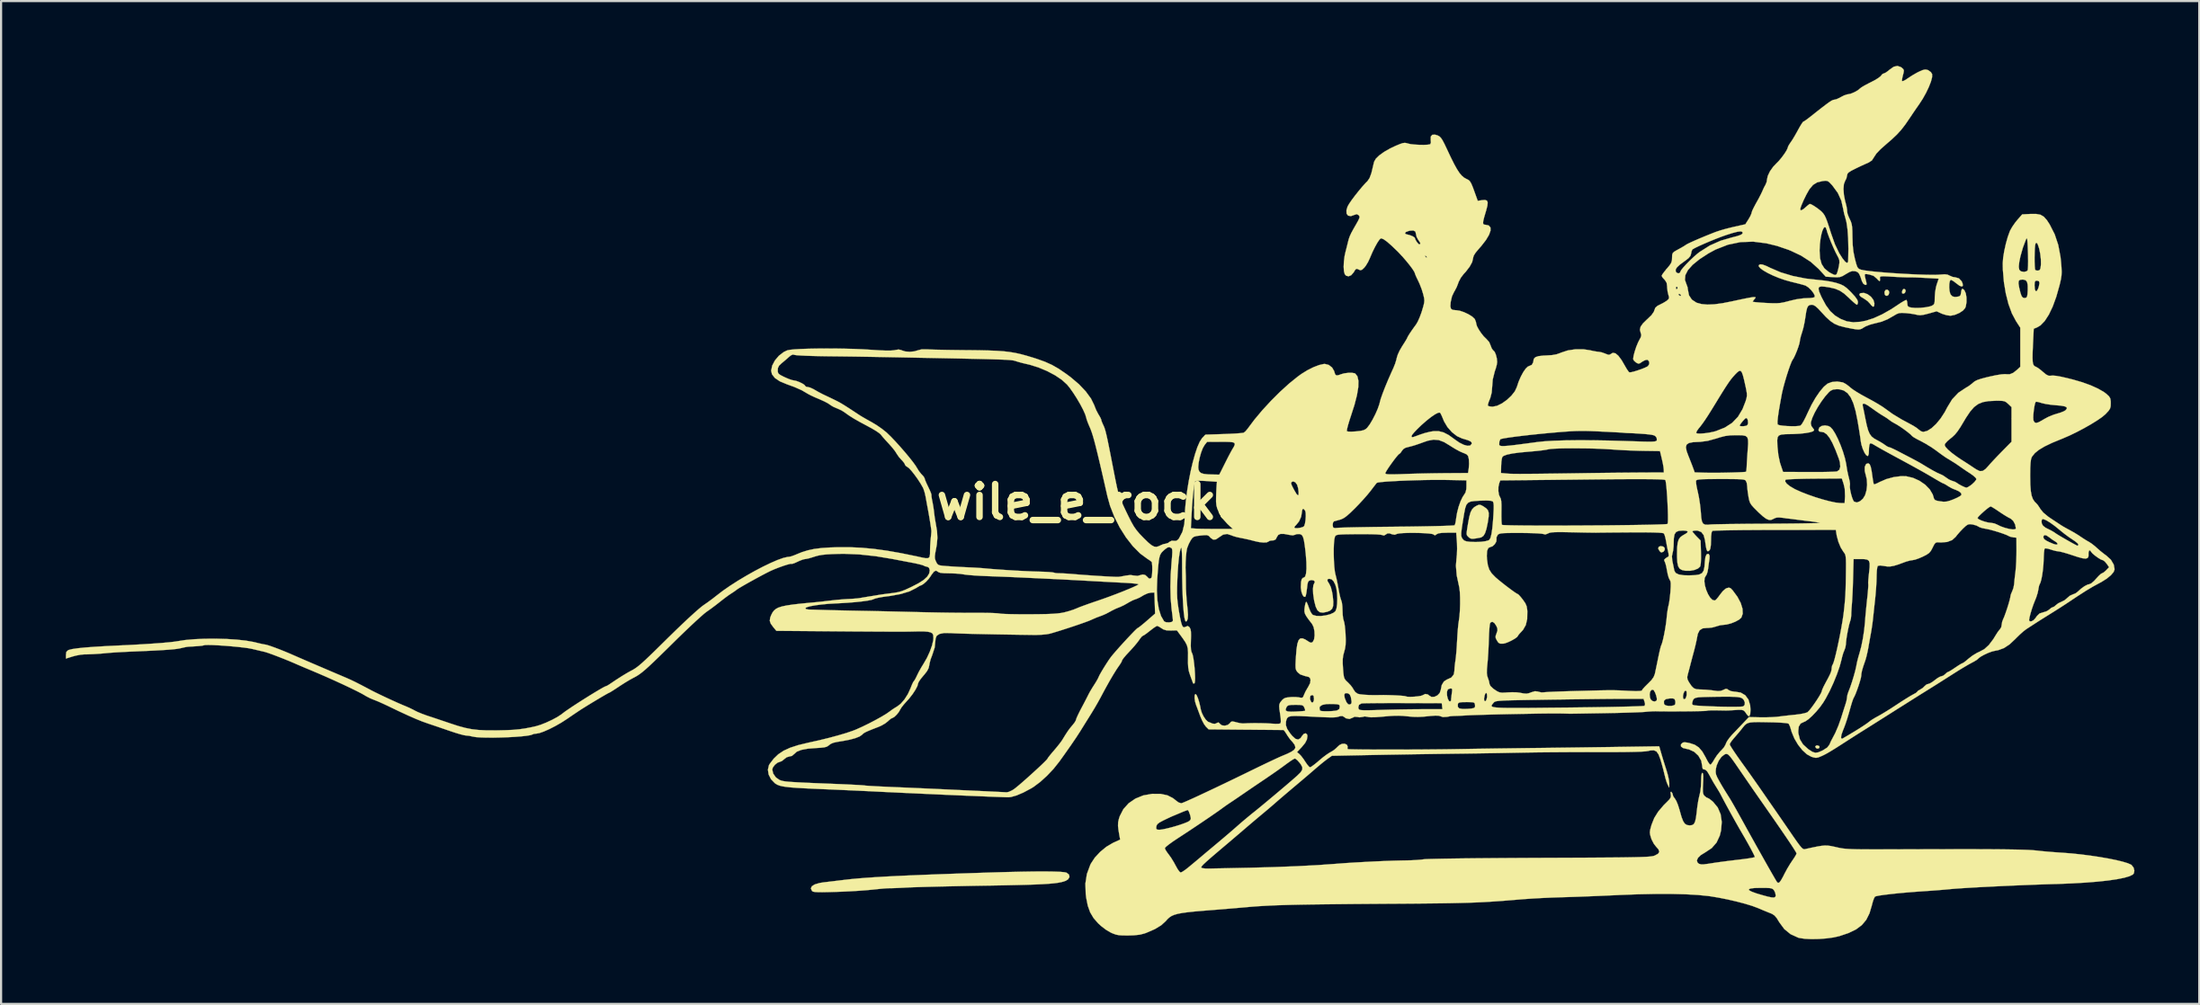
<source format=kicad_pcb>
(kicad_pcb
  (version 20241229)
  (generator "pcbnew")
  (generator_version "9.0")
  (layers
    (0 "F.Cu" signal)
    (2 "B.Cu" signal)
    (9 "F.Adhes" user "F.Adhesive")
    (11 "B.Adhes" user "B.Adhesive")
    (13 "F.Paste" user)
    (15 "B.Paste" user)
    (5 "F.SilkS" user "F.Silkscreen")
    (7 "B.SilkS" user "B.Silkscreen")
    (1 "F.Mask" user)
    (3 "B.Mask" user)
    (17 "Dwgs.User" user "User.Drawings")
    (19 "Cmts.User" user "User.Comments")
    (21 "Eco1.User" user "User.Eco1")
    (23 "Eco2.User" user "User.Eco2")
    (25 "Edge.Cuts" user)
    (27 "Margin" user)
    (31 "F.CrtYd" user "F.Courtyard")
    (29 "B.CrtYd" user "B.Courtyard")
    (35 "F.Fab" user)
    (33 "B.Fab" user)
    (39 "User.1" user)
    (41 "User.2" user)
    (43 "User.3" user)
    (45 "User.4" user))
  (footprint "wile_e_rocket"
    (layer "F.Cu")
    (at 47.909 20.218)
    (property "Reference" "wile_e_rocket" (at 0 0 0) (layer "F.SilkS") (effects (font (size 1.524 1.524) (thickness 0.3))))
    (attr through_hole)
    (fp_poly (pts (xy 33.306 11.309) (xy 33.325 11.354) (xy 33.287 11.418) (xy 33.207 11.426) (xy 33.155 11.396) (xy 33.123 11.324) (xy 33.18 11.282) (xy 33.223 11.278) (xy 33.306 11.309)) (stroke (width 0.01) (type solid)) (fill yes) (layer "F.SilkS"))
    (fp_poly (pts (xy 36.535 -9.785) (xy 36.551 -9.703) (xy 36.519 -9.603) (xy 36.448 -9.556) (xy 36.374 -9.575) (xy 36.342 -9.623) (xy 36.33 -9.741) (xy 36.379 -9.826) (xy 36.462 -9.846) (xy 36.535 -9.785)) (stroke (width 0.01) (type solid)) (fill yes) (layer "F.SilkS"))
    (fp_poly (pts (xy 37.299 -9.845) (xy 37.31 -9.767) (xy 37.273 -9.691) (xy 37.22 -9.661) (xy 37.152 -9.669) (xy 37.142 -9.747) (xy 37.143 -9.762) (xy 37.184 -9.853) (xy 37.236 -9.881) (xy 37.299 -9.845)) (stroke (width 0.01) (type solid)) (fill yes) (layer "F.SilkS"))
    (fp_poly (pts (xy 26.082 2.063) (xy 26.15 2.129) (xy 26.15 2.22) (xy 26.093 2.302) (xy 25.991 2.337) (xy 25.99 2.337) (xy 25.95 2.306) (xy 25.918 2.276) (xy 25.851 2.166) (xy 25.869 2.08) (xy 25.956 2.041) (xy 26.082 2.063)) (stroke (width 0.01) (type solid)) (fill yes) (layer "F.SilkS"))
    (fp_poly (pts (xy 35.55 -9.631) (xy 35.705 -9.515) (xy 35.819 -9.366) (xy 35.865 -9.205) (xy 35.865 -9.199) (xy 35.849 -9.078) (xy 35.8 -9.052) (xy 35.717 -9.122) (xy 35.664 -9.191) (xy 35.546 -9.314) (xy 35.394 -9.421) (xy 35.372 -9.432) (xy 35.225 -9.523) (xy 35.164 -9.604) (xy 35.195 -9.667) (xy 35.226 -9.683) (xy 35.382 -9.693) (xy 35.55 -9.631)) (stroke (width 0.01) (type solid)) (fill yes) (layer "F.SilkS"))
    (fp_poly (pts (xy 17.617 0.131) (xy 17.725 0.185) (xy 17.758 0.205) (xy 17.886 0.294) (xy 17.965 0.385) (xy 18 0.501) (xy 17.997 0.665) (xy 17.963 0.9) (xy 17.955 0.948) (xy 17.895 1.239) (xy 17.83 1.441) (xy 17.753 1.568) (xy 17.657 1.635) (xy 17.614 1.647) (xy 17.4 1.687) (xy 17.259 1.703) (xy 17.168 1.693) (xy 17.102 1.656) (xy 17.068 1.625) (xy 17.019 1.577) (xy 16.989 1.536) (xy 16.976 1.48) (xy 16.98 1.391) (xy 17 1.246) (xy 17.036 1.026) (xy 17.046 0.966) (xy 17.099 0.682) (xy 17.156 0.48) (xy 17.227 0.34) (xy 17.322 0.241) (xy 17.427 0.176) (xy 17.534 0.129) (xy 17.617 0.131)) (stroke (width 0.01) (type solid)) (fill yes) (layer "F.SilkS"))
    (fp_poly (pts (xy -2.156 17.126) (xy -1.853 17.137) (xy -1.65 17.156) (xy -1.552 17.179) (xy -1.441 17.268) (xy -1.42 17.378) (xy -1.485 17.485) (xy -1.59 17.551) (xy -1.69 17.587) (xy -1.81 17.618) (xy -1.958 17.646) (xy -2.142 17.67) (xy -2.369 17.69) (xy -2.649 17.708) (xy -2.987 17.724) (xy -3.393 17.738) (xy -3.875 17.75) (xy -4.44 17.762) (xy -5.097 17.774) (xy -5.309 17.777) (xy -5.866 17.786) (xy -6.415 17.797) (xy -6.944 17.808) (xy -7.44 17.819) (xy -7.89 17.83) (xy -8.282 17.841) (xy -8.604 17.851) (xy -8.842 17.86) (xy -8.915 17.864) (xy -9.191 17.878) (xy -9.436 17.889) (xy -9.63 17.896) (xy -9.753 17.898) (xy -9.779 17.898) (xy -9.866 17.9) (xy -10.032 17.912) (xy -10.253 17.933) (xy -10.506 17.959) (xy -10.541 17.963) (xy -10.81 17.988) (xy -11.15 18.014) (xy -11.53 18.037) (xy -11.919 18.056) (xy -12.244 18.067) (xy -12.602 18.077) (xy -12.872 18.082) (xy -13.066 18.08) (xy -13.199 18.073) (xy -13.283 18.059) (xy -13.332 18.038) (xy -13.349 18.022) (xy -13.399 17.907) (xy -13.353 17.805) (xy -13.216 17.72) (xy -12.993 17.655) (xy -12.805 17.625) (xy -12.622 17.604) (xy -12.371 17.574) (xy -12.086 17.539) (xy -11.807 17.506) (xy -11.522 17.474) (xy -11.199 17.444) (xy -10.833 17.415) (xy -10.416 17.387) (xy -9.943 17.359) (xy -9.407 17.331) (xy -8.803 17.304) (xy -8.125 17.276) (xy -7.366 17.247) (xy -6.52 17.217) (xy -5.582 17.186) (xy -5.131 17.171) (xy -4.345 17.148) (xy -3.653 17.132) (xy -3.057 17.123) (xy -2.558 17.121) (xy -2.156 17.126)) (stroke (width 0.01) (type solid)) (fill yes) (layer "F.SilkS"))
    (fp_poly (pts (xy 37.094 -20.157) (xy 37.138 -20.124) (xy 37.206 -20.06) (xy 37.229 -19.993) (xy 37.213 -19.886) (xy 37.189 -19.798) (xy 37.154 -19.649) (xy 37.14 -19.539) (xy 37.142 -19.511) (xy 37.188 -19.509) (xy 37.292 -19.559) (xy 37.414 -19.64) (xy 37.61 -19.769) (xy 37.828 -19.895) (xy 37.938 -19.95) (xy 38.1 -20.02) (xy 38.21 -20.046) (xy 38.304 -20.034) (xy 38.357 -20.014) (xy 38.482 -19.926) (xy 38.539 -19.829) (xy 38.536 -19.69) (xy 38.483 -19.487) (xy 38.387 -19.241) (xy 38.258 -18.969) (xy 38.104 -18.693) (xy 37.933 -18.43) (xy 37.922 -18.415) (xy 37.802 -18.243) (xy 37.657 -18.031) (xy 37.516 -17.82) (xy 37.506 -17.805) (xy 37.297 -17.5) (xy 37.104 -17.25) (xy 36.9 -17.027) (xy 36.658 -16.799) (xy 36.424 -16.597) (xy 36.146 -16.351) (xy 35.956 -16.152) (xy 35.855 -15.998) (xy 35.855 -15.998) (xy 35.747 -15.832) (xy 35.584 -15.728) (xy 35.576 -15.725) (xy 35.437 -15.665) (xy 35.244 -15.577) (xy 35.035 -15.477) (xy 34.992 -15.456) (xy 34.797 -15.357) (xy 34.679 -15.282) (xy 34.618 -15.217) (xy 34.599 -15.148) (xy 34.598 -15.137) (xy 34.566 -14.999) (xy 34.507 -14.883) (xy 34.45 -14.733) (xy 34.432 -14.512) (xy 34.45 -14.246) (xy 34.505 -13.958) (xy 34.53 -13.868) (xy 34.573 -13.694) (xy 34.598 -13.545) (xy 34.6 -13.48) (xy 34.616 -13.373) (xy 34.67 -13.222) (xy 34.716 -13.124) (xy 34.772 -13.004) (xy 34.809 -12.889) (xy 34.831 -12.751) (xy 34.842 -12.565) (xy 34.846 -12.305) (xy 34.846 -12.294) (xy 34.858 -11.919) (xy 34.892 -11.601) (xy 34.955 -11.295) (xy 34.963 -11.264) (xy 35.018 -11.052) (xy 35.063 -10.918) (xy 35.108 -10.84) (xy 35.167 -10.797) (xy 35.251 -10.767) (xy 35.255 -10.766) (xy 35.403 -10.736) (xy 35.636 -10.704) (xy 35.937 -10.673) (xy 36.29 -10.642) (xy 36.677 -10.612) (xy 37.082 -10.586) (xy 37.488 -10.564) (xy 37.878 -10.546) (xy 38.236 -10.535) (xy 38.544 -10.53) (xy 38.787 -10.533) (xy 38.924 -10.542) (xy 39.12 -10.556) (xy 39.253 -10.539) (xy 39.344 -10.495) (xy 39.491 -10.433) (xy 39.614 -10.414) (xy 39.78 -10.367) (xy 39.904 -10.235) (xy 39.95 -10.126) (xy 39.96 -10.02) (xy 39.909 -9.988) (xy 39.802 -10.029) (xy 39.664 -10.132) (xy 39.537 -10.23) (xy 39.437 -10.288) (xy 39.398 -10.297) (xy 39.356 -10.235) (xy 39.333 -10.107) (xy 39.329 -9.945) (xy 39.344 -9.782) (xy 39.379 -9.651) (xy 39.396 -9.619) (xy 39.475 -9.533) (xy 39.582 -9.506) (xy 39.665 -9.509) (xy 39.793 -9.532) (xy 39.852 -9.584) (xy 39.868 -9.652) (xy 39.894 -9.814) (xy 39.929 -9.883) (xy 39.982 -9.867) (xy 40.034 -9.811) (xy 40.096 -9.676) (xy 40.129 -9.481) (xy 40.13 -9.267) (xy 40.098 -9.073) (xy 40.068 -8.992) (xy 39.966 -8.875) (xy 39.8 -8.765) (xy 39.603 -8.68) (xy 39.412 -8.639) (xy 39.372 -8.637) (xy 39.212 -8.66) (xy 39.028 -8.715) (xy 38.969 -8.739) (xy 38.746 -8.841) (xy 38.37 -8.735) (xy 38.145 -8.679) (xy 37.985 -8.659) (xy 37.861 -8.671) (xy 37.831 -8.679) (xy 37.693 -8.709) (xy 37.5 -8.738) (xy 37.331 -8.756) (xy 37.14 -8.767) (xy 37.008 -8.756) (xy 36.893 -8.713) (xy 36.758 -8.633) (xy 36.471 -8.47) (xy 36.196 -8.359) (xy 35.879 -8.279) (xy 35.861 -8.276) (xy 35.659 -8.221) (xy 35.47 -8.147) (xy 35.374 -8.094) (xy 35.292 -8.041) (xy 35.215 -8.009) (xy 35.124 -7.997) (xy 34.999 -8.006) (xy 34.82 -8.036) (xy 34.569 -8.087) (xy 34.468 -8.109) (xy 34.22 -8.174) (xy 34.013 -8.263) (xy 33.82 -8.393) (xy 33.617 -8.579) (xy 33.427 -8.784) (xy 33.259 -8.965) (xy 33.135 -9.076) (xy 33.039 -9.131) (xy 32.968 -9.144) (xy 32.868 -9.133) (xy 32.796 -9.087) (xy 32.746 -8.991) (xy 32.706 -8.827) (xy 32.669 -8.581) (xy 32.629 -8.335) (xy 32.576 -8.086) (xy 32.519 -7.882) (xy 32.511 -7.859) (xy 32.456 -7.684) (xy 32.42 -7.532) (xy 32.41 -7.46) (xy 32.39 -7.35) (xy 32.338 -7.182) (xy 32.267 -6.989) (xy 32.189 -6.804) (xy 32.118 -6.659) (xy 32.081 -6.604) (xy 32.031 -6.512) (xy 31.964 -6.344) (xy 31.885 -6.119) (xy 31.801 -5.86) (xy 31.72 -5.588) (xy 31.648 -5.325) (xy 31.592 -5.091) (xy 31.574 -5.004) (xy 31.492 -4.553) (xy 31.431 -4.196) (xy 31.393 -3.926) (xy 31.375 -3.738) (xy 31.377 -3.627) (xy 31.391 -3.59) (xy 31.468 -3.561) (xy 31.618 -3.539) (xy 31.811 -3.522) (xy 32.02 -3.515) (xy 32.216 -3.516) (xy 32.369 -3.528) (xy 32.444 -3.547) (xy 32.502 -3.613) (xy 32.587 -3.753) (xy 32.687 -3.949) (xy 32.784 -4.159) (xy 32.953 -4.51) (xy 33.14 -4.836) (xy 33.334 -5.119) (xy 33.521 -5.342) (xy 33.691 -5.485) (xy 33.697 -5.49) (xy 33.9 -5.565) (xy 34.143 -5.586) (xy 34.382 -5.549) (xy 34.426 -5.534) (xy 34.551 -5.465) (xy 34.696 -5.356) (xy 34.747 -5.31) (xy 34.86 -5.222) (xy 35.041 -5.104) (xy 35.265 -4.971) (xy 35.508 -4.838) (xy 35.535 -4.824) (xy 35.785 -4.689) (xy 36.024 -4.551) (xy 36.226 -4.426) (xy 36.365 -4.329) (xy 36.371 -4.324) (xy 36.71 -4.08) (xy 37.131 -3.825) (xy 37.49 -3.633) (xy 37.67 -3.534) (xy 37.823 -3.436) (xy 37.917 -3.359) (xy 37.917 -3.358) (xy 38.029 -3.278) (xy 38.13 -3.251) (xy 38.31 -3.297) (xy 38.512 -3.424) (xy 38.724 -3.621) (xy 38.932 -3.874) (xy 39.124 -4.17) (xy 39.24 -4.391) (xy 39.465 -4.761) (xy 39.753 -5.065) (xy 40.075 -5.28) (xy 40.242 -5.381) (xy 40.397 -5.5) (xy 40.426 -5.527) (xy 40.511 -5.595) (xy 40.627 -5.654) (xy 40.794 -5.711) (xy 41.03 -5.774) (xy 41.189 -5.812) (xy 41.492 -5.877) (xy 41.737 -5.917) (xy 41.91 -5.93) (xy 41.965 -5.925) (xy 42.131 -5.922) (xy 42.295 -5.989) (xy 42.48 -6.136) (xy 42.481 -6.137) (xy 42.621 -6.267) (xy 42.621 -8.082) (xy 42.42 -8.392) (xy 42.233 -8.744) (xy 42.075 -9.177) (xy 41.95 -9.67) (xy 41.872 -10.142) (xy 42.538 -10.142) (xy 42.566 -9.96) (xy 42.575 -9.918) (xy 42.63 -9.691) (xy 42.681 -9.548) (xy 42.739 -9.476) (xy 42.812 -9.456) (xy 42.841 -9.458) (xy 42.9 -9.477) (xy 42.935 -9.526) (xy 42.955 -9.63) (xy 42.966 -9.812) (xy 42.967 -9.822) (xy 42.966 -10.041) (xy 43.282 -10.041) (xy 43.296 -9.859) (xy 43.334 -9.771) (xy 43.387 -9.78) (xy 43.447 -9.887) (xy 43.481 -9.992) (xy 43.511 -10.148) (xy 43.488 -10.232) (xy 43.405 -10.261) (xy 43.38 -10.262) (xy 43.317 -10.245) (xy 43.288 -10.178) (xy 43.282 -10.041) (xy 42.966 -10.041) (xy 42.966 -10.054) (xy 42.935 -10.202) (xy 42.867 -10.283) (xy 42.752 -10.312) (xy 42.72 -10.312) (xy 42.608 -10.3) (xy 42.55 -10.249) (xy 42.538 -10.142) (xy 41.872 -10.142) (xy 41.862 -10.204) (xy 41.815 -10.762) (xy 41.812 -10.904) (xy 42.551 -10.904) (xy 42.574 -10.765) (xy 42.651 -10.692) (xy 42.787 -10.668) (xy 42.802 -10.668) (xy 42.912 -10.695) (xy 42.959 -10.732) (xy 42.973 -10.802) (xy 42.982 -10.955) (xy 42.985 -11.171) (xy 42.982 -11.339) (xy 43.283 -11.339) (xy 43.284 -11.123) (xy 43.291 -10.936) (xy 43.303 -10.803) (xy 43.318 -10.751) (xy 43.392 -10.727) (xy 43.457 -10.729) (xy 43.519 -10.754) (xy 43.554 -10.821) (xy 43.573 -10.956) (xy 43.578 -11.024) (xy 43.575 -11.251) (xy 43.546 -11.505) (xy 43.497 -11.744) (xy 43.436 -11.93) (xy 43.423 -11.958) (xy 43.376 -12.02) (xy 43.334 -11.992) (xy 43.328 -11.983) (xy 43.31 -11.906) (xy 43.296 -11.756) (xy 43.287 -11.559) (xy 43.283 -11.339) (xy 42.982 -11.339) (xy 42.981 -11.429) (xy 42.977 -11.557) (xy 42.966 -11.847) (xy 42.955 -12.046) (xy 42.944 -12.167) (xy 42.929 -12.22) (xy 42.91 -12.218) (xy 42.885 -12.171) (xy 42.883 -12.167) (xy 42.741 -11.788) (xy 42.626 -11.383) (xy 42.573 -11.122) (xy 42.551 -10.904) (xy 41.812 -10.904) (xy 41.809 -11.067) (xy 41.828 -11.325) (xy 41.879 -11.638) (xy 41.953 -11.972) (xy 42.041 -12.287) (xy 42.136 -12.548) (xy 42.159 -12.598) (xy 42.254 -12.764) (xy 42.387 -12.954) (xy 42.489 -13.08) (xy 42.71 -13.332) (xy 43.09 -13.352) (xy 43.357 -13.353) (xy 43.555 -13.316) (xy 43.711 -13.225) (xy 43.853 -13.066) (xy 43.982 -12.868) (xy 44.215 -12.41) (xy 44.38 -11.915) (xy 44.484 -11.361) (xy 44.508 -11.133) (xy 44.53 -10.869) (xy 44.538 -10.671) (xy 44.531 -10.506) (xy 44.506 -10.338) (xy 44.46 -10.135) (xy 44.435 -10.033) (xy 44.288 -9.513) (xy 44.124 -9.062) (xy 43.944 -8.686) (xy 43.755 -8.393) (xy 43.558 -8.189) (xy 43.41 -8.1) (xy 43.244 -8.031) (xy 43.207 -7.27) (xy 43.193 -6.935) (xy 43.189 -6.687) (xy 43.196 -6.512) (xy 43.217 -6.396) (xy 43.254 -6.324) (xy 43.308 -6.284) (xy 43.342 -6.271) (xy 43.437 -6.218) (xy 43.57 -6.119) (xy 43.67 -6.033) (xy 43.819 -5.91) (xy 43.933 -5.855) (xy 44.015 -5.854) (xy 44.129 -5.862) (xy 44.286 -5.849) (xy 44.501 -5.811) (xy 44.787 -5.746) (xy 45.085 -5.671) (xy 45.498 -5.55) (xy 45.883 -5.41) (xy 46.219 -5.258) (xy 46.488 -5.105) (xy 46.609 -5.014) (xy 46.73 -4.901) (xy 46.79 -4.804) (xy 46.81 -4.679) (xy 46.812 -4.581) (xy 46.807 -4.437) (xy 46.779 -4.332) (xy 46.713 -4.23) (xy 46.592 -4.099) (xy 46.562 -4.068) (xy 46.408 -3.938) (xy 46.179 -3.78) (xy 45.895 -3.605) (xy 45.575 -3.423) (xy 45.238 -3.245) (xy 44.903 -3.083) (xy 44.59 -2.947) (xy 44.526 -2.921) (xy 44.092 -2.743) (xy 43.749 -2.578) (xy 43.488 -2.422) (xy 43.298 -2.269) (xy 43.173 -2.114) (xy 43.149 -2.073) (xy 43.118 -1.976) (xy 43.097 -1.818) (xy 43.084 -1.588) (xy 43.08 -1.271) (xy 43.08 -1.184) (xy 43.086 -0.806) (xy 43.108 -0.515) (xy 43.147 -0.295) (xy 43.208 -0.132) (xy 43.293 -0.009) (xy 43.35 0.045) (xy 43.428 0.132) (xy 43.519 0.266) (xy 43.546 0.313) (xy 43.685 0.486) (xy 43.91 0.674) (xy 44.016 0.747) (xy 44.2 0.869) (xy 44.367 0.979) (xy 44.486 1.058) (xy 44.504 1.07) (xy 44.622 1.142) (xy 44.788 1.235) (xy 44.911 1.301) (xy 45.111 1.412) (xy 45.318 1.539) (xy 45.415 1.605) (xy 45.578 1.713) (xy 45.735 1.809) (xy 45.799 1.844) (xy 45.926 1.926) (xy 46.079 2.046) (xy 46.158 2.117) (xy 46.326 2.265) (xy 46.519 2.418) (xy 46.603 2.478) (xy 46.818 2.673) (xy 46.95 2.899) (xy 46.99 3.117) (xy 46.945 3.242) (xy 46.819 3.39) (xy 46.628 3.548) (xy 46.385 3.702) (xy 46.269 3.764) (xy 45.992 3.914) (xy 45.662 4.112) (xy 45.271 4.363) (xy 44.891 4.617) (xy 44.694 4.747) (xy 44.449 4.906) (xy 44.193 5.068) (xy 44.052 5.156) (xy 43.827 5.297) (xy 43.608 5.434) (xy 43.425 5.55) (xy 43.332 5.61) (xy 43.152 5.727) (xy 42.965 5.848) (xy 42.902 5.889) (xy 42.77 5.989) (xy 42.602 6.138) (xy 42.431 6.305) (xy 42.398 6.34) (xy 42.127 6.595) (xy 41.868 6.766) (xy 41.6 6.865) (xy 41.453 6.892) (xy 41.302 6.929) (xy 41.118 6.998) (xy 40.932 7.085) (xy 40.773 7.175) (xy 40.674 7.254) (xy 40.663 7.268) (xy 40.604 7.316) (xy 40.483 7.39) (xy 40.37 7.45) (xy 40.223 7.53) (xy 40.018 7.65) (xy 39.783 7.792) (xy 39.548 7.94) (xy 39.143 8.198) (xy 38.793 8.42) (xy 38.467 8.625) (xy 38.135 8.832) (xy 38.115 8.844) (xy 37.988 8.923) (xy 37.792 9.047) (xy 37.542 9.204) (xy 37.255 9.386) (xy 36.946 9.58) (xy 36.754 9.702) (xy 36.438 9.902) (xy 36.13 10.096) (xy 35.849 10.274) (xy 35.609 10.425) (xy 35.429 10.538) (xy 35.357 10.583) (xy 35.154 10.711) (xy 34.911 10.865) (xy 34.674 11.017) (xy 34.62 11.052) (xy 34.295 11.261) (xy 34.041 11.423) (xy 33.842 11.545) (xy 33.686 11.637) (xy 33.558 11.706) (xy 33.444 11.761) (xy 33.41 11.776) (xy 33.261 11.837) (xy 33.154 11.855) (xy 33.037 11.833) (xy 32.94 11.802) (xy 32.733 11.688) (xy 32.524 11.495) (xy 32.326 11.244) (xy 32.157 10.958) (xy 32.032 10.657) (xy 32.024 10.63) (xy 32.336 10.63) (xy 32.344 10.727) (xy 32.413 10.998) (xy 32.557 11.231) (xy 32.789 11.444) (xy 32.837 11.478) (xy 32.997 11.579) (xy 33.127 11.619) (xy 33.263 11.6) (xy 33.441 11.524) (xy 33.481 11.504) (xy 33.681 11.376) (xy 33.782 11.242) (xy 33.784 11.238) (xy 33.851 11.084) (xy 33.91 10.973) (xy 33.94 10.916) (xy 34.318 10.916) (xy 34.352 10.972) (xy 34.363 10.973) (xy 34.41 10.948) (xy 34.526 10.88) (xy 34.696 10.78) (xy 34.902 10.656) (xy 34.931 10.639) (xy 35.155 10.501) (xy 35.357 10.37) (xy 35.516 10.262) (xy 35.61 10.191) (xy 35.611 10.19) (xy 35.727 10.103) (xy 35.893 10.001) (xy 36.017 9.933) (xy 36.166 9.85) (xy 36.373 9.726) (xy 36.612 9.577) (xy 36.857 9.417) (xy 36.889 9.396) (xy 37.121 9.243) (xy 37.34 9.105) (xy 37.522 8.993) (xy 37.647 8.923) (xy 37.664 8.914) (xy 37.779 8.851) (xy 37.842 8.8) (xy 37.846 8.791) (xy 37.887 8.746) (xy 37.984 8.691) (xy 38.11 8.611) (xy 38.19 8.531) (xy 38.281 8.453) (xy 38.352 8.433) (xy 38.442 8.402) (xy 38.572 8.322) (xy 38.659 8.255) (xy 38.794 8.155) (xy 38.911 8.09) (xy 38.961 8.077) (xy 39.06 8.042) (xy 39.141 7.976) (xy 39.224 7.9) (xy 39.276 7.874) (xy 39.336 7.847) (xy 39.454 7.776) (xy 39.604 7.676) (xy 39.611 7.671) (xy 39.762 7.57) (xy 39.882 7.497) (xy 39.946 7.468) (xy 39.947 7.468) (xy 40.004 7.436) (xy 40.112 7.354) (xy 40.231 7.252) (xy 40.411 7.114) (xy 40.613 6.992) (xy 40.732 6.937) (xy 40.957 6.816) (xy 41.165 6.626) (xy 41.37 6.355) (xy 41.472 6.189) (xy 41.564 6.043) (xy 41.648 5.929) (xy 41.684 5.891) (xy 41.74 5.796) (xy 41.758 5.696) (xy 41.782 5.55) (xy 41.809 5.481) (xy 43.028 5.481) (xy 43.064 5.531) (xy 43.149 5.524) (xy 43.237 5.474) (xy 43.32 5.384) (xy 43.396 5.278) (xy 43.514 5.164) (xy 43.676 5.113) (xy 43.83 5.066) (xy 43.953 4.993) (xy 43.967 4.979) (xy 44.056 4.903) (xy 44.12 4.877) (xy 44.197 4.842) (xy 44.27 4.777) (xy 44.382 4.691) (xy 44.528 4.622) (xy 44.532 4.621) (xy 44.679 4.547) (xy 44.796 4.446) (xy 44.797 4.444) (xy 44.918 4.342) (xy 45.039 4.288) (xy 45.179 4.231) (xy 45.274 4.162) (xy 45.433 4.018) (xy 45.598 3.899) (xy 45.742 3.825) (xy 45.811 3.81) (xy 45.909 3.769) (xy 46.042 3.654) (xy 46.131 3.556) (xy 46.25 3.426) (xy 46.349 3.334) (xy 46.404 3.302) (xy 46.475 3.268) (xy 46.575 3.184) (xy 46.599 3.16) (xy 46.734 3.019) (xy 46.621 2.856) (xy 46.532 2.752) (xy 46.453 2.696) (xy 46.44 2.693) (xy 46.354 2.662) (xy 46.226 2.585) (xy 46.088 2.485) (xy 45.97 2.386) (xy 45.905 2.31) (xy 45.902 2.305) (xy 45.853 2.237) (xy 45.806 2.254) (xy 45.782 2.343) (xy 45.783 2.393) (xy 45.781 2.516) (xy 45.742 2.592) (xy 45.655 2.621) (xy 45.507 2.606) (xy 45.287 2.547) (xy 45.067 2.475) (xy 44.834 2.399) (xy 44.626 2.338) (xy 44.469 2.298) (xy 44.392 2.286) (xy 44.273 2.269) (xy 44.11 2.226) (xy 44.032 2.2) (xy 43.887 2.158) (xy 43.782 2.145) (xy 43.753 2.154) (xy 43.734 2.219) (xy 43.718 2.36) (xy 43.708 2.55) (xy 43.706 2.621) (xy 43.694 2.88) (xy 43.669 3.147) (xy 43.634 3.397) (xy 43.592 3.606) (xy 43.549 3.751) (xy 43.526 3.793) (xy 43.491 3.88) (xy 43.463 4.019) (xy 43.459 4.053) (xy 43.426 4.211) (xy 43.364 4.409) (xy 43.309 4.547) (xy 43.234 4.735) (xy 43.159 4.952) (xy 43.094 5.168) (xy 43.047 5.353) (xy 43.028 5.476) (xy 43.028 5.481) (xy 41.809 5.481) (xy 41.83 5.425) (xy 41.881 5.308) (xy 41.945 5.132) (xy 42.015 4.925) (xy 42.08 4.717) (xy 42.131 4.534) (xy 42.161 4.406) (xy 42.164 4.373) (xy 42.187 4.274) (xy 42.242 4.145) (xy 42.245 4.14) (xy 42.303 3.984) (xy 42.337 3.804) (xy 42.338 3.785) (xy 42.352 3.626) (xy 42.375 3.416) (xy 42.399 3.226) (xy 42.418 3.025) (xy 42.434 2.761) (xy 42.443 2.472) (xy 42.445 2.261) (xy 42.443 1.651) (xy 42.291 1.634) (xy 42.264 1.628) (xy 43.688 1.628) (xy 43.719 1.708) (xy 43.821 1.786) (xy 43.955 1.854) (xy 44.155 1.939) (xy 44.28 1.974) (xy 44.339 1.962) (xy 44.348 1.932) (xy 44.308 1.874) (xy 44.234 1.823) (xy 44.115 1.748) (xy 43.983 1.649) (xy 43.976 1.643) (xy 43.834 1.548) (xy 43.736 1.532) (xy 43.69 1.597) (xy 43.688 1.628) (xy 42.264 1.628) (xy 42.165 1.609) (xy 42.088 1.577) (xy 41.997 1.53) (xy 41.836 1.468) (xy 41.632 1.399) (xy 41.413 1.333) (xy 41.207 1.277) (xy 41.042 1.242) (xy 41.011 1.237) (xy 40.849 1.205) (xy 40.723 1.16) (xy 40.689 1.139) (xy 40.591 1.088) (xy 40.443 1.046) (xy 40.404 1.038) (xy 40.284 1.025) (xy 40.193 1.043) (xy 40.1 1.105) (xy 39.97 1.226) (xy 39.97 1.226) (xy 39.826 1.376) (xy 39.695 1.528) (xy 39.63 1.612) (xy 39.467 1.761) (xy 39.234 1.85) (xy 38.946 1.873) (xy 38.896 1.87) (xy 38.774 1.865) (xy 38.698 1.888) (xy 38.638 1.96) (xy 38.566 2.1) (xy 38.56 2.115) (xy 38.483 2.258) (xy 38.4 2.358) (xy 38.281 2.441) (xy 38.098 2.534) (xy 37.913 2.613) (xy 37.747 2.67) (xy 37.635 2.692) (xy 37.633 2.692) (xy 37.51 2.711) (xy 37.344 2.757) (xy 37.256 2.788) (xy 36.978 2.891) (xy 36.768 2.955) (xy 36.601 2.985) (xy 36.453 2.985) (xy 36.32 2.965) (xy 36.131 2.939) (xy 36.028 2.958) (xy 36.018 2.966) (xy 35.995 3.037) (xy 35.976 3.184) (xy 35.967 3.377) (xy 35.966 3.452) (xy 35.96 3.68) (xy 35.943 3.97) (xy 35.918 4.282) (xy 35.892 4.547) (xy 35.861 4.822) (xy 35.833 5.085) (xy 35.809 5.308) (xy 35.793 5.459) (xy 35.793 5.461) (xy 35.768 5.661) (xy 35.733 5.894) (xy 35.712 6.02) (xy 35.674 6.227) (xy 35.629 6.481) (xy 35.586 6.726) (xy 35.586 6.731) (xy 35.542 6.955) (xy 35.492 7.168) (xy 35.447 7.327) (xy 35.442 7.341) (xy 35.348 7.615) (xy 35.289 7.815) (xy 35.26 7.963) (xy 35.255 8.041) (xy 35.238 8.146) (xy 35.192 8.315) (xy 35.128 8.518) (xy 35.055 8.725) (xy 34.985 8.907) (xy 34.927 9.033) (xy 34.91 9.061) (xy 34.875 9.137) (xy 34.826 9.28) (xy 34.775 9.449) (xy 34.678 9.794) (xy 34.596 10.066) (xy 34.521 10.291) (xy 34.445 10.493) (xy 34.409 10.581) (xy 34.337 10.783) (xy 34.318 10.916) (xy 33.94 10.916) (xy 34.053 10.7) (xy 34.197 10.363) (xy 34.327 9.995) (xy 34.338 9.957) (xy 34.406 9.741) (xy 34.472 9.533) (xy 34.523 9.377) (xy 34.525 9.371) (xy 34.57 9.214) (xy 34.594 9.08) (xy 34.595 9.055) (xy 34.615 8.932) (xy 34.664 8.786) (xy 34.668 8.777) (xy 34.743 8.584) (xy 34.826 8.337) (xy 34.908 8.069) (xy 34.977 7.817) (xy 35.023 7.615) (xy 35.031 7.569) (xy 35.065 7.401) (xy 35.12 7.185) (xy 35.179 6.985) (xy 35.257 6.692) (xy 35.329 6.335) (xy 35.388 5.95) (xy 35.427 5.576) (xy 35.435 5.469) (xy 35.446 5.318) (xy 35.467 5.095) (xy 35.493 4.828) (xy 35.522 4.548) (xy 35.525 4.521) (xy 35.552 4.268) (xy 35.571 4.051) (xy 35.581 3.891) (xy 35.581 3.808) (xy 35.58 3.801) (xy 35.576 3.738) (xy 35.584 3.599) (xy 35.602 3.407) (xy 35.616 3.279) (xy 35.643 3.017) (xy 35.645 2.838) (xy 35.611 2.727) (xy 35.533 2.669) (xy 35.399 2.645) (xy 35.224 2.642) (xy 34.9 2.642) (xy 34.895 2.807) (xy 34.892 2.919) (xy 34.887 3.108) (xy 34.881 3.348) (xy 34.874 3.616) (xy 34.872 3.658) (xy 34.863 3.954) (xy 34.85 4.254) (xy 34.835 4.523) (xy 34.821 4.724) (xy 34.805 4.932) (xy 34.794 5.117) (xy 34.791 5.242) (xy 34.791 5.247) (xy 34.774 5.405) (xy 34.739 5.526) (xy 34.698 5.664) (xy 34.651 5.868) (xy 34.606 6.101) (xy 34.569 6.329) (xy 34.548 6.515) (xy 34.545 6.579) (xy 34.519 6.741) (xy 34.472 6.869) (xy 34.421 6.996) (xy 34.369 7.175) (xy 34.34 7.3) (xy 34.256 7.615) (xy 34.128 7.982) (xy 33.969 8.374) (xy 33.791 8.759) (xy 33.607 9.107) (xy 33.492 9.296) (xy 33.34 9.509) (xy 33.163 9.719) (xy 32.981 9.91) (xy 32.81 10.064) (xy 32.668 10.162) (xy 32.608 10.187) (xy 32.449 10.263) (xy 32.359 10.41) (xy 32.336 10.63) (xy 32.024 10.63) (xy 32.001 10.549) (xy 31.954 10.4) (xy 31.904 10.293) (xy 31.884 10.269) (xy 31.814 10.25) (xy 31.663 10.234) (xy 31.452 10.22) (xy 31.201 10.21) (xy 31.14 10.209) (xy 30.77 10.202) (xy 30.485 10.198) (xy 30.273 10.202) (xy 30.118 10.215) (xy 30.006 10.243) (xy 29.92 10.288) (xy 29.848 10.353) (xy 29.773 10.443) (xy 29.693 10.546) (xy 29.564 10.703) (xy 29.414 10.877) (xy 29.35 10.95) (xy 29.245 11.079) (xy 29.177 11.186) (xy 29.162 11.232) (xy 29.192 11.295) (xy 29.271 11.424) (xy 29.392 11.607) (xy 29.544 11.827) (xy 29.695 12.04) (xy 29.899 12.323) (xy 30.111 12.621) (xy 30.313 12.907) (xy 30.485 13.152) (xy 30.559 13.259) (xy 30.727 13.501) (xy 30.926 13.789) (xy 31.129 14.082) (xy 31.284 14.305) (xy 31.469 14.573) (xy 31.685 14.886) (xy 31.904 15.205) (xy 32.1 15.491) (xy 32.272 15.737) (xy 32.399 15.909) (xy 32.491 16.018) (xy 32.56 16.075) (xy 32.614 16.091) (xy 32.634 16.089) (xy 32.965 16.017) (xy 33.218 15.965) (xy 33.411 15.933) (xy 33.566 15.919) (xy 33.701 15.922) (xy 33.838 15.94) (xy 33.997 15.973) (xy 34.096 15.995) (xy 34.204 16.02) (xy 34.308 16.04) (xy 34.416 16.057) (xy 34.54 16.07) (xy 34.688 16.08) (xy 34.87 16.088) (xy 35.095 16.094) (xy 35.374 16.097) (xy 35.715 16.098) (xy 36.128 16.098) (xy 36.624 16.097) (xy 37.211 16.095) (xy 37.236 16.095) (xy 38.185 16.092) (xy 39.038 16.09) (xy 39.798 16.089) (xy 40.472 16.089) (xy 41.064 16.091) (xy 41.578 16.094) (xy 42.021 16.099) (xy 42.396 16.105) (xy 42.709 16.113) (xy 42.964 16.122) (xy 43.167 16.133) (xy 43.322 16.146) (xy 43.381 16.152) (xy 43.596 16.176) (xy 43.879 16.202) (xy 44.196 16.227) (xy 44.514 16.25) (xy 44.577 16.253) (xy 45 16.286) (xy 45.439 16.332) (xy 45.878 16.388) (xy 46.305 16.452) (xy 46.705 16.522) (xy 47.063 16.594) (xy 47.367 16.668) (xy 47.601 16.739) (xy 47.751 16.805) (xy 47.774 16.821) (xy 47.868 16.94) (xy 47.906 17.083) (xy 47.881 17.21) (xy 47.841 17.259) (xy 47.689 17.338) (xy 47.442 17.411) (xy 47.106 17.479) (xy 46.687 17.54) (xy 46.193 17.593) (xy 45.629 17.638) (xy 45.001 17.674) (xy 44.317 17.701) (xy 44.196 17.704) (xy 43.757 17.717) (xy 43.276 17.734) (xy 42.766 17.754) (xy 42.242 17.776) (xy 41.72 17.8) (xy 41.212 17.825) (xy 40.735 17.849) (xy 40.301 17.874) (xy 39.927 17.897) (xy 39.625 17.918) (xy 39.421 17.935) (xy 39.155 17.96) (xy 38.83 17.987) (xy 38.487 18.013) (xy 38.176 18.034) (xy 37.751 18.064) (xy 37.34 18.097) (xy 36.955 18.132) (xy 36.611 18.169) (xy 36.319 18.204) (xy 36.092 18.237) (xy 35.944 18.267) (xy 35.891 18.288) (xy 35.847 18.363) (xy 35.795 18.506) (xy 35.746 18.689) (xy 35.745 18.695) (xy 35.636 19.062) (xy 35.486 19.362) (xy 35.282 19.606) (xy 35.012 19.807) (xy 34.664 19.975) (xy 34.239 20.118) (xy 33.961 20.18) (xy 33.633 20.224) (xy 33.285 20.25) (xy 32.944 20.256) (xy 32.638 20.241) (xy 32.394 20.204) (xy 32.334 20.188) (xy 31.98 20.027) (xy 31.689 19.789) (xy 31.454 19.469) (xy 31.451 19.463) (xy 31.338 19.279) (xy 31.238 19.163) (xy 31.129 19.09) (xy 31.064 19.062) (xy 30.919 19.004) (xy 30.719 18.922) (xy 30.504 18.831) (xy 30.469 18.816) (xy 30.208 18.719) (xy 29.871 18.616) (xy 29.483 18.514) (xy 29.068 18.418) (xy 28.651 18.335) (xy 28.258 18.27) (xy 28.169 18.258) (xy 27.69 18.21) (xy 27.118 18.178) (xy 26.463 18.162) (xy 25.731 18.162) (xy 24.93 18.178) (xy 24.069 18.21) (xy 23.978 18.215) (xy 23.515 18.236) (xy 23.035 18.257) (xy 22.56 18.276) (xy 22.112 18.293) (xy 21.714 18.306) (xy 21.388 18.316) (xy 21.311 18.318) (xy 20.917 18.331) (xy 20.474 18.351) (xy 20.024 18.376) (xy 19.61 18.404) (xy 19.431 18.419) (xy 19.043 18.451) (xy 18.688 18.48) (xy 18.355 18.504) (xy 18.034 18.525) (xy 17.714 18.543) (xy 17.385 18.558) (xy 17.035 18.571) (xy 16.655 18.581) (xy 16.234 18.59) (xy 15.761 18.597) (xy 15.226 18.603) (xy 14.617 18.609) (xy 13.925 18.614) (xy 13.386 18.617) (xy 12.497 18.623) (xy 11.703 18.629) (xy 10.995 18.636) (xy 10.366 18.643) (xy 9.81 18.65) (xy 9.317 18.658) (xy 8.881 18.667) (xy 8.495 18.678) (xy 8.151 18.689) (xy 7.841 18.703) (xy 7.557 18.718) (xy 7.294 18.734) (xy 7.042 18.753) (xy 6.807 18.773) (xy 6.457 18.804) (xy 6.077 18.836) (xy 5.708 18.867) (xy 5.388 18.893) (xy 5.309 18.899) (xy 4.807 18.939) (xy 4.395 18.974) (xy 4.063 19.009) (xy 3.8 19.045) (xy 3.593 19.084) (xy 3.433 19.13) (xy 3.308 19.184) (xy 3.208 19.25) (xy 3.12 19.33) (xy 3.039 19.422) (xy 2.83 19.613) (xy 2.536 19.792) (xy 2.147 19.961) (xy 2.057 19.994) (xy 1.839 20.05) (xy 1.558 20.08) (xy 1.295 20.088) (xy 1.047 20.086) (xy 0.868 20.074) (xy 0.726 20.045) (xy 0.587 19.995) (xy 0.493 19.953) (xy 0.279 19.828) (xy 0.05 19.654) (xy -0.096 19.521) (xy -0.307 19.277) (xy -0.462 19.015) (xy -0.572 18.709) (xy -0.646 18.338) (xy -0.668 18.159) (xy -0.675 17.943) (xy 30.047 17.943) (xy 30.061 17.992) (xy 30.175 18.055) (xy 30.389 18.134) (xy 30.653 18.213) (xy 30.916 18.285) (xy 31.096 18.323) (xy 31.21 18.33) (xy 31.27 18.305) (xy 31.292 18.248) (xy 31.293 18.223) (xy 31.264 18.092) (xy 31.214 17.995) (xy 31.17 17.944) (xy 31.112 17.911) (xy 31.018 17.892) (xy 30.867 17.884) (xy 30.637 17.882) (xy 30.607 17.882) (xy 30.32 17.888) (xy 30.134 17.909) (xy 30.047 17.943) (xy -0.675 17.943) (xy -0.683 17.679) (xy -0.614 17.239) (xy -0.457 16.815) (xy -0.428 16.756) (xy -0.248 16.482) (xy 0.001 16.213) (xy 0.211 16.041) (xy 2.997 16.041) (xy 3.027 16.118) (xy 3.105 16.239) (xy 3.169 16.324) (xy 3.286 16.486) (xy 3.412 16.691) (xy 3.5 16.853) (xy 3.588 17.011) (xy 3.67 17.125) (xy 3.727 17.17) (xy 3.729 17.17) (xy 3.8 17.14) (xy 3.923 17.059) (xy 4.072 16.945) (xy 4.082 16.937) (xy 4.682 16.937) (xy 4.685 16.945) (xy 4.748 16.97) (xy 4.881 16.985) (xy 5.012 16.987) (xy 5.137 16.985) (xy 5.348 16.98) (xy 5.63 16.975) (xy 5.968 16.968) (xy 6.346 16.96) (xy 6.75 16.952) (xy 6.909 16.949) (xy 8.042 16.919) (xy 9.101 16.878) (xy 10.076 16.827) (xy 10.96 16.764) (xy 11.024 16.759) (xy 11.38 16.732) (xy 11.8 16.706) (xy 12.259 16.68) (xy 12.731 16.656) (xy 13.191 16.636) (xy 13.615 16.621) (xy 13.978 16.612) (xy 14.148 16.609) (xy 14.412 16.603) (xy 14.671 16.589) (xy 14.889 16.571) (xy 14.989 16.557) (xy 15.081 16.55) (xy 15.268 16.543) (xy 15.543 16.536) (xy 15.899 16.529) (xy 16.33 16.522) (xy 16.83 16.515) (xy 17.39 16.509) (xy 18.006 16.504) (xy 18.669 16.499) (xy 19.373 16.495) (xy 20.112 16.491) (xy 20.374 16.49) (xy 21.211 16.487) (xy 21.953 16.484) (xy 22.605 16.481) (xy 23.174 16.477) (xy 23.666 16.474) (xy 24.086 16.47) (xy 24.441 16.465) (xy 24.736 16.46) (xy 24.979 16.454) (xy 25.174 16.447) (xy 25.329 16.44) (xy 25.448 16.431) (xy 25.539 16.42) (xy 25.607 16.409) (xy 25.657 16.396) (xy 25.692 16.383) (xy 25.845 16.3) (xy 25.901 16.208) (xy 25.861 16.095) (xy 25.755 15.976) (xy 25.647 15.837) (xy 25.551 15.653) (xy 25.519 15.567) (xy 25.478 15.425) (xy 25.463 15.315) (xy 25.476 15.198) (xy 25.518 15.038) (xy 25.545 14.947) (xy 25.667 14.642) (xy 25.847 14.352) (xy 26.1 14.053) (xy 26.255 13.899) (xy 26.375 13.775) (xy 26.43 13.682) (xy 26.438 13.59) (xy 26.431 13.548) (xy 26.42 13.445) (xy 26.449 13.427) (xy 26.459 13.432) (xy 26.511 13.509) (xy 26.518 13.551) (xy 26.55 13.645) (xy 26.625 13.748) (xy 26.69 13.854) (xy 26.764 14.034) (xy 26.836 14.263) (xy 26.855 14.333) (xy 26.933 14.606) (xy 27.007 14.793) (xy 27.086 14.909) (xy 27.182 14.969) (xy 27.305 14.986) (xy 27.311 14.986) (xy 27.419 14.973) (xy 27.498 14.924) (xy 27.554 14.823) (xy 27.595 14.655) (xy 27.629 14.406) (xy 27.639 14.308) (xy 27.669 14.065) (xy 27.708 13.827) (xy 27.749 13.636) (xy 27.761 13.594) (xy 27.8 13.415) (xy 27.828 13.184) (xy 27.838 12.95) (xy 27.838 12.946) (xy 27.846 12.715) (xy 27.867 12.583) (xy 27.896 12.548) (xy 27.924 12.584) (xy 27.936 12.7) (xy 27.934 12.904) (xy 27.928 13.037) (xy 27.918 13.27) (xy 27.92 13.424) (xy 27.935 13.522) (xy 27.968 13.587) (xy 27.998 13.621) (xy 28.087 13.693) (xy 28.143 13.716) (xy 28.207 13.748) (xy 28.315 13.829) (xy 28.395 13.898) (xy 28.607 14.156) (xy 28.741 14.469) (xy 28.793 14.825) (xy 28.762 15.213) (xy 28.702 15.458) (xy 28.554 15.779) (xy 28.329 16.038) (xy 28.032 16.234) (xy 27.824 16.362) (xy 27.691 16.492) (xy 27.64 16.613) (xy 27.676 16.717) (xy 27.74 16.766) (xy 27.827 16.79) (xy 27.966 16.79) (xy 28.175 16.764) (xy 28.286 16.746) (xy 28.499 16.713) (xy 28.782 16.674) (xy 29.101 16.632) (xy 29.425 16.593) (xy 29.527 16.581) (xy 29.799 16.548) (xy 30.031 16.516) (xy 30.207 16.486) (xy 30.309 16.462) (xy 30.328 16.451) (xy 30.303 16.385) (xy 30.235 16.247) (xy 30.133 16.052) (xy 30.004 15.818) (xy 29.857 15.558) (xy 29.716 15.316) (xy 29.597 15.111) (xy 29.453 14.856) (xy 29.295 14.574) (xy 29.137 14.288) (xy 28.99 14.018) (xy 28.866 13.787) (xy 28.777 13.618) (xy 28.763 13.589) (xy 28.693 13.46) (xy 28.592 13.292) (xy 28.524 13.183) (xy 28.401 12.982) (xy 28.277 12.76) (xy 28.225 12.662) (xy 28.129 12.499) (xy 28.51 12.499) (xy 28.527 12.62) (xy 28.583 12.758) (xy 28.653 12.888) (xy 28.731 13.027) (xy 28.802 13.15) (xy 28.879 13.278) (xy 28.977 13.437) (xy 29.11 13.649) (xy 29.168 13.741) (xy 29.235 13.853) (xy 29.34 14.035) (xy 29.471 14.267) (xy 29.617 14.53) (xy 29.729 14.732) (xy 29.951 15.135) (xy 30.176 15.539) (xy 30.397 15.936) (xy 30.609 16.314) (xy 30.805 16.663) (xy 30.981 16.974) (xy 31.13 17.235) (xy 31.247 17.437) (xy 31.325 17.568) (xy 31.357 17.617) (xy 31.407 17.652) (xy 31.464 17.626) (xy 31.537 17.532) (xy 31.634 17.359) (xy 31.703 17.221) (xy 31.821 17.001) (xy 31.96 16.77) (xy 32.062 16.616) (xy 32.162 16.468) (xy 32.233 16.348) (xy 32.258 16.286) (xy 32.228 16.222) (xy 32.139 16.077) (xy 31.992 15.851) (xy 31.786 15.545) (xy 31.523 15.16) (xy 31.203 14.697) (xy 30.826 14.156) (xy 30.813 14.137) (xy 30.582 13.806) (xy 30.383 13.52) (xy 30.199 13.255) (xy 30.012 12.983) (xy 29.801 12.676) (xy 29.591 12.37) (xy 29.408 12.103) (xy 29.271 11.911) (xy 29.17 11.782) (xy 29.095 11.707) (xy 29.035 11.675) (xy 28.981 11.675) (xy 28.927 11.695) (xy 28.783 11.806) (xy 28.653 11.987) (xy 28.558 12.205) (xy 28.523 12.354) (xy 28.51 12.499) (xy 28.129 12.499) (xy 28.124 12.49) (xy 28.036 12.406) (xy 27.99 12.395) (xy 27.916 12.371) (xy 27.89 12.282) (xy 27.889 12.241) (xy 27.842 11.985) (xy 27.711 11.756) (xy 27.517 11.575) (xy 27.276 11.464) (xy 27.181 11.444) (xy 27.001 11.4) (xy 26.906 11.331) (xy 26.9 11.244) (xy 26.939 11.19) (xy 26.997 11.146) (xy 27.073 11.133) (xy 27.196 11.149) (xy 27.315 11.174) (xy 27.545 11.25) (xy 27.732 11.375) (xy 27.894 11.565) (xy 28.05 11.838) (xy 28.07 11.88) (xy 28.152 12.034) (xy 28.223 12.139) (xy 28.27 12.175) (xy 28.27 12.175) (xy 28.321 12.125) (xy 28.398 12.013) (xy 28.454 11.916) (xy 28.57 11.739) (xy 28.708 11.571) (xy 28.768 11.512) (xy 28.886 11.382) (xy 28.968 11.245) (xy 28.983 11.2) (xy 29.035 11.09) (xy 29.139 10.94) (xy 29.274 10.782) (xy 29.286 10.77) (xy 29.465 10.583) (xy 29.659 10.379) (xy 29.803 10.228) (xy 30.051 9.966) (xy 30.583 9.978) (xy 30.846 9.978) (xy 31.11 9.97) (xy 31.334 9.955) (xy 31.42 9.945) (xy 31.617 9.92) (xy 31.868 9.891) (xy 32.128 9.863) (xy 32.193 9.857) (xy 32.419 9.829) (xy 32.612 9.791) (xy 32.742 9.752) (xy 32.768 9.737) (xy 32.843 9.663) (xy 32.95 9.529) (xy 33.073 9.36) (xy 33.198 9.176) (xy 33.308 9.002) (xy 33.389 8.86) (xy 33.426 8.772) (xy 33.426 8.765) (xy 33.45 8.688) (xy 33.511 8.552) (xy 33.598 8.385) (xy 33.604 8.374) (xy 33.73 8.14) (xy 33.813 7.973) (xy 33.86 7.852) (xy 33.881 7.757) (xy 33.884 7.703) (xy 33.902 7.591) (xy 33.928 7.541) (xy 33.964 7.462) (xy 34.014 7.3) (xy 34.073 7.071) (xy 34.138 6.792) (xy 34.205 6.48) (xy 34.272 6.151) (xy 34.333 5.823) (xy 34.387 5.512) (xy 34.429 5.234) (xy 34.445 5.105) (xy 34.477 4.813) (xy 34.501 4.562) (xy 34.518 4.326) (xy 34.529 4.073) (xy 34.537 3.776) (xy 34.543 3.429) (xy 34.547 3.093) (xy 34.548 2.843) (xy 34.544 2.663) (xy 34.534 2.537) (xy 34.517 2.451) (xy 34.489 2.388) (xy 34.45 2.332) (xy 34.427 2.303) (xy 34.304 2.105) (xy 34.197 1.846) (xy 34.121 1.565) (xy 34.109 1.496) (xy 34.077 1.291) (xy 31.25 1.293) (xy 30.722 1.294) (xy 30.224 1.297) (xy 29.765 1.3) (xy 29.355 1.305) (xy 29.003 1.311) (xy 28.718 1.317) (xy 28.51 1.324) (xy 28.388 1.331) (xy 28.359 1.336) (xy 28.321 1.416) (xy 28.3 1.593) (xy 28.296 1.771) (xy 28.288 1.992) (xy 28.265 2.152) (xy 28.235 2.225) (xy 28.175 2.275) (xy 28.131 2.278) (xy 28.096 2.223) (xy 28.065 2.096) (xy 28.033 1.886) (xy 28.016 1.762) (xy 27.955 1.532) (xy 27.843 1.388) (xy 27.675 1.325) (xy 27.61 1.321) (xy 27.492 1.33) (xy 27.434 1.352) (xy 27.432 1.357) (xy 27.465 1.41) (xy 27.549 1.509) (xy 27.622 1.588) (xy 27.813 1.783) (xy 27.83 2.334) (xy 27.833 2.611) (xy 27.823 2.827) (xy 27.801 2.964) (xy 27.791 2.991) (xy 27.694 3.08) (xy 27.528 3.148) (xy 27.324 3.186) (xy 27.115 3.185) (xy 27.103 3.183) (xy 26.95 3.15) (xy 26.843 3.087) (xy 26.775 2.978) (xy 26.737 2.808) (xy 26.722 2.56) (xy 26.721 2.41) (xy 26.727 2.109) (xy 26.751 1.891) (xy 26.799 1.736) (xy 26.877 1.626) (xy 26.993 1.542) (xy 27.036 1.519) (xy 27.177 1.434) (xy 27.219 1.372) (xy 27.162 1.335) (xy 27.007 1.321) (xy 26.991 1.321) (xy 26.801 1.335) (xy 26.676 1.39) (xy 26.605 1.501) (xy 26.573 1.685) (xy 26.568 1.859) (xy 26.561 2.065) (xy 26.541 2.249) (xy 26.513 2.372) (xy 26.485 2.512) (xy 26.499 2.696) (xy 26.518 2.794) (xy 26.555 2.97) (xy 26.585 3.119) (xy 26.597 3.179) (xy 26.659 3.286) (xy 26.801 3.356) (xy 27.029 3.393) (xy 27.269 3.399) (xy 27.551 3.389) (xy 27.748 3.359) (xy 27.877 3.295) (xy 27.952 3.183) (xy 27.991 3.008) (xy 28.011 2.757) (xy 28.011 2.754) (xy 28.037 2.547) (xy 28.089 2.427) (xy 28.163 2.399) (xy 28.194 2.413) (xy 28.231 2.493) (xy 28.224 2.635) (xy 28.199 2.799) (xy 28.172 3) (xy 28.162 3.085) (xy 28.132 3.247) (xy 28.088 3.37) (xy 28.061 3.409) (xy 28.001 3.516) (xy 27.988 3.678) (xy 28.016 3.873) (xy 28.075 4.078) (xy 28.159 4.272) (xy 28.258 4.433) (xy 28.365 4.537) (xy 28.472 4.563) (xy 28.475 4.562) (xy 28.537 4.514) (xy 28.63 4.405) (xy 28.711 4.293) (xy 28.841 4.13) (xy 28.97 4.017) (xy 29.025 3.99) (xy 29.126 3.966) (xy 29.204 3.994) (xy 29.297 4.09) (xy 29.304 4.098) (xy 29.52 4.392) (xy 29.672 4.678) (xy 29.754 4.945) (xy 29.764 5.177) (xy 29.701 5.354) (xy 29.597 5.449) (xy 29.426 5.543) (xy 29.221 5.624) (xy 29.016 5.676) (xy 28.884 5.69) (xy 28.719 5.71) (xy 28.545 5.761) (xy 28.531 5.766) (xy 28.359 5.814) (xy 28.162 5.835) (xy 28.119 5.834) (xy 27.91 5.854) (xy 27.769 5.941) (xy 27.685 6.106) (xy 27.657 6.242) (xy 27.627 6.4) (xy 27.579 6.617) (xy 27.52 6.855) (xy 27.499 6.934) (xy 27.438 7.16) (xy 27.383 7.369) (xy 27.341 7.528) (xy 27.331 7.569) (xy 27.287 7.739) (xy 27.236 7.928) (xy 27.227 7.961) (xy 27.194 8.108) (xy 27.206 8.216) (xy 27.269 8.34) (xy 27.279 8.356) (xy 27.394 8.527) (xy 27.496 8.627) (xy 27.616 8.674) (xy 27.787 8.687) (xy 27.829 8.687) (xy 28.055 8.697) (xy 28.303 8.72) (xy 28.416 8.736) (xy 28.609 8.76) (xy 28.743 8.752) (xy 28.858 8.711) (xy 28.865 8.707) (xy 28.975 8.658) (xy 29.045 8.664) (xy 29.104 8.709) (xy 29.217 8.763) (xy 29.381 8.788) (xy 29.407 8.788) (xy 29.673 8.831) (xy 29.883 8.955) (xy 30.03 9.155) (xy 30.11 9.424) (xy 30.124 9.622) (xy 30.113 9.819) (xy 30.077 9.917) (xy 30.019 9.916) (xy 29.937 9.819) (xy 29.867 9.715) (xy 29.8 9.656) (xy 29.708 9.631) (xy 29.562 9.631) (xy 29.423 9.64) (xy 29.235 9.651) (xy 29.079 9.659) (xy 28.994 9.661) (xy 28.902 9.66) (xy 28.74 9.657) (xy 28.544 9.654) (xy 28.524 9.653) (xy 28.334 9.653) (xy 28.184 9.66) (xy 28.102 9.672) (xy 28.098 9.674) (xy 28.039 9.681) (xy 27.894 9.687) (xy 27.681 9.692) (xy 27.417 9.697) (xy 27.117 9.7) (xy 26.8 9.702) (xy 26.48 9.703) (xy 26.175 9.702) (xy 25.902 9.7) (xy 25.73 9.696) (xy 25.557 9.7) (xy 25.347 9.714) (xy 25.248 9.724) (xy 25.124 9.733) (xy 24.914 9.743) (xy 24.636 9.753) (xy 24.304 9.763) (xy 23.936 9.773) (xy 23.547 9.78) (xy 23.52 9.781) (xy 23.058 9.789) (xy 22.687 9.795) (xy 22.394 9.8) (xy 22.168 9.804) (xy 21.999 9.806) (xy 21.874 9.808) (xy 21.783 9.808) (xy 21.714 9.808) (xy 21.656 9.807) (xy 21.597 9.805) (xy 21.565 9.804) (xy 21.405 9.8) (xy 21.242 9.798) (xy 21.061 9.797) (xy 20.851 9.798) (xy 20.601 9.8) (xy 20.297 9.804) (xy 19.928 9.811) (xy 19.481 9.819) (xy 18.948 9.829) (xy 18.534 9.838) (xy 18.135 9.848) (xy 17.766 9.858) (xy 17.444 9.868) (xy 17.186 9.877) (xy 17.008 9.885) (xy 16.967 9.888) (xy 16.752 9.9) (xy 16.552 9.909) (xy 16.41 9.912) (xy 16.408 9.912) (xy 16.23 9.924) (xy 16.07 9.954) (xy 15.874 9.965) (xy 15.788 9.935) (xy 15.684 9.903) (xy 15.527 9.897) (xy 15.297 9.914) (xy 15.263 9.918) (xy 14.963 9.948) (xy 14.72 9.959) (xy 14.493 9.954) (xy 14.249 9.932) (xy 14.032 9.911) (xy 13.84 9.902) (xy 13.642 9.903) (xy 13.409 9.917) (xy 13.109 9.943) (xy 13.061 9.948) (xy 12.759 9.971) (xy 12.54 9.976) (xy 12.411 9.962) (xy 12.391 9.955) (xy 12.251 9.934) (xy 12.17 9.956) (xy 12.01 9.978) (xy 11.924 9.961) (xy 11.782 9.951) (xy 11.711 9.988) (xy 11.548 10.054) (xy 11.388 10.022) (xy 11.318 9.973) (xy 11.229 9.918) (xy 11.123 9.922) (xy 11.06 9.94) (xy 10.998 9.958) (xy 10.93 9.971) (xy 10.842 9.979) (xy 10.722 9.982) (xy 10.556 9.979) (xy 10.331 9.97) (xy 10.033 9.957) (xy 9.65 9.937) (xy 9.563 9.933) (xy 9.241 9.918) (xy 9.005 9.914) (xy 8.84 9.924) (xy 8.733 9.953) (xy 8.668 10.005) (xy 8.631 10.083) (xy 8.607 10.184) (xy 8.605 10.347) (xy 8.666 10.519) (xy 8.799 10.718) (xy 8.9 10.84) (xy 9.046 10.973) (xy 9.172 11.007) (xy 9.281 10.943) (xy 9.348 10.845) (xy 9.432 10.745) (xy 9.52 10.719) (xy 9.585 10.768) (xy 9.601 10.849) (xy 9.577 11.005) (xy 9.496 11.165) (xy 9.344 11.351) (xy 9.303 11.395) (xy 9.119 11.59) (xy 9.228 11.679) (xy 9.315 11.772) (xy 9.424 11.916) (xy 9.499 12.031) (xy 9.595 12.17) (xy 9.678 12.266) (xy 9.724 12.294) (xy 9.787 12.262) (xy 9.905 12.177) (xy 10.058 12.054) (xy 10.138 11.984) (xy 10.319 11.833) (xy 10.497 11.7) (xy 10.641 11.606) (xy 10.679 11.587) (xy 10.83 11.495) (xy 10.956 11.385) (xy 10.97 11.368) (xy 11.085 11.264) (xy 11.205 11.205) (xy 11.334 11.203) (xy 11.431 11.251) (xy 11.466 11.331) (xy 11.46 11.36) (xy 11.459 11.434) (xy 11.472 11.45) (xy 11.531 11.456) (xy 11.681 11.461) (xy 11.911 11.465) (xy 12.209 11.469) (xy 12.565 11.471) (xy 12.968 11.472) (xy 13.406 11.473) (xy 13.868 11.472) (xy 14.344 11.471) (xy 14.823 11.469) (xy 15.293 11.465) (xy 15.744 11.461) (xy 16.164 11.456) (xy 16.535 11.45) (xy 16.905 11.444) (xy 17.354 11.436) (xy 17.859 11.429) (xy 18.397 11.421) (xy 18.946 11.414) (xy 19.483 11.407) (xy 19.863 11.402) (xy 20.421 11.396) (xy 21.05 11.388) (xy 21.718 11.38) (xy 22.393 11.371) (xy 23.043 11.362) (xy 23.639 11.354) (xy 23.883 11.35) (xy 25.896 11.321) (xy 26.004 11.693) (xy 26.078 11.941) (xy 26.165 12.221) (xy 26.239 12.452) (xy 26.3 12.666) (xy 26.344 12.87) (xy 26.363 13.023) (xy 26.363 13.036) (xy 26.361 13.233) (xy 26.29 13.103) (xy 26.243 12.987) (xy 26.188 12.81) (xy 26.14 12.62) (xy 26.079 12.373) (xy 26.004 12.099) (xy 25.951 11.921) (xy 25.866 11.697) (xy 25.772 11.562) (xy 25.65 11.505) (xy 25.484 11.513) (xy 25.382 11.537) (xy 25.27 11.554) (xy 25.066 11.568) (xy 24.769 11.578) (xy 24.377 11.585) (xy 23.888 11.589) (xy 23.3 11.589) (xy 23.089 11.589) (xy 22.559 11.588) (xy 21.992 11.589) (xy 21.413 11.592) (xy 20.845 11.596) (xy 20.311 11.601) (xy 19.836 11.608) (xy 19.507 11.614) (xy 19.059 11.622) (xy 18.538 11.632) (xy 17.975 11.641) (xy 17.398 11.65) (xy 16.838 11.658) (xy 16.324 11.664) (xy 16.256 11.665) (xy 15.752 11.672) (xy 15.176 11.68) (xy 14.56 11.689) (xy 13.934 11.7) (xy 13.328 11.71) (xy 12.773 11.72) (xy 12.619 11.723) (xy 10.735 11.76) (xy 10.537 11.899) (xy 10.406 11.998) (xy 10.231 12.138) (xy 10.043 12.297) (xy 9.982 12.349) (xy 9.811 12.498) (xy 9.587 12.69) (xy 9.336 12.903) (xy 9.085 13.115) (xy 9.017 13.172) (xy 8.785 13.368) (xy 8.56 13.559) (xy 8.363 13.727) (xy 8.215 13.855) (xy 8.175 13.89) (xy 8.03 14.017) (xy 7.839 14.181) (xy 7.634 14.354) (xy 7.546 14.427) (xy 7.333 14.605) (xy 7.081 14.818) (xy 6.828 15.033) (xy 6.686 15.155) (xy 6.461 15.348) (xy 6.192 15.577) (xy 5.914 15.814) (xy 5.664 16.025) (xy 5.352 16.29) (xy 5.11 16.498) (xy 4.931 16.656) (xy 4.807 16.771) (xy 4.729 16.851) (xy 4.69 16.904) (xy 4.682 16.937) (xy 4.082 16.937) (xy 4.091 16.929) (xy 4.28 16.772) (xy 4.479 16.606) (xy 4.623 16.485) (xy 4.754 16.374) (xy 4.939 16.218) (xy 5.156 16.037) (xy 5.38 15.849) (xy 5.41 15.824) (xy 5.656 15.617) (xy 5.918 15.394) (xy 6.165 15.182) (xy 6.359 15.011) (xy 6.575 14.823) (xy 6.811 14.625) (xy 7.026 14.447) (xy 7.101 14.388) (xy 7.268 14.254) (xy 7.492 14.07) (xy 7.754 13.852) (xy 8.038 13.615) (xy 8.326 13.372) (xy 8.6 13.14) (xy 8.842 12.932) (xy 9.035 12.764) (xy 9.127 12.683) (xy 9.285 12.527) (xy 9.363 12.403) (xy 9.365 12.289) (xy 9.297 12.159) (xy 9.245 12.09) (xy 9.141 11.973) (xy 9.054 11.9) (xy 9.022 11.887) (xy 8.955 11.916) (xy 8.831 11.994) (xy 8.672 12.106) (xy 8.607 12.154) (xy 8.43 12.284) (xy 8.197 12.451) (xy 7.935 12.633) (xy 7.673 12.813) (xy 7.628 12.843) (xy 7.361 13.023) (xy 7.082 13.212) (xy 6.821 13.39) (xy 6.61 13.535) (xy 6.586 13.551) (xy 6.385 13.689) (xy 6.195 13.818) (xy 6.044 13.919) (xy 5.994 13.952) (xy 5.831 14.063) (xy 5.662 14.184) (xy 5.639 14.202) (xy 5.503 14.3) (xy 5.298 14.443) (xy 5.041 14.62) (xy 4.747 14.819) (xy 4.433 15.03) (xy 4.115 15.242) (xy 3.809 15.443) (xy 3.581 15.592) (xy 3.367 15.735) (xy 3.189 15.864) (xy 3.062 15.966) (xy 3 16.031) (xy 2.997 16.041) (xy 0.211 16.041) (xy 0.29 15.976) (xy 0.589 15.799) (xy 0.603 15.792) (xy 0.927 15.645) (xy 0.892 15.455) (xy 0.848 15.193) (xy 0.843 15.145) (xy 2.6 15.145) (xy 2.647 15.183) (xy 2.753 15.189) (xy 2.87 15.175) (xy 3.056 15.137) (xy 3.284 15.081) (xy 3.471 15.029) (xy 3.703 14.957) (xy 3.907 14.885) (xy 4.058 14.823) (xy 4.124 14.786) (xy 4.186 14.724) (xy 4.201 14.653) (xy 4.176 14.535) (xy 4.163 14.489) (xy 4.116 14.359) (xy 4.073 14.283) (xy 4.06 14.275) (xy 3.995 14.293) (xy 3.87 14.34) (xy 3.776 14.379) (xy 3.601 14.453) (xy 3.438 14.521) (xy 3.381 14.544) (xy 3.256 14.599) (xy 3.082 14.681) (xy 2.924 14.757) (xy 2.751 14.85) (xy 2.653 14.926) (xy 2.609 15.005) (xy 2.6 15.05) (xy 2.6 15.145) (xy 0.843 15.145) (xy 0.828 14.998) (xy 0.834 14.84) (xy 0.867 14.688) (xy 0.909 14.557) (xy 1.075 14.234) (xy 1.32 13.96) (xy 1.633 13.745) (xy 1.999 13.596) (xy 2.405 13.524) (xy 2.423 13.523) (xy 2.804 13.526) (xy 3.115 13.591) (xy 3.371 13.721) (xy 3.47 13.8) (xy 3.628 13.92) (xy 3.748 13.958) (xy 3.777 13.955) (xy 3.863 13.924) (xy 4.029 13.852) (xy 4.269 13.745) (xy 4.571 13.606) (xy 4.926 13.439) (xy 5.325 13.251) (xy 5.76 13.043) (xy 6.219 12.822) (xy 6.694 12.592) (xy 7.01 12.437) (xy 7.339 12.277) (xy 7.651 12.127) (xy 7.931 11.994) (xy 8.162 11.886) (xy 8.329 11.81) (xy 8.397 11.78) (xy 8.674 11.664) (xy 8.865 11.568) (xy 8.981 11.485) (xy 9.035 11.406) (xy 9.042 11.362) (xy 9.007 11.248) (xy 8.919 11.13) (xy 8.911 11.121) (xy 8.802 11) (xy 8.688 10.841) (xy 8.652 10.782) (xy 8.572 10.657) (xy 8.511 10.579) (xy 8.491 10.565) (xy 8.435 10.564) (xy 8.288 10.563) (xy 8.064 10.561) (xy 7.774 10.558) (xy 7.431 10.556) (xy 7.046 10.552) (xy 6.742 10.55) (xy 5.026 10.535) (xy 4.896 10.406) (xy 4.813 10.292) (xy 4.721 10.119) (xy 4.639 9.926) (xy 4.564 9.723) (xy 4.493 9.531) (xy 4.442 9.398) (xy 4.396 9.242) (xy 4.374 9.089) (xy 4.376 8.967) (xy 4.404 8.903) (xy 4.427 8.901) (xy 4.474 8.96) (xy 4.531 9.094) (xy 4.588 9.278) (xy 4.638 9.486) (xy 4.659 9.601) (xy 4.708 9.765) (xy 4.792 9.938) (xy 4.893 10.086) (xy 4.992 10.179) (xy 5.019 10.192) (xy 5.14 10.239) (xy 5.194 10.266) (xy 5.321 10.279) (xy 5.388 10.249) (xy 5.474 10.213) (xy 5.528 10.251) (xy 5.543 10.274) (xy 5.635 10.347) (xy 5.771 10.365) (xy 5.909 10.331) (xy 6.004 10.253) (xy 6.057 10.188) (xy 6.12 10.167) (xy 6.228 10.186) (xy 6.303 10.207) (xy 6.463 10.244) (xy 6.596 10.262) (xy 6.629 10.262) (xy 6.849 10.25) (xy 7.13 10.245) (xy 7.434 10.247) (xy 7.72 10.255) (xy 7.948 10.269) (xy 8.132 10.28) (xy 8.276 10.276) (xy 8.352 10.259) (xy 8.353 10.257) (xy 8.37 10.183) (xy 8.364 10.025) (xy 8.334 9.806) (xy 8.305 9.605) (xy 8.593 9.605) (xy 8.607 9.67) (xy 8.689 9.705) (xy 8.85 9.716) (xy 9.049 9.711) (xy 9.246 9.7) (xy 9.4 9.688) (xy 9.486 9.676) (xy 9.495 9.672) (xy 9.492 9.617) (xy 9.464 9.541) (xy 10.16 9.541) (xy 10.176 9.638) (xy 10.194 9.669) (xy 10.262 9.687) (xy 10.4 9.696) (xy 10.575 9.696) (xy 10.755 9.687) (xy 10.908 9.671) (xy 10.973 9.657) (xy 11.075 9.596) (xy 11.095 9.515) (xy 11.957 9.515) (xy 11.973 9.584) (xy 11.993 9.612) (xy 12.035 9.633) (xy 12.113 9.645) (xy 12.241 9.651) (xy 12.433 9.65) (xy 12.7 9.644) (xy 12.996 9.634) (xy 13.393 9.623) (xy 13.841 9.613) (xy 14.296 9.606) (xy 14.716 9.602) (xy 14.921 9.601) (xy 15.856 9.601) (xy 15.844 9.491) (xy 16.568 9.491) (xy 16.635 9.563) (xy 16.782 9.589) (xy 16.823 9.59) (xy 17.009 9.586) (xy 17.184 9.572) (xy 17.212 9.568) (xy 17.326 9.542) (xy 17.366 9.487) (xy 17.365 9.43) (xy 18.131 9.43) (xy 18.133 9.46) (xy 18.164 9.485) (xy 18.229 9.505) (xy 18.335 9.52) (xy 18.488 9.531) (xy 18.696 9.539) (xy 18.964 9.542) (xy 19.299 9.543) (xy 19.708 9.542) (xy 20.196 9.538) (xy 20.772 9.532) (xy 21.44 9.526) (xy 21.654 9.524) (xy 22.243 9.517) (xy 22.802 9.51) (xy 23.324 9.502) (xy 23.8 9.493) (xy 24.221 9.484) (xy 24.579 9.475) (xy 24.866 9.466) (xy 25.073 9.457) (xy 25.193 9.449) (xy 25.219 9.443) (xy 25.241 9.358) (xy 25.218 9.259) (xy 25.169 9.119) (xy 24.281 9.119) (xy 24.047 9.119) (xy 23.726 9.122) (xy 23.333 9.125) (xy 22.882 9.13) (xy 22.388 9.136) (xy 21.866 9.142) (xy 21.33 9.15) (xy 20.853 9.156) (xy 20.28 9.165) (xy 19.8 9.173) (xy 19.405 9.18) (xy 19.085 9.187) (xy 18.832 9.194) (xy 18.639 9.203) (xy 18.495 9.213) (xy 18.392 9.225) (xy 18.323 9.239) (xy 18.278 9.256) (xy 18.248 9.276) (xy 18.226 9.3) (xy 18.224 9.302) (xy 18.183 9.351) (xy 18.149 9.394) (xy 18.131 9.43) (xy 17.365 9.43) (xy 17.364 9.408) (xy 17.352 9.338) (xy 17.32 9.297) (xy 17.246 9.278) (xy 17.108 9.272) (xy 16.968 9.271) (xy 16.77 9.274) (xy 16.652 9.287) (xy 16.592 9.315) (xy 16.57 9.363) (xy 16.568 9.491) (xy 15.844 9.491) (xy 15.824 9.322) (xy 14.021 9.316) (xy 13.598 9.315) (xy 13.205 9.316) (xy 12.853 9.318) (xy 12.554 9.321) (xy 12.322 9.324) (xy 12.168 9.329) (xy 12.107 9.333) (xy 11.991 9.398) (xy 11.957 9.515) (xy 11.095 9.515) (xy 11.1 9.497) (xy 11.093 9.43) (xy 11.058 9.391) (xy 10.971 9.371) (xy 10.81 9.36) (xy 10.766 9.358) (xy 10.486 9.362) (xy 10.29 9.401) (xy 10.181 9.474) (xy 10.16 9.541) (xy 9.464 9.541) (xy 9.458 9.525) (xy 9.42 9.458) (xy 9.363 9.42) (xy 9.263 9.403) (xy 9.092 9.398) (xy 9.045 9.398) (xy 8.853 9.402) (xy 8.737 9.418) (xy 8.67 9.453) (xy 8.634 9.504) (xy 8.593 9.605) (xy 8.305 9.605) (xy 8.303 9.596) (xy 8.293 9.46) (xy 8.304 9.368) (xy 8.338 9.293) (xy 8.351 9.273) (xy 8.444 9.162) (xy 8.527 9.097) (xy 8.555 9.089) (xy 9.718 9.089) (xy 9.732 9.167) (xy 9.783 9.276) (xy 9.844 9.294) (xy 9.891 9.228) (xy 9.906 9.119) (xy 9.888 8.985) (xy 9.833 8.941) (xy 9.833 8.941) (xy 9.741 8.978) (xy 9.718 9.089) (xy 8.555 9.089) (xy 8.655 9.059) (xy 8.84 9.038) (xy 9.04 9.035) (xy 9.212 9.052) (xy 9.252 9.062) (xy 9.346 9.077) (xy 9.401 9.035) (xy 9.444 8.932) (xy 9.449 8.922) (xy 11.308 8.922) (xy 11.325 9.063) (xy 11.335 9.096) (xy 11.411 9.279) (xy 11.489 9.371) (xy 11.578 9.385) (xy 11.64 9.326) (xy 11.646 9.244) (xy 11.615 9.044) (xy 11.565 8.926) (xy 11.486 8.867) (xy 11.476 8.863) (xy 11.359 8.855) (xy 11.308 8.922) (xy 9.449 8.922) (xy 9.513 8.779) (xy 9.609 8.612) (xy 9.632 8.577) (xy 9.728 8.389) (xy 9.745 8.248) (xy 9.722 8.157) (xy 9.662 8.106) (xy 9.536 8.073) (xy 9.5 8.067) (xy 9.271 7.99) (xy 9.152 7.893) (xy 9.102 7.829) (xy 9.069 7.765) (xy 9.053 7.678) (xy 9.05 7.547) (xy 9.058 7.35) (xy 9.069 7.167) (xy 9.096 6.823) (xy 9.135 6.572) (xy 9.19 6.409) (xy 9.266 6.325) (xy 9.368 6.315) (xy 9.502 6.37) (xy 9.585 6.423) (xy 9.707 6.499) (xy 9.781 6.52) (xy 9.837 6.49) (xy 9.853 6.476) (xy 9.911 6.359) (xy 9.934 6.183) (xy 9.926 5.983) (xy 9.887 5.794) (xy 9.819 5.654) (xy 9.658 5.445) (xy 9.551 5.294) (xy 9.489 5.179) (xy 9.463 5.08) (xy 9.463 4.976) (xy 9.474 4.879) (xy 9.5 4.734) (xy 9.53 4.641) (xy 9.546 4.623) (xy 9.58 4.667) (xy 9.629 4.782) (xy 9.671 4.902) (xy 9.735 5.064) (xy 9.808 5.187) (xy 9.854 5.232) (xy 10.011 5.276) (xy 10.217 5.282) (xy 10.442 5.255) (xy 10.654 5.201) (xy 10.822 5.125) (xy 10.904 5.05) (xy 10.95 4.92) (xy 10.977 4.72) (xy 10.985 4.481) (xy 10.973 4.233) (xy 10.943 4.007) (xy 10.894 3.835) (xy 10.812 3.671) (xy 10.728 3.585) (xy 10.621 3.557) (xy 10.604 3.557) (xy 10.529 3.581) (xy 10.532 3.66) (xy 10.615 3.796) (xy 10.617 3.799) (xy 10.687 3.947) (xy 10.745 4.175) (xy 10.773 4.344) (xy 10.8 4.619) (xy 10.793 4.814) (xy 10.745 4.946) (xy 10.65 5.032) (xy 10.522 5.084) (xy 10.325 5.125) (xy 10.177 5.106) (xy 10.067 5.018) (xy 9.985 4.85) (xy 9.919 4.592) (xy 9.906 4.527) (xy 9.867 4.255) (xy 9.858 4.023) (xy 9.877 3.852) (xy 9.916 3.769) (xy 9.947 3.694) (xy 9.9 3.637) (xy 9.799 3.616) (xy 9.739 3.625) (xy 9.672 3.651) (xy 9.63 3.705) (xy 9.604 3.809) (xy 9.582 3.989) (xy 9.579 4.011) (xy 9.556 4.191) (xy 9.528 4.328) (xy 9.501 4.393) (xy 9.5 4.394) (xy 9.435 4.386) (xy 9.373 4.3) (xy 9.324 4.159) (xy 9.298 3.986) (xy 9.296 3.93) (xy 9.306 3.706) (xy 9.338 3.571) (xy 9.395 3.511) (xy 9.428 3.505) (xy 9.494 3.457) (xy 9.537 3.317) (xy 9.557 3.091) (xy 9.553 2.789) (xy 9.525 2.415) (xy 9.511 2.286) (xy 9.498 2.174) (xy 10.82 2.174) (xy 10.82 2.451) (xy 10.829 2.733) (xy 10.846 2.996) (xy 10.871 3.217) (xy 10.899 3.354) (xy 10.947 3.546) (xy 10.998 3.788) (xy 11.043 4.029) (xy 11.045 4.042) (xy 11.083 4.248) (xy 11.125 4.427) (xy 11.162 4.545) (xy 11.169 4.559) (xy 11.198 4.663) (xy 11.219 4.832) (xy 11.227 5.029) (xy 11.235 5.226) (xy 11.255 5.394) (xy 11.283 5.497) (xy 11.283 5.497) (xy 11.31 5.591) (xy 11.336 5.76) (xy 11.357 5.975) (xy 11.367 6.128) (xy 11.376 6.407) (xy 11.369 6.618) (xy 11.343 6.793) (xy 11.304 6.939) (xy 11.259 7.109) (xy 11.237 7.279) (xy 11.236 7.483) (xy 11.249 7.705) (xy 11.267 7.929) (xy 11.287 8.079) (xy 11.318 8.179) (xy 11.37 8.256) (xy 11.451 8.336) (xy 11.478 8.36) (xy 11.606 8.494) (xy 11.706 8.63) (xy 11.733 8.683) (xy 11.821 8.808) (xy 11.93 8.885) (xy 12.044 8.911) (xy 12.234 8.931) (xy 12.472 8.944) (xy 12.734 8.949) (xy 12.954 8.945) (xy 13.13 8.943) (xy 13.343 8.947) (xy 13.572 8.954) (xy 13.79 8.965) (xy 13.976 8.978) (xy 14.104 8.991) (xy 14.151 9.003) (xy 14.223 9.023) (xy 14.363 9.028) (xy 14.538 9.022) (xy 14.715 9.005) (xy 14.862 8.981) (xy 14.945 8.951) (xy 14.948 8.948) (xy 15.065 8.893) (xy 15.19 8.922) (xy 15.24 8.966) (xy 15.351 9.033) (xy 15.488 9.026) (xy 15.623 8.96) (xy 15.729 8.849) (xy 15.74 8.817) (xy 16.063 8.817) (xy 16.068 8.965) (xy 16.102 9.109) (xy 16.154 9.213) (xy 16.204 9.246) (xy 16.251 9.205) (xy 16.256 9.176) (xy 16.261 9.115) (xy 17.783 9.115) (xy 17.795 9.213) (xy 17.843 9.233) (xy 17.889 9.174) (xy 17.92 9.053) (xy 17.923 9.026) (xy 17.919 8.918) (xy 25.453 8.918) (xy 25.469 9.06) (xy 25.503 9.147) (xy 25.585 9.223) (xy 25.69 9.245) (xy 25.76 9.211) (xy 26.116 9.211) (xy 26.117 9.334) (xy 26.131 9.376) (xy 26.197 9.424) (xy 26.321 9.448) (xy 26.462 9.447) (xy 26.581 9.421) (xy 26.636 9.377) (xy 26.637 9.368) (xy 27.423 9.368) (xy 27.452 9.4) (xy 27.527 9.421) (xy 27.667 9.436) (xy 27.89 9.45) (xy 27.915 9.452) (xy 28.236 9.467) (xy 28.567 9.479) (xy 28.891 9.486) (xy 29.191 9.49) (xy 29.448 9.489) (xy 29.646 9.484) (xy 29.767 9.474) (xy 29.79 9.469) (xy 29.857 9.397) (xy 29.862 9.283) (xy 29.809 9.163) (xy 29.769 9.119) (xy 29.719 9.085) (xy 29.647 9.058) (xy 29.54 9.039) (xy 29.387 9.027) (xy 29.177 9.021) (xy 28.897 9.02) (xy 28.536 9.024) (xy 28.208 9.03) (xy 27.921 9.037) (xy 27.719 9.049) (xy 27.586 9.073) (xy 27.505 9.114) (xy 27.459 9.179) (xy 27.433 9.274) (xy 27.424 9.322) (xy 27.423 9.368) (xy 26.637 9.368) (xy 26.646 9.272) (xy 26.635 9.197) (xy 26.603 9.13) (xy 26.536 9.102) (xy 26.404 9.101) (xy 26.372 9.103) (xy 26.199 9.136) (xy 26.116 9.211) (xy 25.76 9.211) (xy 25.774 9.204) (xy 25.78 9.196) (xy 25.788 9.11) (xy 25.766 9.005) (xy 26.996 9.005) (xy 27.007 9.101) (xy 27.011 9.109) (xy 27.065 9.143) (xy 27.12 9.096) (xy 27.16 8.986) (xy 27.168 8.924) (xy 27.167 8.792) (xy 27.13 8.74) (xy 27.111 8.738) (xy 27.059 8.781) (xy 27.017 8.885) (xy 26.996 9.005) (xy 25.766 9.005) (xy 25.759 8.976) (xy 25.708 8.836) (xy 25.649 8.73) (xy 25.614 8.7) (xy 25.532 8.709) (xy 25.476 8.791) (xy 25.453 8.918) (xy 17.919 8.918) (xy 17.918 8.896) (xy 17.887 8.842) (xy 17.844 8.872) (xy 17.812 8.954) (xy 17.783 9.115) (xy 16.261 9.115) (xy 16.263 9.087) (xy 16.279 8.941) (xy 16.289 8.867) (xy 16.306 8.723) (xy 16.297 8.655) (xy 16.253 8.639) (xy 16.2 8.644) (xy 16.107 8.683) (xy 16.067 8.785) (xy 16.063 8.817) (xy 15.74 8.817) (xy 15.778 8.705) (xy 15.779 8.698) (xy 15.823 8.482) (xy 15.922 8.317) (xy 16.062 8.226) (xy 16.071 8.223) (xy 16.268 8.133) (xy 16.38 7.989) (xy 16.409 7.828) (xy 16.417 7.673) (xy 16.439 7.473) (xy 16.457 7.35) (xy 16.479 7.18) (xy 16.501 6.942) (xy 16.521 6.667) (xy 16.535 6.41) (xy 16.551 6.137) (xy 16.571 5.875) (xy 16.593 5.655) (xy 16.614 5.512) (xy 16.644 5.295) (xy 16.664 5.025) (xy 16.674 4.728) (xy 16.673 4.435) (xy 16.662 4.173) (xy 16.639 3.972) (xy 16.626 3.912) (xy 16.517 3.4) (xy 16.48 2.952) (xy 16.504 2.645) (xy 16.52 2.492) (xy 17.91 2.492) (xy 17.919 2.647) (xy 17.957 2.921) (xy 18.024 3.13) (xy 18.136 3.305) (xy 18.309 3.483) (xy 18.323 3.496) (xy 18.466 3.618) (xy 18.641 3.759) (xy 18.829 3.906) (xy 19.013 4.044) (xy 19.173 4.16) (xy 19.292 4.239) (xy 19.349 4.267) (xy 19.396 4.305) (xy 19.483 4.402) (xy 19.579 4.522) (xy 19.694 4.688) (xy 19.756 4.83) (xy 19.783 4.997) (xy 19.788 5.068) (xy 19.781 5.421) (xy 19.716 5.701) (xy 19.59 5.922) (xy 19.53 5.989) (xy 19.428 6.097) (xy 19.365 6.176) (xy 19.355 6.198) (xy 19.312 6.256) (xy 19.201 6.336) (xy 19.051 6.421) (xy 18.889 6.497) (xy 18.743 6.549) (xy 18.672 6.562) (xy 18.534 6.563) (xy 18.45 6.519) (xy 18.381 6.421) (xy 18.322 6.304) (xy 18.318 6.209) (xy 18.361 6.086) (xy 18.405 5.955) (xy 18.399 5.852) (xy 18.349 5.736) (xy 18.258 5.603) (xy 18.165 5.549) (xy 18.087 5.579) (xy 18.06 5.624) (xy 18.044 5.707) (xy 18.029 5.87) (xy 18.015 6.089) (xy 18.005 6.343) (xy 18.004 6.375) (xy 17.993 6.682) (xy 17.976 7.005) (xy 17.956 7.304) (xy 17.937 7.507) (xy 17.915 7.752) (xy 17.912 7.925) (xy 17.928 8.052) (xy 17.961 8.153) (xy 18.01 8.297) (xy 18.034 8.418) (xy 18.034 8.429) (xy 18.079 8.524) (xy 18.203 8.643) (xy 18.268 8.691) (xy 18.398 8.775) (xy 18.502 8.82) (xy 18.619 8.836) (xy 18.786 8.829) (xy 18.865 8.823) (xy 19.082 8.814) (xy 19.29 8.819) (xy 19.431 8.836) (xy 19.619 8.871) (xy 19.749 8.88) (xy 19.861 8.859) (xy 19.981 8.814) (xy 20.142 8.767) (xy 20.278 8.783) (xy 20.303 8.792) (xy 20.442 8.823) (xy 20.547 8.819) (xy 20.623 8.811) (xy 20.787 8.801) (xy 21.024 8.79) (xy 21.321 8.779) (xy 21.664 8.768) (xy 22.038 8.757) (xy 22.098 8.756) (xy 22.544 8.744) (xy 22.903 8.735) (xy 23.189 8.728) (xy 23.418 8.724) (xy 23.602 8.722) (xy 23.758 8.722) (xy 23.899 8.725) (xy 24.04 8.729) (xy 24.195 8.736) (xy 24.379 8.745) (xy 24.473 8.75) (xy 24.768 8.761) (xy 24.971 8.759) (xy 25.078 8.744) (xy 25.095 8.73) (xy 25.13 8.672) (xy 25.222 8.568) (xy 25.352 8.438) (xy 25.375 8.416) (xy 25.537 8.251) (xy 25.636 8.114) (xy 25.692 7.973) (xy 25.703 7.925) (xy 25.735 7.773) (xy 25.78 7.557) (xy 25.83 7.314) (xy 25.853 7.2) (xy 25.899 6.984) (xy 25.941 6.804) (xy 25.973 6.685) (xy 25.986 6.652) (xy 26.025 6.551) (xy 26.072 6.375) (xy 26.122 6.148) (xy 26.169 5.896) (xy 26.209 5.644) (xy 26.237 5.417) (xy 26.239 5.389) (xy 26.262 5.169) (xy 26.291 4.969) (xy 26.32 4.826) (xy 26.326 4.805) (xy 26.352 4.685) (xy 26.38 4.496) (xy 26.405 4.271) (xy 26.415 4.166) (xy 26.43 3.925) (xy 26.431 3.764) (xy 26.415 3.663) (xy 26.382 3.601) (xy 26.381 3.6) (xy 26.337 3.509) (xy 26.292 3.352) (xy 26.256 3.168) (xy 26.221 2.982) (xy 26.181 2.832) (xy 26.146 2.75) (xy 26.122 2.68) (xy 26.184 2.613) (xy 26.276 2.552) (xy 26.321 2.529) (xy 26.337 2.476) (xy 26.324 2.364) (xy 26.317 2.337) (xy 26.284 2.189) (xy 26.245 1.99) (xy 26.218 1.833) (xy 26.182 1.656) (xy 26.142 1.517) (xy 26.11 1.452) (xy 26.043 1.434) (xy 25.882 1.42) (xy 25.624 1.41) (xy 25.269 1.405) (xy 24.815 1.404) (xy 24.597 1.405) (xy 24.218 1.408) (xy 23.868 1.41) (xy 23.562 1.413) (xy 23.314 1.415) (xy 23.136 1.417) (xy 23.044 1.419) (xy 23.038 1.419) (xy 22.958 1.42) (xy 22.793 1.418) (xy 22.561 1.415) (xy 22.278 1.41) (xy 21.963 1.403) (xy 21.9 1.402) (xy 21.538 1.395) (xy 21.263 1.393) (xy 21.061 1.396) (xy 20.92 1.406) (xy 20.825 1.422) (xy 20.762 1.446) (xy 20.748 1.455) (xy 20.62 1.503) (xy 20.539 1.483) (xy 20.461 1.468) (xy 20.299 1.454) (xy 20.07 1.443) (xy 19.793 1.436) (xy 19.484 1.432) (xy 19.473 1.432) (xy 19.133 1.432) (xy 18.879 1.435) (xy 18.698 1.441) (xy 18.575 1.453) (xy 18.496 1.471) (xy 18.445 1.496) (xy 18.415 1.524) (xy 18.357 1.641) (xy 18.361 1.716) (xy 18.351 1.829) (xy 18.28 1.953) (xy 18.176 2.05) (xy 18.08 2.083) (xy 17.981 2.128) (xy 17.924 2.264) (xy 17.91 2.492) (xy 16.52 2.492) (xy 16.526 2.43) (xy 16.535 2.166) (xy 16.529 1.904) (xy 16.527 1.87) (xy 16.501 1.515) (xy 16.724 1.515) (xy 16.733 1.592) (xy 16.754 1.651) (xy 16.783 1.7) (xy 16.856 1.779) (xy 16.965 1.822) (xy 17.132 1.843) (xy 17.391 1.852) (xy 17.636 1.842) (xy 17.843 1.816) (xy 17.986 1.776) (xy 18.028 1.751) (xy 18.081 1.659) (xy 18.125 1.488) (xy 18.164 1.23) (xy 18.197 0.88) (xy 18.217 0.586) (xy 18.23 0.326) (xy 18.231 0.151) (xy 18.219 0.041) (xy 18.194 -0.019) (xy 18.18 -0.033) (xy 18.085 -0.061) (xy 17.891 -0.071) (xy 17.602 -0.064) (xy 17.586 -0.063) (xy 17.338 -0.048) (xy 17.162 -0.022) (xy 17.043 0.032) (xy 16.963 0.128) (xy 16.909 0.284) (xy 16.863 0.516) (xy 16.834 0.689) (xy 16.783 1.005) (xy 16.748 1.238) (xy 16.729 1.402) (xy 16.724 1.515) (xy 16.501 1.515) (xy 16.495 1.422) (xy 16.074 1.422) (xy 15.831 1.429) (xy 15.673 1.451) (xy 15.586 1.491) (xy 15.579 1.497) (xy 15.51 1.545) (xy 15.453 1.511) (xy 15.447 1.503) (xy 15.377 1.478) (xy 15.227 1.458) (xy 15.018 1.443) (xy 14.773 1.433) (xy 14.512 1.429) (xy 14.258 1.431) (xy 14.031 1.439) (xy 13.853 1.454) (xy 13.745 1.475) (xy 13.729 1.484) (xy 13.646 1.515) (xy 13.519 1.493) (xy 13.405 1.451) (xy 13.303 1.456) (xy 13.241 1.498) (xy 13.147 1.552) (xy 13.065 1.529) (xy 12.982 1.512) (xy 12.812 1.499) (xy 12.566 1.491) (xy 12.26 1.487) (xy 11.949 1.487) (xy 11.603 1.491) (xy 11.345 1.495) (xy 11.16 1.502) (xy 11.036 1.512) (xy 10.959 1.529) (xy 10.914 1.552) (xy 10.888 1.585) (xy 10.874 1.614) (xy 10.847 1.732) (xy 10.829 1.926) (xy 10.82 2.174) (xy 9.498 2.174) (xy 9.474 1.985) (xy 9.439 1.77) (xy 9.4 1.627) (xy 9.352 1.54) (xy 9.29 1.497) (xy 9.226 1.482) (xy 9.101 1.487) (xy 9.025 1.517) (xy 8.92 1.544) (xy 8.761 1.522) (xy 8.52 1.477) (xy 8.355 1.476) (xy 8.251 1.522) (xy 8.189 1.618) (xy 8.186 1.626) (xy 8.127 1.736) (xy 8.033 1.776) (xy 7.981 1.778) (xy 7.863 1.793) (xy 7.798 1.829) (xy 7.72 1.868) (xy 7.569 1.876) (xy 7.368 1.856) (xy 7.143 1.807) (xy 7.112 1.798) (xy 6.893 1.742) (xy 6.648 1.689) (xy 6.528 1.666) (xy 6.337 1.626) (xy 6.168 1.577) (xy 6.086 1.544) (xy 5.883 1.479) (xy 5.695 1.51) (xy 5.519 1.626) (xy 5.366 1.73) (xy 5.237 1.741) (xy 5.115 1.658) (xy 5.076 1.613) (xy 5.021 1.561) (xy 4.948 1.536) (xy 4.828 1.535) (xy 4.654 1.551) (xy 4.468 1.574) (xy 4.353 1.605) (xy 4.277 1.659) (xy 4.209 1.75) (xy 4.192 1.777) (xy 4.101 1.95) (xy 4.03 2.134) (xy 4.022 2.165) (xy 3.996 2.32) (xy 3.974 2.541) (xy 3.96 2.791) (xy 3.954 3.036) (xy 3.96 3.237) (xy 3.961 3.251) (xy 3.968 3.41) (xy 3.969 3.505) (xy 3.974 4.035) (xy 4.006 4.552) (xy 4.049 4.964) (xy 4.068 5.226) (xy 4.056 5.413) (xy 4.013 5.518) (xy 3.971 5.537) (xy 3.935 5.488) (xy 3.902 5.344) (xy 3.873 5.115) (xy 3.848 4.808) (xy 3.827 4.43) (xy 3.811 3.989) (xy 3.801 3.494) (xy 3.797 2.951) (xy 3.797 2.858) (xy 3.795 2.593) (xy 3.788 2.371) (xy 3.778 2.207) (xy 3.766 2.119) (xy 3.758 2.109) (xy 3.72 2.182) (xy 3.683 2.344) (xy 3.648 2.586) (xy 3.617 2.896) (xy 3.592 3.261) (xy 3.575 3.611) (xy 3.564 3.956) (xy 3.562 4.23) (xy 3.571 4.464) (xy 3.593 4.688) (xy 3.628 4.933) (xy 3.651 5.075) (xy 3.706 5.377) (xy 3.753 5.589) (xy 3.797 5.724) (xy 3.845 5.792) (xy 3.9 5.806) (xy 3.969 5.777) (xy 3.97 5.776) (xy 4.057 5.744) (xy 4.126 5.79) (xy 4.147 5.817) (xy 4.185 5.891) (xy 4.205 6.006) (xy 4.21 6.183) (xy 4.204 6.401) (xy 4.198 6.659) (xy 4.207 6.835) (xy 4.233 6.951) (xy 4.256 6.997) (xy 4.29 7.093) (xy 4.322 7.259) (xy 4.351 7.472) (xy 4.375 7.707) (xy 4.391 7.941) (xy 4.398 8.149) (xy 4.393 8.308) (xy 4.375 8.395) (xy 4.371 8.4) (xy 4.317 8.413) (xy 4.296 8.378) (xy 4.266 8.293) (xy 4.213 8.149) (xy 4.165 8.016) (xy 4.11 7.842) (xy 4.08 7.664) (xy 4.068 7.448) (xy 4.07 7.228) (xy 4.072 6.975) (xy 4.059 6.789) (xy 4.021 6.639) (xy 3.946 6.492) (xy 3.825 6.313) (xy 3.751 6.212) (xy 3.555 5.947) (xy 3.275 5.954) (xy 3.075 5.947) (xy 2.932 5.904) (xy 2.846 5.851) (xy 2.732 5.778) (xy 2.648 5.741) (xy 2.64 5.74) (xy 2.575 5.771) (xy 2.458 5.85) (xy 2.312 5.962) (xy 2.303 5.969) (xy 2.159 6.082) (xy 2.043 6.164) (xy 1.979 6.197) (xy 1.977 6.198) (xy 1.925 6.237) (xy 1.846 6.336) (xy 1.811 6.388) (xy 1.72 6.511) (xy 1.582 6.678) (xy 1.421 6.858) (xy 1.353 6.93) (xy 1.207 7.087) (xy 1.094 7.221) (xy 1.027 7.313) (xy 1.016 7.339) (xy 0.988 7.413) (xy 0.917 7.528) (xy 0.885 7.572) (xy 0.764 7.749) (xy 0.611 7.995) (xy 0.441 8.284) (xy 0.268 8.594) (xy 0.186 8.745) (xy 0.018 9.06) (xy -0.124 9.317) (xy -0.258 9.549) (xy -0.403 9.788) (xy -0.492 9.931) (xy -0.63 10.152) (xy -0.772 10.38) (xy -0.892 10.573) (xy -0.919 10.617) (xy -1.107 10.908) (xy -1.359 11.278) (xy -1.675 11.727) (xy -1.893 12.031) (xy -2.158 12.364) (xy -2.462 12.686) (xy -2.78 12.974) (xy -3.086 13.203) (xy -3.19 13.267) (xy -3.555 13.462) (xy -3.871 13.597) (xy -4.13 13.67) (xy -4.242 13.682) (xy -4.343 13.68) (xy -4.536 13.674) (xy -4.81 13.664) (xy -5.156 13.651) (xy -5.564 13.634) (xy -6.024 13.615) (xy -6.526 13.594) (xy -7.06 13.571) (xy -7.616 13.546) (xy -8.185 13.52) (xy -8.756 13.494) (xy -9.319 13.468) (xy -9.865 13.442) (xy -10.384 13.417) (xy -10.439 13.414) (xy -10.792 13.397) (xy -11.216 13.377) (xy -11.68 13.356) (xy -12.155 13.335) (xy -12.609 13.315) (xy -12.802 13.307) (xy -13.315 13.285) (xy -13.737 13.264) (xy -14.079 13.244) (xy -14.351 13.223) (xy -14.563 13.199) (xy -14.726 13.173) (xy -14.85 13.141) (xy -14.947 13.104) (xy -15.025 13.06) (xy -15.069 13.028) (xy -15.246 12.845) (xy -15.355 12.629) (xy -15.389 12.406) (xy -15.387 12.395) (xy -15.189 12.395) (xy -15.143 12.587) (xy -15.021 12.76) (xy -14.864 12.872) (xy -14.81 12.895) (xy -14.749 12.916) (xy -14.672 12.933) (xy -14.568 12.949) (xy -14.428 12.963) (xy -14.243 12.976) (xy -14.003 12.99) (xy -13.698 13.005) (xy -13.319 13.022) (xy -12.857 13.041) (xy -12.395 13.059) (xy -12.022 13.074) (xy -11.682 13.089) (xy -11.389 13.104) (xy -11.155 13.116) (xy -10.994 13.127) (xy -10.92 13.134) (xy -10.916 13.135) (xy -10.859 13.143) (xy -10.714 13.153) (xy -10.496 13.166) (xy -10.22 13.181) (xy -9.898 13.196) (xy -9.646 13.207) (xy -9.2 13.226) (xy -8.695 13.248) (xy -8.17 13.271) (xy -7.664 13.294) (xy -7.218 13.315) (xy -7.188 13.316) (xy -6.789 13.335) (xy -6.37 13.355) (xy -5.959 13.374) (xy -5.587 13.391) (xy -5.279 13.405) (xy -5.207 13.409) (xy -4.931 13.422) (xy -4.683 13.434) (xy -4.486 13.444) (xy -4.36 13.451) (xy -4.333 13.453) (xy -4.228 13.431) (xy -4.084 13.364) (xy -4.001 13.313) (xy -3.901 13.237) (xy -3.752 13.114) (xy -3.567 12.954) (xy -3.361 12.772) (xy -3.147 12.579) (xy -2.939 12.389) (xy -2.75 12.213) (xy -2.595 12.064) (xy -2.487 11.954) (xy -2.439 11.896) (xy -2.438 11.893) (xy -2.407 11.841) (xy -2.323 11.734) (xy -2.203 11.589) (xy -2.146 11.524) (xy -1.998 11.348) (xy -1.864 11.179) (xy -1.768 11.047) (xy -1.753 11.022) (xy -1.611 10.791) (xy -1.502 10.624) (xy -1.407 10.493) (xy -1.309 10.374) (xy -1.283 10.344) (xy -1.186 10.221) (xy -1.127 10.12) (xy -1.118 10.088) (xy -1.095 10.016) (xy -1.033 9.878) (xy -0.943 9.694) (xy -0.864 9.543) (xy -0.75 9.328) (xy -0.647 9.129) (xy -0.568 8.975) (xy -0.537 8.912) (xy -0.469 8.785) (xy -0.368 8.616) (xy -0.282 8.481) (xy -0.183 8.323) (xy -0.106 8.188) (xy -0.072 8.114) (xy -0.028 8.019) (xy 0.059 7.865) (xy 0.171 7.678) (xy 0.295 7.482) (xy 0.413 7.303) (xy 0.508 7.171) (xy 0.603 7.055) (xy 0.739 6.897) (xy 0.904 6.711) (xy 1.083 6.513) (xy 1.264 6.317) (xy 1.433 6.138) (xy 1.576 5.989) (xy 1.681 5.886) (xy 1.733 5.842) (xy 1.735 5.842) (xy 1.788 5.811) (xy 1.898 5.726) (xy 2.048 5.602) (xy 2.16 5.506) (xy 2.545 5.17) (xy 2.529 4.68) (xy 2.512 4.191) (xy 2.345 4.199) (xy 2.198 4.232) (xy 2.031 4.307) (xy 1.983 4.336) (xy 1.829 4.426) (xy 1.681 4.491) (xy 1.644 4.502) (xy 1.516 4.551) (xy 1.355 4.634) (xy 1.276 4.681) (xy 1.105 4.778) (xy 0.933 4.859) (xy 0.871 4.883) (xy 0.718 4.945) (xy 0.537 5.035) (xy 0.457 5.08) (xy 0.277 5.176) (xy 0.091 5.257) (xy 0.023 5.282) (xy -0.152 5.346) (xy -0.346 5.429) (xy -0.406 5.457) (xy -0.533 5.51) (xy -0.736 5.585) (xy -0.995 5.676) (xy -1.288 5.775) (xy -1.595 5.875) (xy -1.895 5.971) (xy -2.166 6.053) (xy -2.337 6.102) (xy -2.49 6.129) (xy -2.707 6.149) (xy -2.954 6.159) (xy -3.073 6.159) (xy -3.669 6.151) (xy -4.245 6.142) (xy -4.793 6.133) (xy -5.301 6.123) (xy -5.761 6.113) (xy -6.161 6.103) (xy -6.491 6.093) (xy -6.743 6.084) (xy -6.904 6.075) (xy -6.922 6.074) (xy -7.222 6.069) (xy -7.441 6.112) (xy -7.575 6.202) (xy -7.622 6.335) (xy -7.665 6.745) (xy -7.781 7.1) (xy -7.783 7.104) (xy -7.855 7.294) (xy -7.905 7.495) (xy -7.912 7.545) (xy -7.945 7.693) (xy -8.016 7.833) (xy -8.145 7.999) (xy -8.185 8.044) (xy -8.307 8.192) (xy -8.395 8.32) (xy -8.433 8.402) (xy -8.433 8.406) (xy -8.466 8.529) (xy -8.556 8.701) (xy -8.688 8.902) (xy -8.848 9.107) (xy -8.964 9.236) (xy -9.097 9.385) (xy -9.203 9.521) (xy -9.26 9.614) (xy -9.261 9.617) (xy -9.324 9.73) (xy -9.423 9.852) (xy -9.529 9.954) (xy -9.614 10.006) (xy -9.627 10.008) (xy -9.695 10.042) (xy -9.796 10.126) (xy -9.827 10.157) (xy -9.956 10.259) (xy -10.135 10.362) (xy -10.255 10.415) (xy -10.529 10.521) (xy -10.723 10.6) (xy -10.855 10.659) (xy -10.941 10.707) (xy -10.997 10.751) (xy -11.028 10.784) (xy -11.14 10.863) (xy -11.339 10.942) (xy -11.607 11.014) (xy -11.93 11.076) (xy -11.963 11.081) (xy -12.195 11.119) (xy -12.353 11.155) (xy -12.461 11.199) (xy -12.547 11.257) (xy -12.577 11.284) (xy -12.655 11.335) (xy -12.771 11.368) (xy -12.948 11.388) (xy -13.136 11.399) (xy -13.538 11.43) (xy -13.843 11.487) (xy -14.052 11.57) (xy -14.157 11.665) (xy -14.278 11.767) (xy -14.373 11.786) (xy -14.518 11.827) (xy -14.63 11.913) (xy -14.736 12) (xy -14.83 12.039) (xy -14.835 12.04) (xy -14.946 12.08) (xy -15.065 12.178) (xy -15.158 12.298) (xy -15.189 12.395) (xy -15.387 12.395) (xy -15.342 12.199) (xy -15.309 12.14) (xy -15.121 11.894) (xy -14.91 11.691) (xy -14.659 11.524) (xy -14.354 11.385) (xy -13.98 11.264) (xy -13.519 11.153) (xy -13.487 11.146) (xy -13.018 11.042) (xy -12.561 10.93) (xy -12.135 10.815) (xy -11.759 10.704) (xy -11.453 10.6) (xy -11.303 10.541) (xy -11.015 10.411) (xy -10.71 10.262) (xy -10.409 10.105) (xy -10.135 9.953) (xy -9.91 9.818) (xy -9.756 9.711) (xy -9.755 9.71) (xy -9.601 9.598) (xy -9.445 9.499) (xy -9.413 9.482) (xy -9.239 9.351) (xy -9.063 9.147) (xy -8.904 8.896) (xy -8.781 8.627) (xy -8.718 8.467) (xy -8.662 8.348) (xy -8.63 8.302) (xy -8.587 8.244) (xy -8.523 8.124) (xy -8.482 8.037) (xy -8.397 7.865) (xy -8.281 7.659) (xy -8.179 7.493) (xy -8.023 7.223) (xy -7.889 6.932) (xy -7.788 6.65) (xy -7.731 6.405) (xy -7.722 6.297) (xy -7.732 6.158) (xy -7.778 6.081) (xy -7.861 6.037) (xy -7.98 6.011) (xy -8.17 5.996) (xy -8.4 5.994) (xy -8.458 5.996) (xy -8.586 5.999) (xy -8.732 6.002) (xy -8.904 6.005) (xy -9.109 6.006) (xy -9.356 6.007) (xy -9.651 6.006) (xy -10.001 6.005) (xy -10.415 6.003) (xy -10.9 6) (xy -11.463 5.997) (xy -12.112 5.992) (xy -12.854 5.986) (xy -12.947 5.985) (xy -14.997 5.969) (xy -15.139 5.799) (xy -15.258 5.636) (xy -15.304 5.501) (xy -15.283 5.355) (xy -15.237 5.238) (xy -15.18 5.125) (xy -15.111 5.032) (xy -15.022 4.955) (xy -14.946 4.915) (xy -13.653 4.915) (xy -13.629 4.958) (xy -13.517 4.98) (xy -13.428 4.984) (xy -13.261 4.988) (xy -13.034 4.995) (xy -12.789 5.002) (xy -12.725 5.004) (xy -12.538 5.01) (xy -12.272 5.016) (xy -11.948 5.023) (xy -11.589 5.031) (xy -11.217 5.038) (xy -11.074 5.041) (xy -10.688 5.048) (xy -10.23 5.058) (xy -9.729 5.069) (xy -9.214 5.081) (xy -8.717 5.093) (xy -8.357 5.102) (xy -7.906 5.112) (xy -7.43 5.121) (xy -6.953 5.128) (xy -6.501 5.132) (xy -6.102 5.134) (xy -5.817 5.134) (xy -5.496 5.134) (xy -5.203 5.137) (xy -4.956 5.144) (xy -4.771 5.154) (xy -4.668 5.165) (xy -4.662 5.167) (xy -4.574 5.178) (xy -4.399 5.187) (xy -4.155 5.194) (xy -3.857 5.199) (xy -3.519 5.201) (xy -3.265 5.201) (xy -2.83 5.197) (xy -2.483 5.191) (xy -2.207 5.18) (xy -1.989 5.164) (xy -1.814 5.142) (xy -1.667 5.114) (xy -1.651 5.11) (xy -1.437 5.052) (xy -1.231 4.985) (xy -1.092 4.929) (xy -0.97 4.878) (xy -0.775 4.805) (xy -0.532 4.717) (xy -0.263 4.624) (xy -0.178 4.596) (xy 0.121 4.493) (xy 0.434 4.38) (xy 0.745 4.263) (xy 1.04 4.148) (xy 1.188 4.088) (xy 2.627 4.088) (xy 2.652 4.552) (xy 2.717 4.954) (xy 2.82 5.282) (xy 2.961 5.526) (xy 2.961 5.527) (xy 3.048 5.57) (xy 3.19 5.578) (xy 3.196 5.578) (xy 3.32 5.556) (xy 3.368 5.508) (xy 3.37 5.461) (xy 3.36 5.365) (xy 3.341 5.199) (xy 3.315 4.995) (xy 3.307 4.928) (xy 3.267 4.462) (xy 3.254 3.929) (xy 3.268 3.357) (xy 3.309 2.784) (xy 3.332 2.519) (xy 3.343 2.338) (xy 3.34 2.224) (xy 3.324 2.159) (xy 3.296 2.129) (xy 3.209 2.09) (xy 3.123 2.105) (xy 3.013 2.182) (xy 2.937 2.249) (xy 2.868 2.316) (xy 2.815 2.384) (xy 2.774 2.467) (xy 2.742 2.58) (xy 2.715 2.738) (xy 2.692 2.955) (xy 2.668 3.246) (xy 2.644 3.572) (xy 2.627 4.088) (xy 1.188 4.088) (xy 1.304 4.04) (xy 1.523 3.947) (xy 1.683 3.872) (xy 1.768 3.823) (xy 1.778 3.81) (xy 1.73 3.794) (xy 1.6 3.777) (xy 1.405 3.759) (xy 1.165 3.744) (xy 1.105 3.741) (xy 0.814 3.726) (xy 0.458 3.707) (xy 0.073 3.686) (xy -0.304 3.666) (xy -0.483 3.655) (xy -0.869 3.634) (xy -1.283 3.612) (xy -1.738 3.588) (xy -2.248 3.563) (xy -2.826 3.536) (xy -3.485 3.505) (xy -3.835 3.489) (xy -4.066 3.478) (xy -4.367 3.466) (xy -4.706 3.453) (xy -5.052 3.44) (xy -5.226 3.433) (xy -5.532 3.42) (xy -5.818 3.403) (xy -6.062 3.384) (xy -6.241 3.365) (xy -6.318 3.353) (xy -6.467 3.331) (xy -6.678 3.313) (xy -6.914 3.304) (xy -6.991 3.303) (xy -7.239 3.297) (xy -7.401 3.28) (xy -7.493 3.248) (xy -7.516 3.229) (xy -7.598 3.178) (xy -7.691 3.218) (xy -7.799 3.353) (xy -7.842 3.421) (xy -7.938 3.556) (xy -8.061 3.69) (xy -8.185 3.798) (xy -8.283 3.857) (xy -8.305 3.861) (xy -8.361 3.886) (xy -8.469 3.95) (xy -8.523 3.984) (xy -8.832 4.14) (xy -9.233 4.262) (xy -9.718 4.351) (xy -9.85 4.367) (xy -10.082 4.399) (xy -10.286 4.437) (xy -10.433 4.475) (xy -10.486 4.498) (xy -10.588 4.534) (xy -10.776 4.57) (xy -11.037 4.606) (xy -11.355 4.639) (xy -11.715 4.668) (xy -12.104 4.691) (xy -12.268 4.699) (xy -12.583 4.717) (xy -12.886 4.746) (xy -13.161 4.781) (xy -13.391 4.821) (xy -13.557 4.863) (xy -13.645 4.904) (xy -13.653 4.915) (xy -14.946 4.915) (xy -14.9 4.891) (xy -14.735 4.838) (xy -14.516 4.792) (xy -14.233 4.75) (xy -13.875 4.709) (xy -13.431 4.666) (xy -13.208 4.646) (xy -13.023 4.627) (xy -12.783 4.601) (xy -12.532 4.571) (xy -12.471 4.564) (xy -12.21 4.535) (xy -11.933 4.511) (xy -11.695 4.495) (xy -11.659 4.494) (xy -11.448 4.482) (xy -11.252 4.466) (xy -11.125 4.449) (xy -10.969 4.422) (xy -10.772 4.389) (xy -10.668 4.372) (xy -10.479 4.342) (xy -10.307 4.313) (xy -10.236 4.301) (xy -10.097 4.28) (xy -9.91 4.255) (xy -9.804 4.242) (xy -9.549 4.209) (xy -9.359 4.176) (xy -9.198 4.132) (xy -9.029 4.067) (xy -8.818 3.97) (xy -8.738 3.932) (xy -8.411 3.763) (xy -8.172 3.609) (xy -8.012 3.462) (xy -7.921 3.314) (xy -7.918 3.308) (xy -7.892 3.164) (xy -7.925 3.05) (xy -8.006 2.998) (xy -8.02 2.997) (xy -8.123 2.973) (xy -8.156 2.953) (xy -8.225 2.924) (xy -8.368 2.885) (xy -8.561 2.841) (xy -8.661 2.821) (xy -8.936 2.769) (xy -9.251 2.709) (xy -9.547 2.652) (xy -9.601 2.641) (xy -10.397 2.509) (xy -11.156 2.427) (xy -11.858 2.398) (xy -12.094 2.401) (xy -12.422 2.412) (xy -12.671 2.426) (xy -12.866 2.446) (xy -13.03 2.474) (xy -13.185 2.515) (xy -13.335 2.563) (xy -13.495 2.61) (xy -13.63 2.638) (xy -13.669 2.642) (xy -13.77 2.664) (xy -13.92 2.721) (xy -14.016 2.766) (xy -14.157 2.83) (xy -14.259 2.863) (xy -14.291 2.862) (xy -14.351 2.864) (xy -14.481 2.897) (xy -14.66 2.953) (xy -14.863 3.025) (xy -15.069 3.105) (xy -15.254 3.185) (xy -15.291 3.203) (xy -15.463 3.289) (xy -15.68 3.403) (xy -15.921 3.533) (xy -16.168 3.669) (xy -16.402 3.8) (xy -16.603 3.916) (xy -16.752 4.005) (xy -16.831 4.059) (xy -16.831 4.059) (xy -16.937 4.138) (xy -17.075 4.229) (xy -17.093 4.24) (xy -17.213 4.321) (xy -17.38 4.443) (xy -17.563 4.585) (xy -17.61 4.623) (xy -17.814 4.782) (xy -18.029 4.943) (xy -18.216 5.076) (xy -18.237 5.09) (xy -18.341 5.172) (xy -18.505 5.315) (xy -18.72 5.51) (xy -18.973 5.746) (xy -19.254 6.014) (xy -19.553 6.303) (xy -19.74 6.487) (xy -20.113 6.855) (xy -20.423 7.158) (xy -20.679 7.405) (xy -20.888 7.602) (xy -21.06 7.757) (xy -21.203 7.877) (xy -21.326 7.971) (xy -21.437 8.046) (xy -21.545 8.108) (xy -21.637 8.156) (xy -21.797 8.244) (xy -22.004 8.368) (xy -22.222 8.507) (xy -22.304 8.562) (xy -22.483 8.68) (xy -22.629 8.773) (xy -22.723 8.829) (xy -22.747 8.839) (xy -22.799 8.864) (xy -22.92 8.932) (xy -23.093 9.033) (xy -23.3 9.156) (xy -23.525 9.291) (xy -23.749 9.428) (xy -23.956 9.557) (xy -24.027 9.601) (xy -24.153 9.684) (xy -24.335 9.806) (xy -24.545 9.949) (xy -24.689 10.048) (xy -24.952 10.218) (xy -25.231 10.378) (xy -25.507 10.519) (xy -25.759 10.631) (xy -25.967 10.705) (xy -26.108 10.731) (xy -26.227 10.744) (xy -26.289 10.769) (xy -26.382 10.802) (xy -26.56 10.832) (xy -26.804 10.859) (xy -27.098 10.882) (xy -27.423 10.9) (xy -27.762 10.912) (xy -28.098 10.919) (xy -28.413 10.918) (xy -28.69 10.91) (xy -28.912 10.895) (xy -29.06 10.87) (xy -29.065 10.869) (xy -29.227 10.834) (xy -29.372 10.82) (xy -29.473 10.804) (xy -29.644 10.76) (xy -29.864 10.694) (xy -30.106 10.614) (xy -30.109 10.613) (xy -30.394 10.515) (xy -30.694 10.412) (xy -30.971 10.319) (xy -31.14 10.262) (xy -31.404 10.168) (xy -31.71 10.044) (xy -32.069 9.886) (xy -32.494 9.689) (xy -32.995 9.448) (xy -33.212 9.346) (xy -33.425 9.251) (xy -33.597 9.181) (xy -33.63 9.17) (xy -33.815 9.092) (xy -33.995 9) (xy -34.036 8.975) (xy -34.189 8.886) (xy -34.421 8.766) (xy -34.716 8.621) (xy -35.058 8.459) (xy -35.433 8.287) (xy -35.824 8.111) (xy -36.216 7.941) (xy -36.551 7.799) (xy -36.798 7.696) (xy -37.057 7.586) (xy -37.281 7.489) (xy -37.338 7.464) (xy -37.569 7.366) (xy -37.827 7.261) (xy -38.091 7.158) (xy -38.337 7.065) (xy -38.542 6.992) (xy -38.684 6.947) (xy -38.712 6.94) (xy -38.817 6.916) (xy -38.99 6.875) (xy -39.199 6.826) (xy -39.278 6.807) (xy -39.443 6.775) (xy -39.671 6.744) (xy -39.943 6.713) (xy -40.241 6.685) (xy -40.546 6.66) (xy -40.839 6.641) (xy -41.102 6.628) (xy -41.316 6.624) (xy -41.463 6.628) (xy -41.519 6.64) (xy -41.598 6.658) (xy -41.776 6.676) (xy -42.055 6.694) (xy -42.24 6.704) (xy -42.355 6.721) (xy -42.509 6.754) (xy -42.54 6.762) (xy -42.643 6.785) (xy -42.777 6.807) (xy -42.951 6.826) (xy -43.174 6.845) (xy -43.457 6.863) (xy -43.811 6.883) (xy -44.244 6.903) (xy -44.767 6.926) (xy -44.856 6.929) (xy -45.154 6.943) (xy -45.438 6.958) (xy -45.684 6.973) (xy -45.864 6.986) (xy -45.912 6.99) (xy -46.268 7.023) (xy -46.614 7.046) (xy -46.914 7.058) (xy -47.043 7.059) (xy -47.22 7.074) (xy -47.436 7.115) (xy -47.589 7.155) (xy -47.904 7.254) (xy -47.904 7.08) (xy -47.888 6.951) (xy -47.822 6.879) (xy -47.765 6.852) (xy -47.613 6.814) (xy -47.362 6.777) (xy -47.01 6.741) (xy -46.559 6.708) (xy -46.007 6.675) (xy -45.593 6.655) (xy -44.966 6.625) (xy -44.398 6.594) (xy -43.899 6.562) (xy -43.473 6.531) (xy -43.13 6.5) (xy -42.875 6.471) (xy -42.748 6.451) (xy -42.383 6.395) (xy -41.949 6.357) (xy -41.471 6.336) (xy -40.97 6.333) (xy -40.472 6.346) (xy -39.999 6.376) (xy -39.573 6.422) (xy -39.219 6.484) (xy -39.146 6.501) (xy -38.95 6.549) (xy -38.787 6.585) (xy -38.686 6.603) (xy -38.674 6.604) (xy -38.589 6.623) (xy -38.432 6.673) (xy -38.223 6.748) (xy -37.984 6.839) (xy -37.736 6.939) (xy -37.498 7.039) (xy -37.44 7.065) (xy -37.296 7.128) (xy -37.075 7.224) (xy -36.796 7.345) (xy -36.475 7.483) (xy -36.13 7.631) (xy -35.777 7.782) (xy -35.435 7.928) (xy -35.12 8.062) (xy -34.9 8.156) (xy -34.71 8.24) (xy -34.485 8.349) (xy -34.209 8.49) (xy -33.865 8.671) (xy -33.757 8.729) (xy -33.583 8.817) (xy -33.345 8.933) (xy -33.07 9.063) (xy -32.786 9.194) (xy -32.52 9.314) (xy -32.298 9.41) (xy -32.184 9.457) (xy -31.996 9.538) (xy -31.815 9.627) (xy -31.75 9.663) (xy -31.618 9.728) (xy -31.425 9.808) (xy -31.206 9.889) (xy -31.14 9.911) (xy -30.911 9.986) (xy -30.626 10.082) (xy -30.325 10.183) (xy -30.099 10.26) (xy -29.73 10.38) (xy -29.409 10.467) (xy -29.107 10.527) (xy -28.795 10.563) (xy -28.444 10.58) (xy -28.026 10.582) (xy -27.94 10.582) (xy -27.535 10.573) (xy -27.201 10.558) (xy -26.911 10.532) (xy -26.634 10.492) (xy -26.342 10.436) (xy -26.138 10.39) (xy -25.916 10.323) (xy -25.654 10.219) (xy -25.386 10.094) (xy -25.142 9.963) (xy -24.955 9.84) (xy -24.917 9.81) (xy -24.812 9.729) (xy -24.645 9.613) (xy -24.433 9.47) (xy -24.189 9.311) (xy -23.929 9.145) (xy -23.669 8.982) (xy -23.423 8.831) (xy -23.207 8.702) (xy -23.035 8.603) (xy -22.924 8.546) (xy -22.89 8.534) (xy -22.829 8.508) (xy -22.726 8.445) (xy -22.718 8.439) (xy -22.422 8.24) (xy -22.138 8.058) (xy -21.892 7.91) (xy -21.743 7.828) (xy -21.647 7.777) (xy -21.556 7.722) (xy -21.461 7.656) (xy -21.353 7.572) (xy -21.225 7.462) (xy -21.068 7.319) (xy -20.873 7.134) (xy -20.632 6.901) (xy -20.337 6.611) (xy -19.979 6.258) (xy -19.949 6.229) (xy -19.642 5.929) (xy -19.343 5.642) (xy -19.063 5.379) (xy -18.813 5.151) (xy -18.606 4.968) (xy -18.452 4.84) (xy -18.39 4.794) (xy -18.178 4.646) (xy -17.952 4.48) (xy -17.78 4.345) (xy -17.486 4.119) (xy -17.147 3.884) (xy -16.777 3.646) (xy -16.39 3.415) (xy -16 3.195) (xy -15.62 2.996) (xy -15.263 2.824) (xy -14.944 2.686) (xy -14.676 2.59) (xy -14.472 2.543) (xy -14.42 2.54) (xy -14.319 2.52) (xy -14.174 2.469) (xy -14.111 2.443) (xy -13.825 2.326) (xy -13.543 2.238) (xy -13.243 2.174) (xy -12.902 2.131) (xy -12.499 2.105) (xy -12.138 2.094) (xy -11.588 2.094) (xy -11.04 2.119) (xy -10.474 2.172) (xy -9.874 2.254) (xy -9.221 2.369) (xy -8.496 2.517) (xy -8.282 2.565) (xy -8.083 2.603) (xy -7.963 2.6) (xy -7.901 2.54) (xy -7.88 2.41) (xy -7.879 2.261) (xy -7.874 2.059) (xy -7.859 1.825) (xy -7.848 1.702) (xy -7.83 1.531) (xy -7.819 1.4) (xy -7.816 1.346) (xy -7.825 1.263) (xy -7.847 1.107) (xy -7.879 0.904) (xy -7.916 0.68) (xy -7.954 0.462) (xy -7.983 0.305) (xy -8.025 0.081) (xy -8.068 -0.158) (xy -8.084 -0.247) (xy -8.126 -0.434) (xy -8.18 -0.603) (xy -8.208 -0.668) (xy -8.316 -0.857) (xy -8.45 -1.063) (xy -8.594 -1.263) (xy -8.731 -1.437) (xy -8.846 -1.563) (xy -8.915 -1.616) (xy -9.009 -1.68) (xy -9.042 -1.739) (xy -9.077 -1.812) (xy -9.163 -1.916) (xy -9.197 -1.949) (xy -9.32 -2.087) (xy -9.421 -2.234) (xy -9.432 -2.254) (xy -9.505 -2.367) (xy -9.627 -2.522) (xy -9.773 -2.688) (xy -9.801 -2.718) (xy -9.946 -2.875) (xy -10.071 -3.017) (xy -10.154 -3.118) (xy -10.164 -3.132) (xy -10.238 -3.198) (xy -10.381 -3.296) (xy -10.573 -3.411) (xy -10.775 -3.521) (xy -11.128 -3.71) (xy -11.408 -3.869) (xy -11.634 -4.012) (xy -11.825 -4.148) (xy -11.846 -4.164) (xy -11.983 -4.249) (xy -12.155 -4.329) (xy -12.2 -4.346) (xy -12.359 -4.415) (xy -12.492 -4.495) (xy -12.521 -4.518) (xy -12.615 -4.58) (xy -12.774 -4.664) (xy -12.969 -4.752) (xy -13.03 -4.778) (xy -13.234 -4.865) (xy -13.415 -4.95) (xy -13.542 -5.017) (xy -13.564 -5.031) (xy -13.824 -5.183) (xy -14.16 -5.332) (xy -14.517 -5.462) (xy -14.836 -5.595) (xy -15.065 -5.749) (xy -15.2 -5.92) (xy -15.239 -6.085) (xy -15.233 -6.114) (xy -14.935 -6.114) (xy -14.929 -6.019) (xy -14.896 -5.951) (xy -14.815 -5.889) (xy -14.668 -5.813) (xy -14.618 -5.789) (xy -14.442 -5.712) (xy -14.29 -5.658) (xy -14.199 -5.638) (xy -14.087 -5.617) (xy -13.945 -5.566) (xy -13.806 -5.5) (xy -13.702 -5.434) (xy -13.665 -5.387) (xy -13.622 -5.345) (xy -13.551 -5.333) (xy -13.439 -5.307) (xy -13.292 -5.24) (xy -13.233 -5.207) (xy -13.054 -5.104) (xy -12.855 -5) (xy -12.802 -4.974) (xy -12.542 -4.851) (xy -12.355 -4.761) (xy -12.223 -4.696) (xy -12.126 -4.647) (xy -12.047 -4.603) (xy -12.014 -4.585) (xy -11.859 -4.491) (xy -11.636 -4.349) (xy -11.36 -4.168) (xy -11.157 -4.034) (xy -11.04 -3.961) (xy -10.864 -3.859) (xy -10.661 -3.745) (xy -10.586 -3.704) (xy -10.351 -3.563) (xy -10.107 -3.393) (xy -9.899 -3.228) (xy -9.869 -3.2) (xy -9.693 -3.029) (xy -9.488 -2.814) (xy -9.27 -2.573) (xy -9.052 -2.323) (xy -8.85 -2.081) (xy -8.679 -1.865) (xy -8.552 -1.691) (xy -8.494 -1.597) (xy -8.396 -1.438) (xy -8.284 -1.297) (xy -8.26 -1.274) (xy -8.171 -1.175) (xy -8.129 -1.096) (xy -8.128 -1.089) (xy -8.106 -1.015) (xy -8.049 -0.88) (xy -7.969 -0.712) (xy -7.965 -0.704) (xy -7.887 -0.538) (xy -7.833 -0.407) (xy -7.815 -0.337) (xy -7.815 -0.335) (xy -7.813 -0.263) (xy -7.792 -0.128) (xy -7.772 -0.03) (xy -7.732 0.185) (xy -7.699 0.414) (xy -7.692 0.483) (xy -7.665 0.698) (xy -7.627 0.928) (xy -7.615 0.991) (xy -7.555 1.348) (xy -7.539 1.66) (xy -7.566 1.972) (xy -7.6 2.162) (xy -7.64 2.374) (xy -7.657 2.516) (xy -7.653 2.616) (xy -7.627 2.704) (xy -7.601 2.762) (xy -7.557 2.848) (xy -7.507 2.902) (xy -7.428 2.934) (xy -7.296 2.953) (xy -7.099 2.969) (xy -6.855 2.986) (xy -6.559 3.004) (xy -6.261 3.019) (xy -6.147 3.024) (xy -5.895 3.036) (xy -5.656 3.05) (xy -5.462 3.063) (xy -5.385 3.07) (xy -5.089 3.097) (xy -4.721 3.125) (xy -4.31 3.153) (xy -3.884 3.179) (xy -3.473 3.2) (xy -3.106 3.216) (xy -2.865 3.223) (xy -2.612 3.231) (xy -2.394 3.242) (xy -2.232 3.255) (xy -2.148 3.269) (xy -2.143 3.271) (xy -2.059 3.292) (xy -1.923 3.301) (xy -1.895 3.301) (xy -1.762 3.304) (xy -1.56 3.315) (xy -1.321 3.332) (xy -1.168 3.345) (xy -0.918 3.366) (xy -0.628 3.387) (xy -0.318 3.409) (xy -0.007 3.429) (xy 0.283 3.446) (xy 0.534 3.459) (xy 0.724 3.467) (xy 0.835 3.468) (xy 0.838 3.468) (xy 0.948 3.454) (xy 1.107 3.425) (xy 1.182 3.409) (xy 1.407 3.382) (xy 1.55 3.404) (xy 1.732 3.422) (xy 1.807 3.402) (xy 1.969 3.358) (xy 2.083 3.378) (xy 2.171 3.454) (xy 2.25 3.536) (xy 2.31 3.548) (xy 2.369 3.517) (xy 2.392 3.455) (xy 2.407 3.322) (xy 2.415 3.152) (xy 2.413 2.975) (xy 2.4 2.822) (xy 2.394 2.785) (xy 2.35 2.741) (xy 2.248 2.669) (xy 2.197 2.638) (xy 1.853 2.385) (xy 1.517 2.047) (xy 1.199 1.64) (xy 0.91 1.183) (xy 0.661 0.69) (xy 0.461 0.179) (xy 0.34 -0.254) (xy 0.198 -0.881) (xy 0.075 -1.418) (xy -0.031 -1.872) (xy -0.122 -2.252) (xy -0.2 -2.567) (xy -0.267 -2.824) (xy -0.326 -3.034) (xy -0.379 -3.203) (xy -0.428 -3.341) (xy -0.474 -3.455) (xy -0.49 -3.489) (xy -0.565 -3.667) (xy -0.622 -3.825) (xy -0.645 -3.912) (xy -0.693 -4.068) (xy -0.79 -4.283) (xy -0.923 -4.536) (xy -1.079 -4.803) (xy -1.246 -5.063) (xy -1.41 -5.295) (xy -1.534 -5.446) (xy -1.772 -5.663) (xy -2.087 -5.875) (xy -2.456 -6.071) (xy -2.855 -6.238) (xy -3.259 -6.364) (xy -3.403 -6.397) (xy -3.61 -6.446) (xy -3.817 -6.503) (xy -3.898 -6.529) (xy -3.941 -6.543) (xy -3.986 -6.555) (xy -4.043 -6.566) (xy -4.116 -6.575) (xy -4.213 -6.584) (xy -4.341 -6.593) (xy -4.507 -6.601) (xy -4.717 -6.608) (xy -4.978 -6.616) (xy -5.297 -6.625) (xy -5.681 -6.634) (xy -6.137 -6.644) (xy -6.67 -6.655) (xy -7.289 -6.667) (xy -8 -6.681) (xy -8.331 -6.687) (xy -8.934 -6.699) (xy -9.45 -6.709) (xy -9.893 -6.717) (xy -10.278 -6.724) (xy -10.619 -6.73) (xy -10.931 -6.735) (xy -11.229 -6.74) (xy -11.527 -6.744) (xy -11.839 -6.748) (xy -12.18 -6.752) (xy -12.564 -6.756) (xy -12.573 -6.756) (xy -12.955 -6.762) (xy -13.307 -6.77) (xy -13.616 -6.78) (xy -13.867 -6.792) (xy -14.048 -6.804) (xy -14.144 -6.817) (xy -14.152 -6.82) (xy -14.24 -6.836) (xy -14.335 -6.79) (xy -14.416 -6.723) (xy -14.562 -6.594) (xy -14.724 -6.458) (xy -14.754 -6.434) (xy -14.875 -6.318) (xy -14.927 -6.206) (xy -14.935 -6.114) (xy -15.233 -6.114) (xy -15.192 -6.321) (xy -15.066 -6.561) (xy -14.882 -6.779) (xy -14.659 -6.951) (xy -14.493 -7.031) (xy -14.367 -7.056) (xy -14.153 -7.077) (xy -13.866 -7.094) (xy -13.521 -7.106) (xy -13.13 -7.113) (xy -12.708 -7.116) (xy -12.269 -7.115) (xy -11.828 -7.108) (xy -11.398 -7.097) (xy -10.994 -7.08) (xy -10.63 -7.058) (xy -10.603 -7.056) (xy -10.214 -7.031) (xy -9.915 -7.019) (xy -9.696 -7.02) (xy -9.546 -7.034) (xy -9.503 -7.043) (xy -9.338 -7.07) (xy -9.213 -7.043) (xy -9.187 -7.029) (xy -9.024 -6.979) (xy -8.812 -6.964) (xy -8.599 -6.985) (xy -8.453 -7.03) (xy -8.267 -7.077) (xy -8.026 -7.077) (xy -7.907 -7.071) (xy -7.7 -7.064) (xy -7.422 -7.058) (xy -7.087 -7.051) (xy -6.71 -7.046) (xy -6.306 -7.041) (xy -6.121 -7.04) (xy -5.597 -7.034) (xy -5.158 -7.024) (xy -4.788 -7.009) (xy -4.47 -6.987) (xy -4.187 -6.954) (xy -3.924 -6.91) (xy -3.664 -6.852) (xy -3.39 -6.777) (xy -3.086 -6.685) (xy -2.921 -6.632) (xy -2.557 -6.502) (xy -2.231 -6.355) (xy -1.913 -6.173) (xy -1.574 -5.941) (xy -1.364 -5.785) (xy -0.982 -5.461) (xy -0.666 -5.127) (xy -0.424 -4.796) (xy -0.268 -4.479) (xy -0.253 -4.432) (xy -0.183 -4.261) (xy -0.09 -4.083) (xy -0.071 -4.052) (xy 0.004 -3.925) (xy 0.047 -3.83) (xy 0.051 -3.809) (xy 0.072 -3.733) (xy 0.126 -3.608) (xy 0.146 -3.567) (xy 0.181 -3.489) (xy 0.216 -3.393) (xy 0.252 -3.268) (xy 0.293 -3.101) (xy 0.342 -2.88) (xy 0.401 -2.592) (xy 0.474 -2.225) (xy 0.536 -1.905) (xy 0.619 -1.48) (xy 0.685 -1.143) (xy 0.738 -0.881) (xy 0.78 -0.681) (xy 0.815 -0.532) (xy 0.845 -0.42) (xy 0.873 -0.334) (xy 0.902 -0.26) (xy 0.92 -0.219) (xy 0.978 -0.085) (xy 1.012 0.007) (xy 1.016 0.026) (xy 1.037 0.081) (xy 1.095 0.209) (xy 1.181 0.392) (xy 1.287 0.612) (xy 1.306 0.651) (xy 1.444 0.923) (xy 1.563 1.132) (xy 1.687 1.307) (xy 1.835 1.481) (xy 2.011 1.664) (xy 2.217 1.865) (xy 2.374 1.996) (xy 2.499 2.064) (xy 2.61 2.078) (xy 2.723 2.044) (xy 2.794 2.007) (xy 2.927 1.951) (xy 3.029 1.932) (xy 3.149 1.895) (xy 3.204 1.85) (xy 3.316 1.792) (xy 3.411 1.797) (xy 3.523 1.799) (xy 3.611 1.737) (xy 3.656 1.678) (xy 3.813 1.376) (xy 3.853 1.212) (xy 4.202 1.212) (xy 4.374 1.228) (xy 4.484 1.234) (xy 4.674 1.239) (xy 4.92 1.243) (xy 5.201 1.245) (xy 5.347 1.245) (xy 6.147 1.245) (xy 6.079 1.183) (xy 8.992 1.183) (xy 9.034 1.209) (xy 9.137 1.211) (xy 9.265 1.193) (xy 9.381 1.16) (xy 9.448 1.118) (xy 9.45 1.116) (xy 9.47 1.056) (xy 10.77 1.056) (xy 10.787 1.158) (xy 10.807 1.189) (xy 10.878 1.206) (xy 10.999 1.197) (xy 11.002 1.196) (xy 11.082 1.19) (xy 11.254 1.184) (xy 11.507 1.176) (xy 11.831 1.169) (xy 12.215 1.162) (xy 12.65 1.155) (xy 13.124 1.149) (xy 13.628 1.144) (xy 13.769 1.142) (xy 14.275 1.137) (xy 14.75 1.13) (xy 15.184 1.122) (xy 15.569 1.114) (xy 15.894 1.105) (xy 16.149 1.096) (xy 16.325 1.087) (xy 16.413 1.078) (xy 16.42 1.075) (xy 16.448 1.005) (xy 16.476 0.868) (xy 16.49 0.758) (xy 16.534 0.494) (xy 16.605 0.218) (xy 16.695 -0.036) (xy 16.792 -0.239) (xy 16.848 -0.321) (xy 16.926 -0.447) (xy 16.94 -0.507) (xy 18.446 -0.507) (xy 18.476 -0.328) (xy 18.521 -0.229) (xy 18.557 -0.157) (xy 18.579 -0.044) (xy 18.589 0.129) (xy 18.588 0.381) (xy 18.587 0.435) (xy 18.586 0.668) (xy 18.59 0.865) (xy 18.6 1.003) (xy 18.611 1.056) (xy 18.667 1.065) (xy 18.814 1.072) (xy 19.043 1.079) (xy 19.345 1.083) (xy 19.711 1.087) (xy 20.13 1.089) (xy 20.592 1.09) (xy 21.089 1.09) (xy 21.61 1.089) (xy 22.147 1.087) (xy 22.688 1.084) (xy 23.226 1.081) (xy 23.749 1.076) (xy 24.249 1.07) (xy 24.716 1.064) (xy 25.14 1.057) (xy 25.512 1.05) (xy 25.821 1.041) (xy 26.059 1.033) (xy 26.216 1.024) (xy 26.282 1.014) (xy 26.283 1.013) (xy 26.296 0.95) (xy 26.302 0.804) (xy 26.301 0.596) (xy 26.294 0.345) (xy 26.282 0.069) (xy 26.267 -0.212) (xy 26.248 -0.479) (xy 26.229 -0.712) (xy 26.208 -0.892) (xy 26.205 -0.907) (xy 27.601 -0.907) (xy 27.622 -0.755) (xy 27.662 -0.559) (xy 27.683 -0.473) (xy 27.737 -0.21) (xy 27.785 0.097) (xy 27.818 0.395) (xy 27.824 0.471) (xy 27.844 0.729) (xy 27.877 0.901) (xy 27.933 1.002) (xy 28.024 1.047) (xy 28.164 1.051) (xy 28.27 1.04) (xy 28.361 1.035) (xy 28.543 1.03) (xy 28.804 1.025) (xy 29.134 1.019) (xy 29.523 1.015) (xy 29.958 1.01) (xy 30.429 1.007) (xy 30.921 1.004) (xy 31.407 1.001) (xy 31.861 0.997) (xy 32.272 0.993) (xy 32.63 0.988) (xy 32.925 0.982) (xy 33.149 0.977) (xy 33.292 0.971) (xy 33.343 0.966) (xy 33.343 0.966) (xy 33.284 0.949) (xy 33.148 0.926) (xy 32.957 0.899) (xy 32.826 0.884) (xy 32.534 0.849) (xy 32.204 0.807) (xy 31.897 0.767) (xy 31.838 0.759) (xy 31.705 0.742) (xy 40.64 0.742) (xy 40.685 0.79) (xy 40.799 0.847) (xy 40.953 0.902) (xy 41.117 0.945) (xy 41.26 0.965) (xy 41.277 0.965) (xy 41.422 0.991) (xy 41.547 1.044) (xy 41.715 1.126) (xy 41.904 1.193) (xy 42.092 1.242) (xy 42.256 1.268) (xy 42.372 1.265) (xy 42.418 1.229) (xy 42.418 1.226) (xy 42.383 1.041) (xy 42.299 0.88) (xy 43.605 0.88) (xy 43.616 0.989) (xy 43.673 1.097) (xy 43.796 1.192) (xy 43.896 1.242) (xy 44.053 1.32) (xy 44.18 1.394) (xy 44.223 1.424) (xy 44.298 1.475) (xy 44.434 1.559) (xy 44.609 1.662) (xy 44.8 1.772) (xy 44.984 1.876) (xy 45.14 1.961) (xy 45.246 2.014) (xy 45.276 2.026) (xy 45.31 1.992) (xy 45.313 1.968) (xy 45.272 1.91) (xy 45.167 1.823) (xy 45.046 1.741) (xy 44.871 1.623) (xy 44.664 1.469) (xy 44.47 1.313) (xy 44.466 1.309) (xy 44.216 1.106) (xy 43.995 0.947) (xy 43.816 0.84) (xy 43.689 0.79) (xy 43.631 0.799) (xy 43.605 0.88) (xy 42.299 0.88) (xy 42.296 0.875) (xy 42.178 0.769) (xy 42.163 0.762) (xy 42.051 0.704) (xy 41.886 0.605) (xy 41.701 0.485) (xy 41.652 0.451) (xy 41.485 0.339) (xy 41.348 0.253) (xy 41.264 0.207) (xy 41.251 0.203) (xy 41.186 0.235) (xy 41.075 0.317) (xy 40.942 0.429) (xy 40.81 0.548) (xy 40.703 0.655) (xy 40.644 0.728) (xy 40.64 0.742) (xy 31.705 0.742) (xy 31.605 0.729) (xy 31.448 0.715) (xy 31.342 0.72) (xy 31.262 0.742) (xy 31.195 0.777) (xy 31.083 0.826) (xy 30.974 0.827) (xy 30.85 0.774) (xy 30.696 0.66) (xy 30.496 0.478) (xy 30.439 0.421) (xy 30.275 0.257) (xy 30.168 0.135) (xy 30.103 0.029) (xy 30.063 -0.088) (xy 30.032 -0.243) (xy 30.03 -0.258) (xy 29.999 -0.454) (xy 29.979 -0.629) (xy 29.972 -0.731) (xy 29.953 -0.875) (xy 29.924 -0.956) (xy 31.731 -0.956) (xy 31.802 -0.853) (xy 31.948 -0.735) (xy 32.16 -0.61) (xy 32.198 -0.59) (xy 32.469 -0.468) (xy 32.787 -0.344) (xy 33.129 -0.225) (xy 33.472 -0.12) (xy 33.792 -0.035) (xy 34.066 0.023) (xy 34.271 0.046) (xy 34.273 0.046) (xy 34.484 0.051) (xy 34.503 -0.267) (xy 34.49 -0.613) (xy 34.439 -0.838) (xy 34.356 -1.092) (xy 33.074 -1.085) (xy 32.722 -1.081) (xy 32.403 -1.074) (xy 32.132 -1.065) (xy 31.922 -1.054) (xy 31.789 -1.042) (xy 31.746 -1.032) (xy 31.731 -0.956) (xy 29.924 -0.956) (xy 29.919 -0.969) (xy 29.897 -1.001) (xy 29.859 -1.025) (xy 29.794 -1.042) (xy 29.687 -1.054) (xy 29.526 -1.061) (xy 29.298 -1.065) (xy 28.99 -1.067) (xy 28.749 -1.067) (xy 28.378 -1.066) (xy 28.096 -1.063) (xy 27.892 -1.057) (xy 27.752 -1.046) (xy 27.665 -1.031) (xy 27.619 -1.011) (xy 27.602 -0.989) (xy 27.601 -0.907) (xy 26.205 -0.907) (xy 26.187 -1) (xy 26.178 -1.021) (xy 26.133 -1.034) (xy 26.025 -1.044) (xy 25.849 -1.052) (xy 25.601 -1.058) (xy 25.277 -1.061) (xy 24.874 -1.063) (xy 24.387 -1.061) (xy 23.813 -1.058) (xy 23.147 -1.052) (xy 22.385 -1.044) (xy 21.946 -1.039) (xy 21.681 -1.036) (xy 21.34 -1.033) (xy 20.948 -1.028) (xy 20.529 -1.024) (xy 20.108 -1.02) (xy 19.872 -1.017) (xy 18.535 -1.004) (xy 18.488 -0.879) (xy 18.449 -0.705) (xy 18.446 -0.507) (xy 16.94 -0.507) (xy 16.962 -0.6) (xy 16.967 -0.735) (xy 16.967 -1.006) (xy 16.066 -1.024) (xy 15.742 -1.027) (xy 15.383 -1.026) (xy 15.001 -1.02) (xy 14.611 -1.01) (xy 14.227 -0.998) (xy 13.863 -0.983) (xy 13.531 -0.965) (xy 13.246 -0.947) (xy 13.023 -0.927) (xy 12.874 -0.908) (xy 12.814 -0.889) (xy 12.764 -0.827) (xy 12.67 -0.706) (xy 12.552 -0.551) (xy 12.519 -0.508) (xy 12.38 -0.337) (xy 12.194 -0.125) (xy 11.985 0.101) (xy 11.803 0.289) (xy 11.587 0.499) (xy 11.421 0.646) (xy 11.287 0.742) (xy 11.169 0.799) (xy 11.117 0.815) (xy 10.969 0.856) (xy 10.857 0.887) (xy 10.833 0.893) (xy 10.787 0.951) (xy 10.77 1.056) (xy 9.47 1.056) (xy 9.487 1.006) (xy 9.513 0.839) (xy 9.525 0.655) (xy 9.52 0.495) (xy 9.498 0.404) (xy 9.429 0.316) (xy 9.374 0.326) (xy 9.348 0.428) (xy 9.347 0.459) (xy 9.31 0.682) (xy 9.213 0.898) (xy 9.1 1.037) (xy 9.021 1.123) (xy 8.992 1.183) (xy 6.079 1.183) (xy 5.895 1.013) (xy 5.679 0.771) (xy 5.509 0.497) (xy 5.501 0.479) (xy 5.426 0.305) (xy 5.385 0.153) (xy 5.369 -0.018) (xy 5.371 -0.229) (xy 5.378 -0.444) (xy 5.387 -0.638) (xy 5.395 -0.775) (xy 5.396 -0.787) (xy 5.403 -0.857) (xy 8.847 -0.857) (xy 8.879 -0.769) (xy 8.953 -0.623) (xy 9.003 -0.53) (xy 9.098 -0.372) (xy 9.161 -0.309) (xy 9.192 -0.343) (xy 9.192 -0.472) (xy 9.171 -0.641) (xy 9.122 -0.805) (xy 9.04 -0.916) (xy 8.944 -0.956) (xy 8.889 -0.939) (xy 8.853 -0.906) (xy 8.847 -0.857) (xy 5.403 -0.857) (xy 5.41 -0.94) (xy 4.928 -0.974) (xy 4.715 -0.985) (xy 4.541 -0.987) (xy 4.431 -0.979) (xy 4.406 -0.971) (xy 4.378 -0.897) (xy 4.349 -0.735) (xy 4.318 -0.499) (xy 4.289 -0.201) (xy 4.261 0.146) (xy 4.238 0.527) (xy 4.236 0.561) (xy 4.202 1.212) (xy 3.853 1.212) (xy 3.9 1.016) (xy 3.915 0.794) (xy 3.932 0.382) (xy 3.971 -0.06) (xy 4.03 -0.519) (xy 4.105 -0.979) (xy 4.193 -1.426) (xy 4.237 -1.618) (xy 4.544 -1.618) (xy 4.556 -1.505) (xy 4.599 -1.409) (xy 4.675 -1.344) (xy 4.802 -1.304) (xy 4.999 -1.283) (xy 5.211 -1.276) (xy 5.519 -1.27) (xy 5.551 -1.333) (xy 13.208 -1.333) (xy 13.225 -1.309) (xy 13.284 -1.293) (xy 13.398 -1.285) (xy 13.578 -1.284) (xy 13.838 -1.29) (xy 14.11 -1.3) (xy 14.474 -1.312) (xy 14.899 -1.323) (xy 15.346 -1.332) (xy 15.775 -1.338) (xy 16.027 -1.34) (xy 17.042 -1.346) (xy 18.567 -1.346) (xy 18.847 -1.321) (xy 18.92 -1.315) (xy 19.008 -1.311) (xy 19.12 -1.308) (xy 19.262 -1.306) (xy 19.443 -1.305) (xy 19.671 -1.306) (xy 19.952 -1.308) (xy 20.295 -1.311) (xy 20.708 -1.316) (xy 21.197 -1.322) (xy 21.772 -1.33) (xy 22.439 -1.34) (xy 22.555 -1.342) (xy 23.004 -1.348) (xy 23.482 -1.354) (xy 23.961 -1.359) (xy 24.414 -1.363) (xy 24.815 -1.366) (xy 25.082 -1.368) (xy 26.111 -1.372) (xy 26.107 -1.511) (xy 26.093 -1.631) (xy 26.061 -1.81) (xy 26.017 -2.007) (xy 25.932 -2.362) (xy 25.247 -2.371) (xy 24.929 -2.377) (xy 24.586 -2.389) (xy 24.262 -2.403) (xy 24.028 -2.416) (xy 23.676 -2.44) (xy 23.383 -2.457) (xy 23.123 -2.47) (xy 22.867 -2.479) (xy 22.589 -2.485) (xy 22.261 -2.488) (xy 21.907 -2.491) (xy 21.584 -2.49) (xy 21.289 -2.484) (xy 21.042 -2.474) (xy 20.859 -2.46) (xy 20.764 -2.445) (xy 20.653 -2.422) (xy 20.465 -2.395) (xy 20.224 -2.368) (xy 19.954 -2.343) (xy 19.888 -2.338) (xy 19.443 -2.297) (xy 19.097 -2.251) (xy 18.846 -2.199) (xy 18.689 -2.14) (xy 18.637 -2.1) (xy 18.608 -2.019) (xy 18.586 -1.869) (xy 18.575 -1.691) (xy 18.567 -1.346) (xy 17.042 -1.346) (xy 17.075 -1.575) (xy 17.088 -1.77) (xy 17.08 -1.965) (xy 17.075 -2.003) (xy 17.046 -2.127) (xy 16.99 -2.201) (xy 16.877 -2.257) (xy 16.809 -2.282) (xy 16.655 -2.35) (xy 16.457 -2.457) (xy 16.324 -2.539) (xy 27.132 -2.539) (xy 27.166 -2.36) (xy 27.243 -2.152) (xy 27.326 -1.943) (xy 27.41 -1.729) (xy 27.453 -1.615) (xy 27.541 -1.375) (xy 27.982 -1.361) (xy 28.183 -1.357) (xy 28.432 -1.356) (xy 28.709 -1.358) (xy 28.996 -1.363) (xy 29.273 -1.369) (xy 29.523 -1.377) (xy 29.726 -1.386) (xy 29.864 -1.396) (xy 29.918 -1.405) (xy 29.933 -1.463) (xy 29.945 -1.588) (xy 29.949 -1.665) (xy 29.956 -1.822) (xy 29.97 -2.044) (xy 29.987 -2.294) (xy 29.996 -2.425) (xy 30.015 -2.697) (xy 30.012 -2.864) (xy 31.363 -2.864) (xy 31.369 -2.657) (xy 31.374 -2.565) (xy 31.415 -2.178) (xy 31.488 -1.833) (xy 31.517 -1.74) (xy 31.633 -1.397) (xy 32.82 -1.392) (xy 33.165 -1.392) (xy 33.481 -1.394) (xy 33.753 -1.399) (xy 33.965 -1.406) (xy 34.1 -1.415) (xy 34.136 -1.421) (xy 34.24 -1.495) (xy 34.284 -1.64) (xy 34.266 -1.843) (xy 34.221 -1.998) (xy 34.062 -2.416) (xy 33.917 -2.742) (xy 33.783 -2.981) (xy 33.654 -3.141) (xy 33.527 -3.229) (xy 33.417 -3.251) (xy 33.309 -3.27) (xy 33.274 -3.337) (xy 33.274 -3.351) (xy 33.317 -3.46) (xy 33.428 -3.529) (xy 33.576 -3.552) (xy 33.735 -3.522) (xy 33.823 -3.476) (xy 33.93 -3.362) (xy 34.051 -3.169) (xy 34.177 -2.919) (xy 34.299 -2.633) (xy 34.409 -2.331) (xy 34.498 -2.034) (xy 34.558 -1.763) (xy 34.57 -1.676) (xy 34.606 -1.452) (xy 34.658 -1.212) (xy 34.68 -1.128) (xy 34.718 -0.966) (xy 34.735 -0.839) (xy 34.731 -0.793) (xy 34.725 -0.693) (xy 34.746 -0.535) (xy 34.787 -0.354) (xy 34.838 -0.185) (xy 34.892 -0.06) (xy 34.923 -0.02) (xy 35.051 0.02) (xy 35.197 -0.037) (xy 35.332 -0.154) (xy 35.432 -0.316) (xy 35.498 -0.543) (xy 35.527 -0.798) (xy 35.512 -1.049) (xy 35.478 -1.194) (xy 35.417 -1.438) (xy 35.416 -1.628) (xy 35.473 -1.752) (xy 35.507 -1.777) (xy 35.585 -1.795) (xy 35.646 -1.75) (xy 35.695 -1.631) (xy 35.737 -1.427) (xy 35.764 -1.238) (xy 35.791 -1.049) (xy 35.816 -0.903) (xy 35.836 -0.827) (xy 35.839 -0.822) (xy 35.894 -0.83) (xy 36.008 -0.878) (xy 36.111 -0.931) (xy 36.416 -1.063) (xy 36.758 -1.156) (xy 37.095 -1.2) (xy 37.338 -1.195) (xy 37.651 -1.122) (xy 37.95 -0.987) (xy 38.215 -0.805) (xy 38.426 -0.589) (xy 38.564 -0.356) (xy 38.593 -0.265) (xy 38.625 -0.155) (xy 38.675 -0.093) (xy 38.772 -0.058) (xy 38.909 -0.033) (xy 39.071 -0.015) (xy 39.209 -0.023) (xy 39.365 -0.065) (xy 39.526 -0.125) (xy 39.698 -0.201) (xy 39.831 -0.274) (xy 39.896 -0.33) (xy 39.897 -0.333) (xy 39.879 -0.413) (xy 39.779 -0.498) (xy 39.616 -0.572) (xy 39.573 -0.586) (xy 39.448 -0.64) (xy 39.3 -0.724) (xy 39.269 -0.744) (xy 39.151 -0.818) (xy 39.07 -0.86) (xy 39.056 -0.864) (xy 39 -0.888) (xy 38.878 -0.956) (xy 38.709 -1.054) (xy 38.573 -1.135) (xy 38.394 -1.24) (xy 38.147 -1.382) (xy 37.849 -1.548) (xy 37.523 -1.728) (xy 37.188 -1.91) (xy 37.059 -1.98) (xy 36.75 -2.147) (xy 36.464 -2.303) (xy 36.216 -2.44) (xy 36.021 -2.551) (xy 35.891 -2.626) (xy 35.852 -2.651) (xy 35.744 -2.71) (xy 35.666 -2.72) (xy 35.662 -2.718) (xy 35.633 -2.653) (xy 35.615 -2.521) (xy 35.611 -2.41) (xy 35.601 -2.23) (xy 35.57 -2.144) (xy 35.546 -2.134) (xy 35.478 -2.179) (xy 35.4 -2.298) (xy 35.325 -2.464) (xy 35.265 -2.651) (xy 35.233 -2.819) (xy 35.214 -2.965) (xy 35.181 -3.184) (xy 35.139 -3.447) (xy 35.092 -3.726) (xy 35.084 -3.772) (xy 34.992 -4.224) (xy 34.909 -4.509) (xy 35.317 -4.509) (xy 35.329 -4.432) (xy 35.355 -4.316) (xy 35.392 -4.135) (xy 35.433 -3.925) (xy 35.441 -3.886) (xy 35.507 -3.568) (xy 35.571 -3.333) (xy 35.643 -3.164) (xy 35.731 -3.041) (xy 35.846 -2.948) (xy 35.951 -2.889) (xy 36.125 -2.794) (xy 36.282 -2.697) (xy 36.351 -2.647) (xy 36.461 -2.574) (xy 36.543 -2.54) (xy 36.548 -2.54) (xy 36.619 -2.518) (xy 36.752 -2.458) (xy 36.923 -2.374) (xy 36.96 -2.354) (xy 37.185 -2.236) (xy 37.427 -2.11) (xy 37.617 -2.011) (xy 37.796 -1.916) (xy 37.955 -1.828) (xy 38.049 -1.773) (xy 38.329 -1.603) (xy 38.575 -1.461) (xy 38.771 -1.357) (xy 38.901 -1.299) (xy 38.913 -1.295) (xy 39.04 -1.235) (xy 39.176 -1.142) (xy 39.183 -1.136) (xy 39.32 -1.044) (xy 39.456 -0.985) (xy 39.463 -0.984) (xy 39.589 -0.941) (xy 39.663 -0.901) (xy 39.774 -0.827) (xy 39.916 -0.749) (xy 40.048 -0.689) (xy 40.123 -0.667) (xy 40.198 -0.693) (xy 40.315 -0.769) (xy 40.389 -0.826) (xy 40.503 -0.935) (xy 40.575 -1.03) (xy 40.588 -1.067) (xy 40.548 -1.131) (xy 40.443 -1.225) (xy 40.308 -1.321) (xy 40.128 -1.438) (xy 39.955 -1.556) (xy 39.856 -1.626) (xy 39.62 -1.789) (xy 39.325 -1.972) (xy 39.222 -2.033) (xy 39.121 -2.099) (xy 38.968 -2.207) (xy 38.791 -2.337) (xy 38.735 -2.38) (xy 38.513 -2.535) (xy 38.336 -2.645) (xy 39.116 -2.645) (xy 39.158 -2.555) (xy 39.275 -2.427) (xy 39.455 -2.273) (xy 39.684 -2.103) (xy 39.878 -1.973) (xy 40.051 -1.862) (xy 40.212 -1.758) (xy 40.303 -1.698) (xy 40.451 -1.599) (xy 40.583 -1.512) (xy 40.74 -1.435) (xy 40.878 -1.441) (xy 41.016 -1.535) (xy 41.111 -1.638) (xy 41.217 -1.76) (xy 41.374 -1.93) (xy 41.56 -2.127) (xy 41.752 -2.325) (xy 42.215 -2.795) (xy 42.215 -3.883) (xy 43.221 -3.883) (xy 43.232 -3.781) (xy 43.233 -3.778) (xy 43.284 -3.693) (xy 43.359 -3.666) (xy 43.476 -3.701) (xy 43.651 -3.798) (xy 43.705 -3.832) (xy 43.912 -3.944) (xy 44.154 -4.044) (xy 44.303 -4.09) (xy 44.485 -4.145) (xy 44.635 -4.205) (xy 44.713 -4.251) (xy 44.779 -4.332) (xy 44.767 -4.393) (xy 44.671 -4.437) (xy 44.485 -4.469) (xy 44.282 -4.486) (xy 44.043 -4.509) (xy 43.813 -4.543) (xy 43.633 -4.583) (xy 43.591 -4.596) (xy 43.453 -4.637) (xy 43.358 -4.65) (xy 43.338 -4.645) (xy 43.304 -4.567) (xy 43.272 -4.419) (xy 43.245 -4.235) (xy 43.226 -4.045) (xy 43.221 -3.883) (xy 42.215 -3.883) (xy 42.215 -4.401) (xy 42.059 -4.55) (xy 41.974 -4.624) (xy 41.894 -4.668) (xy 41.788 -4.689) (xy 41.628 -4.695) (xy 41.487 -4.694) (xy 41.158 -4.679) (xy 40.892 -4.633) (xy 40.672 -4.544) (xy 40.48 -4.401) (xy 40.298 -4.192) (xy 40.106 -3.906) (xy 40.007 -3.739) (xy 39.847 -3.472) (xy 39.715 -3.276) (xy 39.595 -3.129) (xy 39.47 -3.01) (xy 39.393 -2.949) (xy 39.241 -2.82) (xy 39.143 -2.709) (xy 39.116 -2.645) (xy 38.336 -2.645) (xy 38.26 -2.692) (xy 38.029 -2.818) (xy 38.012 -2.827) (xy 37.834 -2.917) (xy 37.693 -2.998) (xy 37.613 -3.056) (xy 37.605 -3.064) (xy 37.536 -3.136) (xy 37.406 -3.243) (xy 37.241 -3.367) (xy 37.067 -3.488) (xy 36.91 -3.588) (xy 36.83 -3.632) (xy 36.683 -3.715) (xy 36.561 -3.8) (xy 36.551 -3.809) (xy 36.436 -3.893) (xy 36.292 -3.983) (xy 36.274 -3.993) (xy 36.147 -4.071) (xy 35.974 -4.187) (xy 35.79 -4.317) (xy 35.772 -4.331) (xy 35.563 -4.476) (xy 35.422 -4.553) (xy 35.342 -4.564) (xy 35.317 -4.509) (xy 34.909 -4.509) (xy 34.887 -4.582) (xy 34.765 -4.854) (xy 34.62 -5.047) (xy 34.448 -5.169) (xy 34.244 -5.226) (xy 34.129 -5.232) (xy 33.955 -5.216) (xy 33.829 -5.156) (xy 33.757 -5.093) (xy 33.583 -4.896) (xy 33.407 -4.658) (xy 33.241 -4.4) (xy 33.097 -4.143) (xy 32.989 -3.908) (xy 32.927 -3.717) (xy 32.918 -3.642) (xy 32.948 -3.519) (xy 32.995 -3.454) (xy 33.059 -3.371) (xy 33.071 -3.328) (xy 33.023 -3.28) (xy 32.888 -3.235) (xy 32.684 -3.198) (xy 32.424 -3.169) (xy 32.125 -3.153) (xy 32.008 -3.15) (xy 31.738 -3.145) (xy 31.553 -3.128) (xy 31.44 -3.085) (xy 31.381 -3.001) (xy 31.363 -2.864) (xy 30.012 -2.864) (xy 30.012 -2.884) (xy 29.976 -3.001) (xy 29.893 -3.066) (xy 29.751 -3.093) (xy 29.537 -3.099) (xy 29.453 -3.099) (xy 29.184 -3.091) (xy 28.956 -3.062) (xy 28.72 -3.003) (xy 28.542 -2.946) (xy 28.143 -2.836) (xy 27.797 -2.79) (xy 27.747 -2.789) (xy 27.463 -2.775) (xy 27.272 -2.736) (xy 27.164 -2.661) (xy 27.132 -2.539) (xy 16.324 -2.539) (xy 16.252 -2.583) (xy 16.21 -2.611) (xy 15.931 -2.78) (xy 15.685 -2.873) (xy 15.445 -2.892) (xy 15.183 -2.844) (xy 14.995 -2.78) (xy 14.79 -2.706) (xy 14.59 -2.638) (xy 14.453 -2.597) (xy 14.295 -2.556) (xy 14.163 -2.521) (xy 14.143 -2.516) (xy 14.04 -2.451) (xy 13.97 -2.361) (xy 13.907 -2.27) (xy 13.861 -2.235) (xy 13.813 -2.196) (xy 13.724 -2.093) (xy 13.611 -1.948) (xy 13.489 -1.781) (xy 13.372 -1.615) (xy 13.277 -1.469) (xy 13.219 -1.366) (xy 13.208 -1.333) (xy 5.551 -1.333) (xy 5.818 -1.867) (xy 5.935 -2.098) (xy 6.043 -2.302) (xy 6.13 -2.458) (xy 6.184 -2.545) (xy 6.188 -2.551) (xy 6.234 -2.653) (xy 6.231 -2.716) (xy 6.202 -2.749) (xy 6.134 -2.772) (xy 6.012 -2.785) (xy 5.819 -2.791) (xy 5.577 -2.791) (xy 4.953 -2.788) (xy 4.837 -2.641) (xy 4.753 -2.495) (xy 4.674 -2.287) (xy 4.608 -2.05) (xy 4.562 -1.817) (xy 4.544 -1.618) (xy 4.237 -1.618) (xy 4.291 -1.845) (xy 4.396 -2.223) (xy 4.504 -2.545) (xy 4.614 -2.795) (xy 4.72 -2.96) (xy 4.731 -2.972) (xy 4.824 -3.068) (xy 14.427 -3.068) (xy 14.429 -3.025) (xy 14.448 -3.006) (xy 14.503 -3.013) (xy 14.614 -3.05) (xy 14.798 -3.119) (xy 14.818 -3.126) (xy 15.042 -3.199) (xy 15.278 -3.257) (xy 15.446 -3.285) (xy 15.681 -3.285) (xy 15.907 -3.228) (xy 16.145 -3.105) (xy 16.419 -2.908) (xy 16.427 -2.901) (xy 16.641 -2.753) (xy 16.842 -2.653) (xy 17.013 -2.607) (xy 17.141 -2.618) (xy 17.178 -2.658) (xy 18.485 -2.658) (xy 18.485 -2.654) (xy 18.51 -2.616) (xy 18.585 -2.597) (xy 18.723 -2.596) (xy 18.936 -2.612) (xy 19.207 -2.643) (xy 19.44 -2.673) (xy 19.731 -2.711) (xy 20.038 -2.752) (xy 20.244 -2.78) (xy 20.581 -2.815) (xy 21.012 -2.841) (xy 21.529 -2.858) (xy 22.126 -2.865) (xy 22.796 -2.863) (xy 23.53 -2.851) (xy 24.321 -2.829) (xy 24.523 -2.822) (xy 24.909 -2.81) (xy 25.205 -2.801) (xy 25.425 -2.798) (xy 25.579 -2.8) (xy 25.68 -2.808) (xy 25.741 -2.822) (xy 25.773 -2.843) (xy 25.787 -2.867) (xy 25.778 -2.975) (xy 25.725 -3.048) (xy 25.689 -3.074) (xy 25.634 -3.097) (xy 25.549 -3.116) (xy 25.423 -3.134) (xy 25.246 -3.152) (xy 25.008 -3.169) (xy 24.697 -3.189) (xy 24.303 -3.211) (xy 24.192 -3.217) (xy 27.609 -3.217) (xy 27.611 -3.198) (xy 27.677 -3.176) (xy 27.816 -3.173) (xy 28.003 -3.187) (xy 28.21 -3.216) (xy 28.413 -3.258) (xy 28.524 -3.288) (xy 28.939 -3.453) (xy 29.074 -3.54) (xy 29.618 -3.54) (xy 29.662 -3.518) (xy 29.771 -3.513) (xy 29.807 -3.515) (xy 29.936 -3.536) (xy 29.994 -3.587) (xy 30.011 -3.658) (xy 30.002 -3.787) (xy 29.974 -3.861) (xy 29.933 -3.895) (xy 29.875 -3.868) (xy 29.781 -3.769) (xy 29.773 -3.759) (xy 29.681 -3.645) (xy 29.626 -3.56) (xy 29.618 -3.54) (xy 29.074 -3.54) (xy 29.275 -3.67) (xy 29.544 -3.951) (xy 29.756 -4.307) (xy 29.897 -4.668) (xy 29.939 -4.811) (xy 29.959 -4.925) (xy 29.955 -5.046) (xy 29.927 -5.208) (xy 29.897 -5.354) (xy 29.828 -5.664) (xy 29.771 -5.883) (xy 29.72 -6.019) (xy 29.665 -6.081) (xy 29.599 -6.077) (xy 29.516 -6.016) (xy 29.407 -5.907) (xy 29.406 -5.905) (xy 29.309 -5.797) (xy 29.211 -5.677) (xy 29.105 -5.529) (xy 28.98 -5.341) (xy 28.826 -5.098) (xy 28.634 -4.787) (xy 28.55 -4.648) (xy 28.332 -4.293) (xy 28.156 -4.012) (xy 28.011 -3.792) (xy 27.888 -3.618) (xy 27.779 -3.476) (xy 27.726 -3.413) (xy 27.645 -3.301) (xy 27.609 -3.217) (xy 24.192 -3.217) (xy 23.923 -3.232) (xy 23.453 -3.256) (xy 23.068 -3.275) (xy 22.75 -3.288) (xy 22.482 -3.295) (xy 22.247 -3.296) (xy 22.028 -3.291) (xy 21.807 -3.281) (xy 21.569 -3.265) (xy 21.295 -3.244) (xy 21.154 -3.232) (xy 20.716 -3.193) (xy 20.287 -3.151) (xy 19.878 -3.108) (xy 19.501 -3.064) (xy 19.17 -3.023) (xy 18.896 -2.984) (xy 18.691 -2.951) (xy 18.567 -2.923) (xy 18.537 -2.909) (xy 18.493 -2.807) (xy 18.485 -2.658) (xy 17.178 -2.658) (xy 17.208 -2.689) (xy 17.212 -2.705) (xy 17.205 -2.765) (xy 17.149 -2.817) (xy 17.028 -2.869) (xy 16.827 -2.93) (xy 16.769 -2.946) (xy 16.531 -3.054) (xy 16.296 -3.238) (xy 16.088 -3.473) (xy 15.931 -3.737) (xy 15.899 -3.813) (xy 15.833 -3.975) (xy 15.775 -4.096) (xy 15.74 -4.145) (xy 15.659 -4.14) (xy 15.52 -4.07) (xy 15.336 -3.946) (xy 15.119 -3.775) (xy 14.881 -3.566) (xy 14.839 -3.526) (xy 14.673 -3.364) (xy 14.539 -3.222) (xy 14.452 -3.116) (xy 14.427 -3.068) (xy 4.824 -3.068) (xy 4.878 -3.124) (xy 5.729 -3.151) (xy 6.017 -3.163) (xy 6.272 -3.176) (xy 6.477 -3.191) (xy 6.612 -3.206) (xy 6.655 -3.216) (xy 6.735 -3.282) (xy 6.826 -3.391) (xy 6.833 -3.4) (xy 7.145 -3.817) (xy 7.512 -4.255) (xy 7.916 -4.693) (xy 8.336 -5.112) (xy 8.754 -5.492) (xy 9.15 -5.812) (xy 9.322 -5.937) (xy 9.598 -6.108) (xy 9.88 -6.249) (xy 10.141 -6.349) (xy 10.357 -6.398) (xy 10.409 -6.401) (xy 10.589 -6.355) (xy 10.743 -6.236) (xy 10.839 -6.072) (xy 10.846 -6.045) (xy 10.887 -5.917) (xy 10.95 -5.868) (xy 11.063 -5.887) (xy 11.144 -5.919) (xy 11.305 -5.965) (xy 11.493 -5.989) (xy 11.671 -5.99) (xy 11.798 -5.965) (xy 11.816 -5.956) (xy 11.917 -5.827) (xy 11.964 -5.616) (xy 11.957 -5.325) (xy 11.896 -4.955) (xy 11.782 -4.51) (xy 11.639 -4.064) (xy 11.553 -3.801) (xy 11.485 -3.575) (xy 11.441 -3.403) (xy 11.426 -3.302) (xy 11.43 -3.283) (xy 11.498 -3.266) (xy 11.639 -3.262) (xy 11.825 -3.272) (xy 11.86 -3.275) (xy 12.07 -3.299) (xy 12.208 -3.332) (xy 12.304 -3.382) (xy 12.373 -3.446) (xy 12.49 -3.602) (xy 12.62 -3.822) (xy 12.749 -4.073) (xy 12.859 -4.324) (xy 12.935 -4.541) (xy 12.952 -4.614) (xy 12.997 -4.781) (xy 13.081 -5.021) (xy 13.196 -5.319) (xy 13.337 -5.659) (xy 13.497 -6.023) (xy 13.588 -6.222) (xy 13.664 -6.412) (xy 13.723 -6.605) (xy 13.74 -6.684) (xy 13.786 -6.833) (xy 13.875 -7.025) (xy 13.991 -7.224) (xy 13.998 -7.235) (xy 14.103 -7.399) (xy 14.182 -7.528) (xy 14.222 -7.602) (xy 14.224 -7.609) (xy 14.252 -7.67) (xy 14.325 -7.789) (xy 14.43 -7.946) (xy 14.551 -8.117) (xy 14.635 -8.23) (xy 14.711 -8.36) (xy 14.798 -8.554) (xy 14.881 -8.777) (xy 14.907 -8.86) (xy 14.971 -9.075) (xy 15.007 -9.225) (xy 15.018 -9.341) (xy 15.006 -9.456) (xy 14.972 -9.602) (xy 14.964 -9.634) (xy 14.893 -9.866) (xy 14.796 -10.116) (xy 14.732 -10.254) (xy 14.654 -10.414) (xy 14.599 -10.54) (xy 14.58 -10.601) (xy 14.547 -10.679) (xy 14.459 -10.815) (xy 14.329 -10.989) (xy 14.17 -11.184) (xy 13.998 -11.383) (xy 13.967 -11.415) (xy 15.045 -11.415) (xy 15.057 -11.387) (xy 15.108 -11.333) (xy 15.138 -11.344) (xy 15.138 -11.351) (xy 15.102 -11.394) (xy 15.08 -11.409) (xy 15.045 -11.415) (xy 13.967 -11.415) (xy 13.825 -11.567) (xy 13.778 -11.615) (xy 13.505 -11.878) (xy 13.292 -12.064) (xy 13.135 -12.177) (xy 13.029 -12.22) (xy 12.996 -12.217) (xy 12.931 -12.154) (xy 12.839 -12.018) (xy 12.732 -11.826) (xy 12.621 -11.601) (xy 12.516 -11.36) (xy 12.498 -11.314) (xy 12.41 -11.126) (xy 12.305 -10.952) (xy 12.238 -10.867) (xy 12.136 -10.77) (xy 12.06 -10.744) (xy 11.994 -10.767) (xy 11.908 -10.808) (xy 11.853 -10.803) (xy 11.798 -10.737) (xy 11.742 -10.643) (xy 11.63 -10.514) (xy 11.506 -10.462) (xy 11.392 -10.491) (xy 11.33 -10.563) (xy 11.293 -10.699) (xy 11.28 -10.904) (xy 11.291 -11.148) (xy 11.323 -11.4) (xy 11.357 -11.557) (xy 11.409 -11.762) (xy 11.459 -11.962) (xy 11.484 -12.065) (xy 11.521 -12.202) (xy 11.567 -12.329) (xy 11.631 -12.466) (xy 14.119 -12.466) (xy 14.153 -12.421) (xy 14.209 -12.405) (xy 14.352 -12.368) (xy 14.483 -12.314) (xy 14.566 -12.259) (xy 14.58 -12.235) (xy 14.607 -12.154) (xy 14.671 -12.051) (xy 14.743 -11.966) (xy 14.789 -11.938) (xy 14.833 -11.975) (xy 14.834 -11.982) (xy 14.805 -12.049) (xy 14.735 -12.151) (xy 14.732 -12.155) (xy 14.659 -12.29) (xy 14.63 -12.418) (xy 14.602 -12.535) (xy 14.509 -12.586) (xy 14.343 -12.576) (xy 14.298 -12.565) (xy 14.17 -12.519) (xy 14.119 -12.466) (xy 11.631 -12.466) (xy 11.634 -12.472) (xy 11.732 -12.654) (xy 11.855 -12.868) (xy 11.954 -13.045) (xy 12.005 -13.157) (xy 12.016 -13.227) (xy 11.991 -13.277) (xy 11.977 -13.292) (xy 11.891 -13.343) (xy 11.795 -13.315) (xy 11.616 -13.252) (xy 11.486 -13.274) (xy 11.414 -13.369) (xy 11.409 -13.527) (xy 11.459 -13.691) (xy 11.526 -13.812) (xy 11.645 -13.987) (xy 11.799 -14.194) (xy 11.971 -14.411) (xy 12.143 -14.617) (xy 12.299 -14.79) (xy 12.381 -14.872) (xy 12.479 -15.014) (xy 12.56 -15.232) (xy 12.579 -15.304) (xy 12.625 -15.499) (xy 12.667 -15.676) (xy 12.691 -15.772) (xy 12.768 -15.909) (xy 12.927 -16.065) (xy 13.154 -16.229) (xy 13.434 -16.389) (xy 13.683 -16.507) (xy 13.883 -16.59) (xy 14.018 -16.636) (xy 14.116 -16.648) (xy 14.204 -16.633) (xy 14.257 -16.616) (xy 14.382 -16.588) (xy 14.566 -16.568) (xy 14.776 -16.556) (xy 14.984 -16.553) (xy 15.16 -16.56) (xy 15.274 -16.579) (xy 15.291 -16.586) (xy 15.321 -16.657) (xy 15.313 -16.788) (xy 15.313 -16.789) (xy 15.315 -16.941) (xy 15.387 -17.021) (xy 15.522 -17.026) (xy 15.636 -16.99) (xy 15.715 -16.947) (xy 15.785 -16.878) (xy 15.86 -16.767) (xy 15.95 -16.595) (xy 16.056 -16.372) (xy 16.241 -15.979) (xy 16.396 -15.669) (xy 16.528 -15.431) (xy 16.643 -15.254) (xy 16.751 -15.126) (xy 16.857 -15.036) (xy 16.97 -14.973) (xy 16.989 -14.965) (xy 17.07 -14.923) (xy 17.134 -14.858) (xy 17.195 -14.752) (xy 17.265 -14.584) (xy 17.322 -14.428) (xy 17.491 -13.96) (xy 17.681 -13.99) (xy 17.827 -14.001) (xy 17.916 -13.97) (xy 17.951 -13.885) (xy 17.937 -13.734) (xy 17.878 -13.504) (xy 17.86 -13.445) (xy 17.787 -13.196) (xy 17.746 -13.028) (xy 17.737 -12.925) (xy 17.759 -12.872) (xy 17.813 -12.853) (xy 17.843 -12.852) (xy 18 -12.819) (xy 18.079 -12.726) (xy 18.083 -12.58) (xy 18.014 -12.385) (xy 17.873 -12.147) (xy 17.66 -11.872) (xy 17.553 -11.75) (xy 17.395 -11.563) (xy 17.306 -11.422) (xy 17.273 -11.309) (xy 17.272 -11.289) (xy 17.232 -11.121) (xy 17.118 -10.912) (xy 16.94 -10.679) (xy 16.833 -10.562) (xy 16.709 -10.399) (xy 16.61 -10.212) (xy 16.589 -10.153) (xy 16.516 -9.963) (xy 16.419 -9.778) (xy 16.396 -9.743) (xy 16.296 -9.531) (xy 16.237 -9.269) (xy 16.237 -9.266) (xy 16.223 -9.074) (xy 16.248 -8.961) (xy 16.325 -8.907) (xy 16.467 -8.891) (xy 16.493 -8.891) (xy 16.661 -8.865) (xy 16.861 -8.797) (xy 17.061 -8.703) (xy 17.232 -8.597) (xy 17.343 -8.494) (xy 17.362 -8.463) (xy 17.408 -8.339) (xy 17.424 -8.253) (xy 17.455 -8.15) (xy 17.535 -8.001) (xy 17.644 -7.836) (xy 17.763 -7.685) (xy 17.871 -7.578) (xy 17.884 -7.567) (xy 18.019 -7.417) (xy 18.086 -7.259) (xy 18.137 -7.125) (xy 18.197 -7.039) (xy 18.213 -7.028) (xy 18.276 -6.959) (xy 18.333 -6.822) (xy 18.375 -6.65) (xy 18.389 -6.488) (xy 18.372 -6.364) (xy 18.325 -6.19) (xy 18.279 -6.057) (xy 18.185 -5.681) (xy 18.162 -5.385) (xy 18.137 -5.075) (xy 18.072 -4.825) (xy 18.044 -4.757) (xy 17.987 -4.611) (xy 17.959 -4.501) (xy 17.961 -4.465) (xy 18.026 -4.436) (xy 18.15 -4.42) (xy 18.187 -4.42) (xy 18.387 -4.461) (xy 18.613 -4.572) (xy 18.841 -4.734) (xy 19.048 -4.928) (xy 19.21 -5.134) (xy 19.303 -5.333) (xy 19.303 -5.334) (xy 19.382 -5.573) (xy 19.484 -5.808) (xy 19.596 -6.017) (xy 19.709 -6.18) (xy 19.808 -6.276) (xy 19.845 -6.292) (xy 19.995 -6.359) (xy 20.062 -6.482) (xy 20.066 -6.528) (xy 20.089 -6.639) (xy 20.165 -6.716) (xy 20.31 -6.763) (xy 20.535 -6.788) (xy 20.663 -6.793) (xy 20.932 -6.81) (xy 21.14 -6.847) (xy 21.326 -6.913) (xy 21.354 -6.926) (xy 21.661 -7.027) (xy 22.018 -7.08) (xy 22.386 -7.08) (xy 22.682 -7.036) (xy 22.866 -6.996) (xy 23.026 -6.969) (xy 23.106 -6.961) (xy 23.232 -6.938) (xy 23.383 -6.885) (xy 23.401 -6.876) (xy 23.535 -6.826) (xy 23.615 -6.835) (xy 23.635 -6.851) (xy 23.747 -6.916) (xy 23.869 -6.893) (xy 24.004 -6.78) (xy 24.157 -6.574) (xy 24.312 -6.306) (xy 24.398 -6.158) (xy 24.474 -6.05) (xy 24.514 -6.011) (xy 24.591 -6.016) (xy 24.733 -6.05) (xy 24.91 -6.105) (xy 25.093 -6.169) (xy 25.252 -6.234) (xy 25.36 -6.289) (xy 25.375 -6.3) (xy 25.434 -6.396) (xy 25.431 -6.504) (xy 25.372 -6.582) (xy 25.339 -6.594) (xy 25.243 -6.576) (xy 25.12 -6.512) (xy 25.1 -6.498) (xy 24.994 -6.427) (xy 24.922 -6.416) (xy 24.836 -6.459) (xy 24.818 -6.471) (xy 24.726 -6.553) (xy 24.689 -6.628) (xy 24.709 -6.776) (xy 24.762 -6.978) (xy 24.834 -7.197) (xy 24.916 -7.396) (xy 24.967 -7.496) (xy 25.043 -7.64) (xy 25.066 -7.739) (xy 25.043 -7.831) (xy 25.038 -7.842) (xy 25.002 -7.983) (xy 25.033 -8.123) (xy 25.139 -8.276) (xy 25.326 -8.46) (xy 25.341 -8.472) (xy 25.538 -8.663) (xy 25.647 -8.819) (xy 25.672 -8.89) (xy 25.717 -9.006) (xy 25.816 -9.093) (xy 25.92 -9.146) (xy 26.082 -9.228) (xy 26.225 -9.315) (xy 26.258 -9.34) (xy 26.337 -9.415) (xy 26.352 -9.494) (xy 26.322 -9.602) (xy 26.317 -9.621) (xy 26.789 -9.621) (xy 26.797 -9.601) (xy 26.864 -9.552) (xy 26.879 -9.55) (xy 26.907 -9.582) (xy 26.899 -9.601) (xy 26.831 -9.65) (xy 26.816 -9.652) (xy 26.789 -9.621) (xy 26.317 -9.621) (xy 26.283 -9.767) (xy 26.266 -9.934) (xy 26.67 -9.934) (xy 26.687 -9.861) (xy 26.731 -9.883) (xy 26.744 -9.902) (xy 26.738 -9.968) (xy 26.722 -9.982) (xy 26.677 -9.971) (xy 26.67 -9.934) (xy 26.266 -9.934) (xy 26.264 -9.954) (xy 26.264 -9.981) (xy 26.242 -10.155) (xy 26.166 -10.282) (xy 26.153 -10.296) (xy 27.087 -10.296) (xy 27.153 -10.109) (xy 27.208 -9.96) (xy 27.227 -9.83) (xy 27.276 -9.581) (xy 27.409 -9.381) (xy 27.616 -9.244) (xy 27.635 -9.236) (xy 27.861 -9.175) (xy 28.128 -9.151) (xy 28.447 -9.164) (xy 28.832 -9.216) (xy 29.295 -9.308) (xy 29.362 -9.323) (xy 29.641 -9.383) (xy 29.892 -9.435) (xy 30.096 -9.474) (xy 30.233 -9.496) (xy 30.272 -9.499) (xy 30.356 -9.493) (xy 30.352 -9.456) (xy 30.31 -9.407) (xy 30.246 -9.326) (xy 30.226 -9.287) (xy 30.274 -9.274) (xy 30.403 -9.259) (xy 30.595 -9.243) (xy 30.831 -9.228) (xy 30.848 -9.227) (xy 31.125 -9.215) (xy 31.332 -9.213) (xy 31.503 -9.226) (xy 31.668 -9.255) (xy 31.861 -9.303) (xy 31.927 -9.322) (xy 32.256 -9.398) (xy 32.567 -9.441) (xy 32.725 -9.449) (xy 32.906 -9.457) (xy 33.04 -9.477) (xy 33.099 -9.504) (xy 33.095 -9.584) (xy 33.031 -9.701) (xy 32.928 -9.831) (xy 32.806 -9.948) (xy 32.686 -10.027) (xy 32.657 -10.039) (xy 32.532 -10.076) (xy 32.341 -10.127) (xy 32.115 -10.183) (xy 32.004 -10.21) (xy 31.72 -10.289) (xy 31.436 -10.388) (xy 31.164 -10.5) (xy 30.921 -10.618) (xy 30.721 -10.733) (xy 30.578 -10.839) (xy 30.507 -10.928) (xy 30.508 -10.977) (xy 30.57 -11.018) (xy 30.683 -11.007) (xy 30.859 -10.941) (xy 31.039 -10.854) (xy 31.521 -10.647) (xy 32.076 -10.48) (xy 32.68 -10.359) (xy 33.298 -10.29) (xy 33.561 -10.262) (xy 33.839 -10.217) (xy 34.078 -10.162) (xy 34.109 -10.153) (xy 34.298 -10.09) (xy 34.443 -10.019) (xy 34.58 -9.919) (xy 34.74 -9.767) (xy 34.784 -9.722) (xy 34.968 -9.52) (xy 35.073 -9.37) (xy 35.103 -9.271) (xy 35.086 -9.175) (xy 35.054 -9.144) (xy 34.998 -9.178) (xy 34.89 -9.268) (xy 34.748 -9.398) (xy 34.67 -9.474) (xy 34.462 -9.662) (xy 34.266 -9.794) (xy 34.052 -9.885) (xy 33.789 -9.947) (xy 33.574 -9.98) (xy 33.408 -9.993) (xy 33.309 -9.969) (xy 33.275 -9.897) (xy 33.301 -9.765) (xy 33.386 -9.562) (xy 33.427 -9.474) (xy 33.618 -9.121) (xy 33.817 -8.85) (xy 34.041 -8.644) (xy 34.299 -8.487) (xy 34.589 -8.375) (xy 34.889 -8.332) (xy 35.226 -8.356) (xy 35.475 -8.406) (xy 35.831 -8.521) (xy 36.228 -8.702) (xy 36.643 -8.937) (xy 36.904 -9.109) (xy 37.081 -9.227) (xy 37.227 -9.315) (xy 37.324 -9.362) (xy 37.349 -9.366) (xy 37.378 -9.302) (xy 37.389 -9.194) (xy 37.402 -9.093) (xy 37.462 -9.04) (xy 37.571 -9.013) (xy 37.763 -8.996) (xy 37.998 -9.001) (xy 38.235 -9.026) (xy 38.435 -9.066) (xy 38.519 -9.095) (xy 38.594 -9.138) (xy 38.636 -9.195) (xy 38.655 -9.294) (xy 38.66 -9.463) (xy 38.66 -9.495) (xy 38.676 -9.724) (xy 38.716 -9.958) (xy 38.753 -10.091) (xy 38.843 -10.353) (xy 38.256 -10.387) (xy 38.002 -10.4) (xy 37.769 -10.41) (xy 37.585 -10.414) (xy 37.49 -10.413) (xy 37.369 -10.414) (xy 37.174 -10.42) (xy 36.934 -10.431) (xy 36.711 -10.443) (xy 36.456 -10.458) (xy 36.286 -10.464) (xy 36.185 -10.46) (xy 36.134 -10.444) (xy 36.119 -10.413) (xy 36.12 -10.384) (xy 36.125 -10.266) (xy 36.098 -10.238) (xy 36.028 -10.297) (xy 35.979 -10.352) (xy 35.827 -10.482) (xy 35.633 -10.545) (xy 35.616 -10.548) (xy 35.504 -10.566) (xy 35.44 -10.567) (xy 35.416 -10.531) (xy 35.427 -10.44) (xy 35.467 -10.276) (xy 35.491 -10.18) (xy 35.503 -10.086) (xy 35.463 -10.062) (xy 35.428 -10.067) (xy 35.347 -10.124) (xy 35.286 -10.237) (xy 35.216 -10.446) (xy 35.156 -10.578) (xy 35.091 -10.652) (xy 35.006 -10.69) (xy 34.964 -10.699) (xy 34.843 -10.705) (xy 34.718 -10.666) (xy 34.553 -10.572) (xy 34.544 -10.566) (xy 34.395 -10.477) (xy 34.275 -10.431) (xy 34.14 -10.416) (xy 33.95 -10.424) (xy 33.612 -10.445) (xy 33.278 -10.808) (xy 32.917 -11.132) (xy 32.469 -11.421) (xy 32.02 -11.634) (xy 33.325 -11.634) (xy 33.347 -11.296) (xy 33.418 -11.034) (xy 33.549 -10.829) (xy 33.748 -10.664) (xy 33.858 -10.6) (xy 33.988 -10.537) (xy 34.06 -10.523) (xy 34.106 -10.557) (xy 34.121 -10.579) (xy 34.152 -10.662) (xy 34.191 -10.807) (xy 34.216 -10.919) (xy 34.244 -11.089) (xy 34.24 -11.208) (xy 34.198 -11.324) (xy 34.149 -11.416) (xy 34.058 -11.592) (xy 33.955 -11.817) (xy 33.85 -12.061) (xy 33.757 -12.295) (xy 33.686 -12.491) (xy 33.655 -12.601) (xy 33.613 -12.718) (xy 33.564 -12.746) (xy 33.51 -12.696) (xy 33.457 -12.58) (xy 33.408 -12.409) (xy 33.367 -12.195) (xy 33.338 -11.95) (xy 33.325 -11.685) (xy 33.325 -11.634) (xy 32.02 -11.634) (xy 31.947 -11.669) (xy 31.359 -11.87) (xy 30.863 -11.991) (xy 30.25 -12.069) (xy 29.655 -12.047) (xy 29.076 -11.926) (xy 28.509 -11.704) (xy 28.18 -11.526) (xy 27.762 -11.254) (xy 27.444 -10.995) (xy 27.226 -10.75) (xy 27.107 -10.517) (xy 27.087 -10.296) (xy 26.153 -10.296) (xy 26.137 -10.312) (xy 26.05 -10.408) (xy 26.01 -10.483) (xy 26.01 -10.487) (xy 26.041 -10.55) (xy 26.124 -10.665) (xy 26.215 -10.775) (xy 26.658 -10.775) (xy 26.663 -10.685) (xy 26.672 -10.665) (xy 26.739 -10.608) (xy 26.821 -10.604) (xy 26.871 -10.653) (xy 26.873 -10.672) (xy 26.909 -10.743) (xy 27.005 -10.864) (xy 27.144 -11.018) (xy 27.31 -11.187) (xy 27.486 -11.354) (xy 27.656 -11.503) (xy 27.772 -11.593) (xy 28.243 -11.891) (xy 28.746 -12.113) (xy 29.255 -12.261) (xy 29.5 -12.324) (xy 29.657 -12.377) (xy 29.739 -12.427) (xy 29.76 -12.462) (xy 29.745 -12.523) (xy 29.667 -12.545) (xy 29.518 -12.527) (xy 29.29 -12.468) (xy 28.991 -12.373) (xy 28.763 -12.292) (xy 28.506 -12.193) (xy 28.239 -12.084) (xy 27.981 -11.974) (xy 27.752 -11.872) (xy 27.571 -11.785) (xy 27.456 -11.721) (xy 27.431 -11.702) (xy 27.395 -11.624) (xy 27.372 -11.509) (xy 27.34 -11.406) (xy 27.256 -11.305) (xy 27.101 -11.184) (xy 27.076 -11.167) (xy 26.857 -11.006) (xy 26.72 -10.879) (xy 26.658 -10.775) (xy 26.215 -10.775) (xy 26.24 -10.807) (xy 26.251 -10.819) (xy 26.381 -10.975) (xy 26.454 -11.092) (xy 26.486 -11.204) (xy 26.492 -11.326) (xy 26.496 -11.453) (xy 26.522 -11.536) (xy 26.589 -11.602) (xy 26.719 -11.678) (xy 26.777 -11.709) (xy 26.939 -11.799) (xy 27.07 -11.877) (xy 27.133 -11.921) (xy 27.21 -11.965) (xy 27.362 -12.038) (xy 27.571 -12.132) (xy 27.819 -12.238) (xy 28.086 -12.349) (xy 28.354 -12.456) (xy 28.524 -12.522) (xy 28.71 -12.584) (xy 28.955 -12.655) (xy 29.221 -12.723) (xy 29.357 -12.755) (xy 29.885 -12.873) (xy 30.03 -13.101) (xy 30.113 -13.245) (xy 30.165 -13.364) (xy 30.176 -13.408) (xy 30.2 -13.487) (xy 30.222 -13.535) (xy 32.43 -13.535) (xy 32.48 -13.52) (xy 32.583 -13.582) (xy 32.68 -13.665) (xy 32.786 -13.758) (xy 32.862 -13.812) (xy 32.877 -13.817) (xy 32.955 -13.788) (xy 33.082 -13.714) (xy 33.228 -13.614) (xy 33.364 -13.508) (xy 33.43 -13.448) (xy 33.498 -13.372) (xy 33.558 -13.282) (xy 33.617 -13.159) (xy 33.682 -12.989) (xy 33.761 -12.753) (xy 33.855 -12.456) (xy 34.034 -11.95) (xy 34.232 -11.536) (xy 34.392 -11.285) (xy 34.513 -11.137) (xy 34.595 -11.082) (xy 34.639 -11.118) (xy 34.65 -11.189) (xy 34.66 -11.732) (xy 34.649 -12.217) (xy 34.619 -12.634) (xy 34.57 -12.972) (xy 34.516 -13.183) (xy 34.464 -13.363) (xy 34.426 -13.541) (xy 34.423 -13.564) (xy 34.332 -13.969) (xy 34.17 -14.327) (xy 33.922 -14.665) (xy 33.885 -14.707) (xy 33.773 -14.824) (xy 33.688 -14.88) (xy 33.589 -14.891) (xy 33.459 -14.876) (xy 33.212 -14.815) (xy 33.024 -14.7) (xy 32.864 -14.511) (xy 32.834 -14.465) (xy 32.716 -14.257) (xy 32.594 -14.009) (xy 32.49 -13.767) (xy 32.439 -13.627) (xy 32.43 -13.535) (xy 30.222 -13.535) (xy 30.264 -13.626) (xy 30.356 -13.802) (xy 30.393 -13.868) (xy 30.504 -14.068) (xy 30.602 -14.258) (xy 30.671 -14.402) (xy 30.681 -14.427) (xy 30.748 -14.575) (xy 30.814 -14.697) (xy 30.819 -14.705) (xy 30.874 -14.838) (xy 30.886 -14.93) (xy 30.925 -15.116) (xy 31.027 -15.33) (xy 31.177 -15.541) (xy 31.308 -15.679) (xy 31.437 -15.81) (xy 31.573 -15.973) (xy 31.698 -16.144) (xy 31.795 -16.297) (xy 31.847 -16.41) (xy 31.852 -16.435) (xy 31.88 -16.507) (xy 31.95 -16.622) (xy 31.981 -16.665) (xy 32.067 -16.793) (xy 32.178 -16.977) (xy 32.294 -17.183) (xy 32.321 -17.234) (xy 32.419 -17.41) (xy 32.502 -17.545) (xy 32.557 -17.62) (xy 32.569 -17.628) (xy 32.624 -17.657) (xy 32.736 -17.735) (xy 32.882 -17.846) (xy 32.91 -17.869) (xy 33.221 -18.115) (xy 33.462 -18.303) (xy 33.645 -18.442) (xy 33.779 -18.539) (xy 33.875 -18.6) (xy 33.943 -18.633) (xy 33.992 -18.645) (xy 34.003 -18.645) (xy 34.112 -18.672) (xy 34.257 -18.738) (xy 34.315 -18.772) (xy 34.464 -18.848) (xy 34.597 -18.893) (xy 34.635 -18.897) (xy 34.772 -18.926) (xy 34.942 -18.997) (xy 35.102 -19.088) (xy 35.198 -19.169) (xy 35.27 -19.224) (xy 35.41 -19.307) (xy 35.593 -19.404) (xy 35.687 -19.451) (xy 35.882 -19.552) (xy 36.043 -19.651) (xy 36.147 -19.732) (xy 36.169 -19.759) (xy 36.241 -19.841) (xy 36.298 -19.863) (xy 36.376 -19.895) (xy 36.494 -19.977) (xy 36.569 -20.041) (xy 36.76 -20.175) (xy 36.932 -20.213) (xy 37.094 -20.157)) (stroke (width 0.01) (type solid)) (fill yes) (layer "F.SilkS")))
  (gr_rect
    (start -3 -3)
    (end 98.82 43.479)
    (stroke (width 0.1) (type default))
    (fill no)
    (layer "Edge.Cuts")))
</source>
